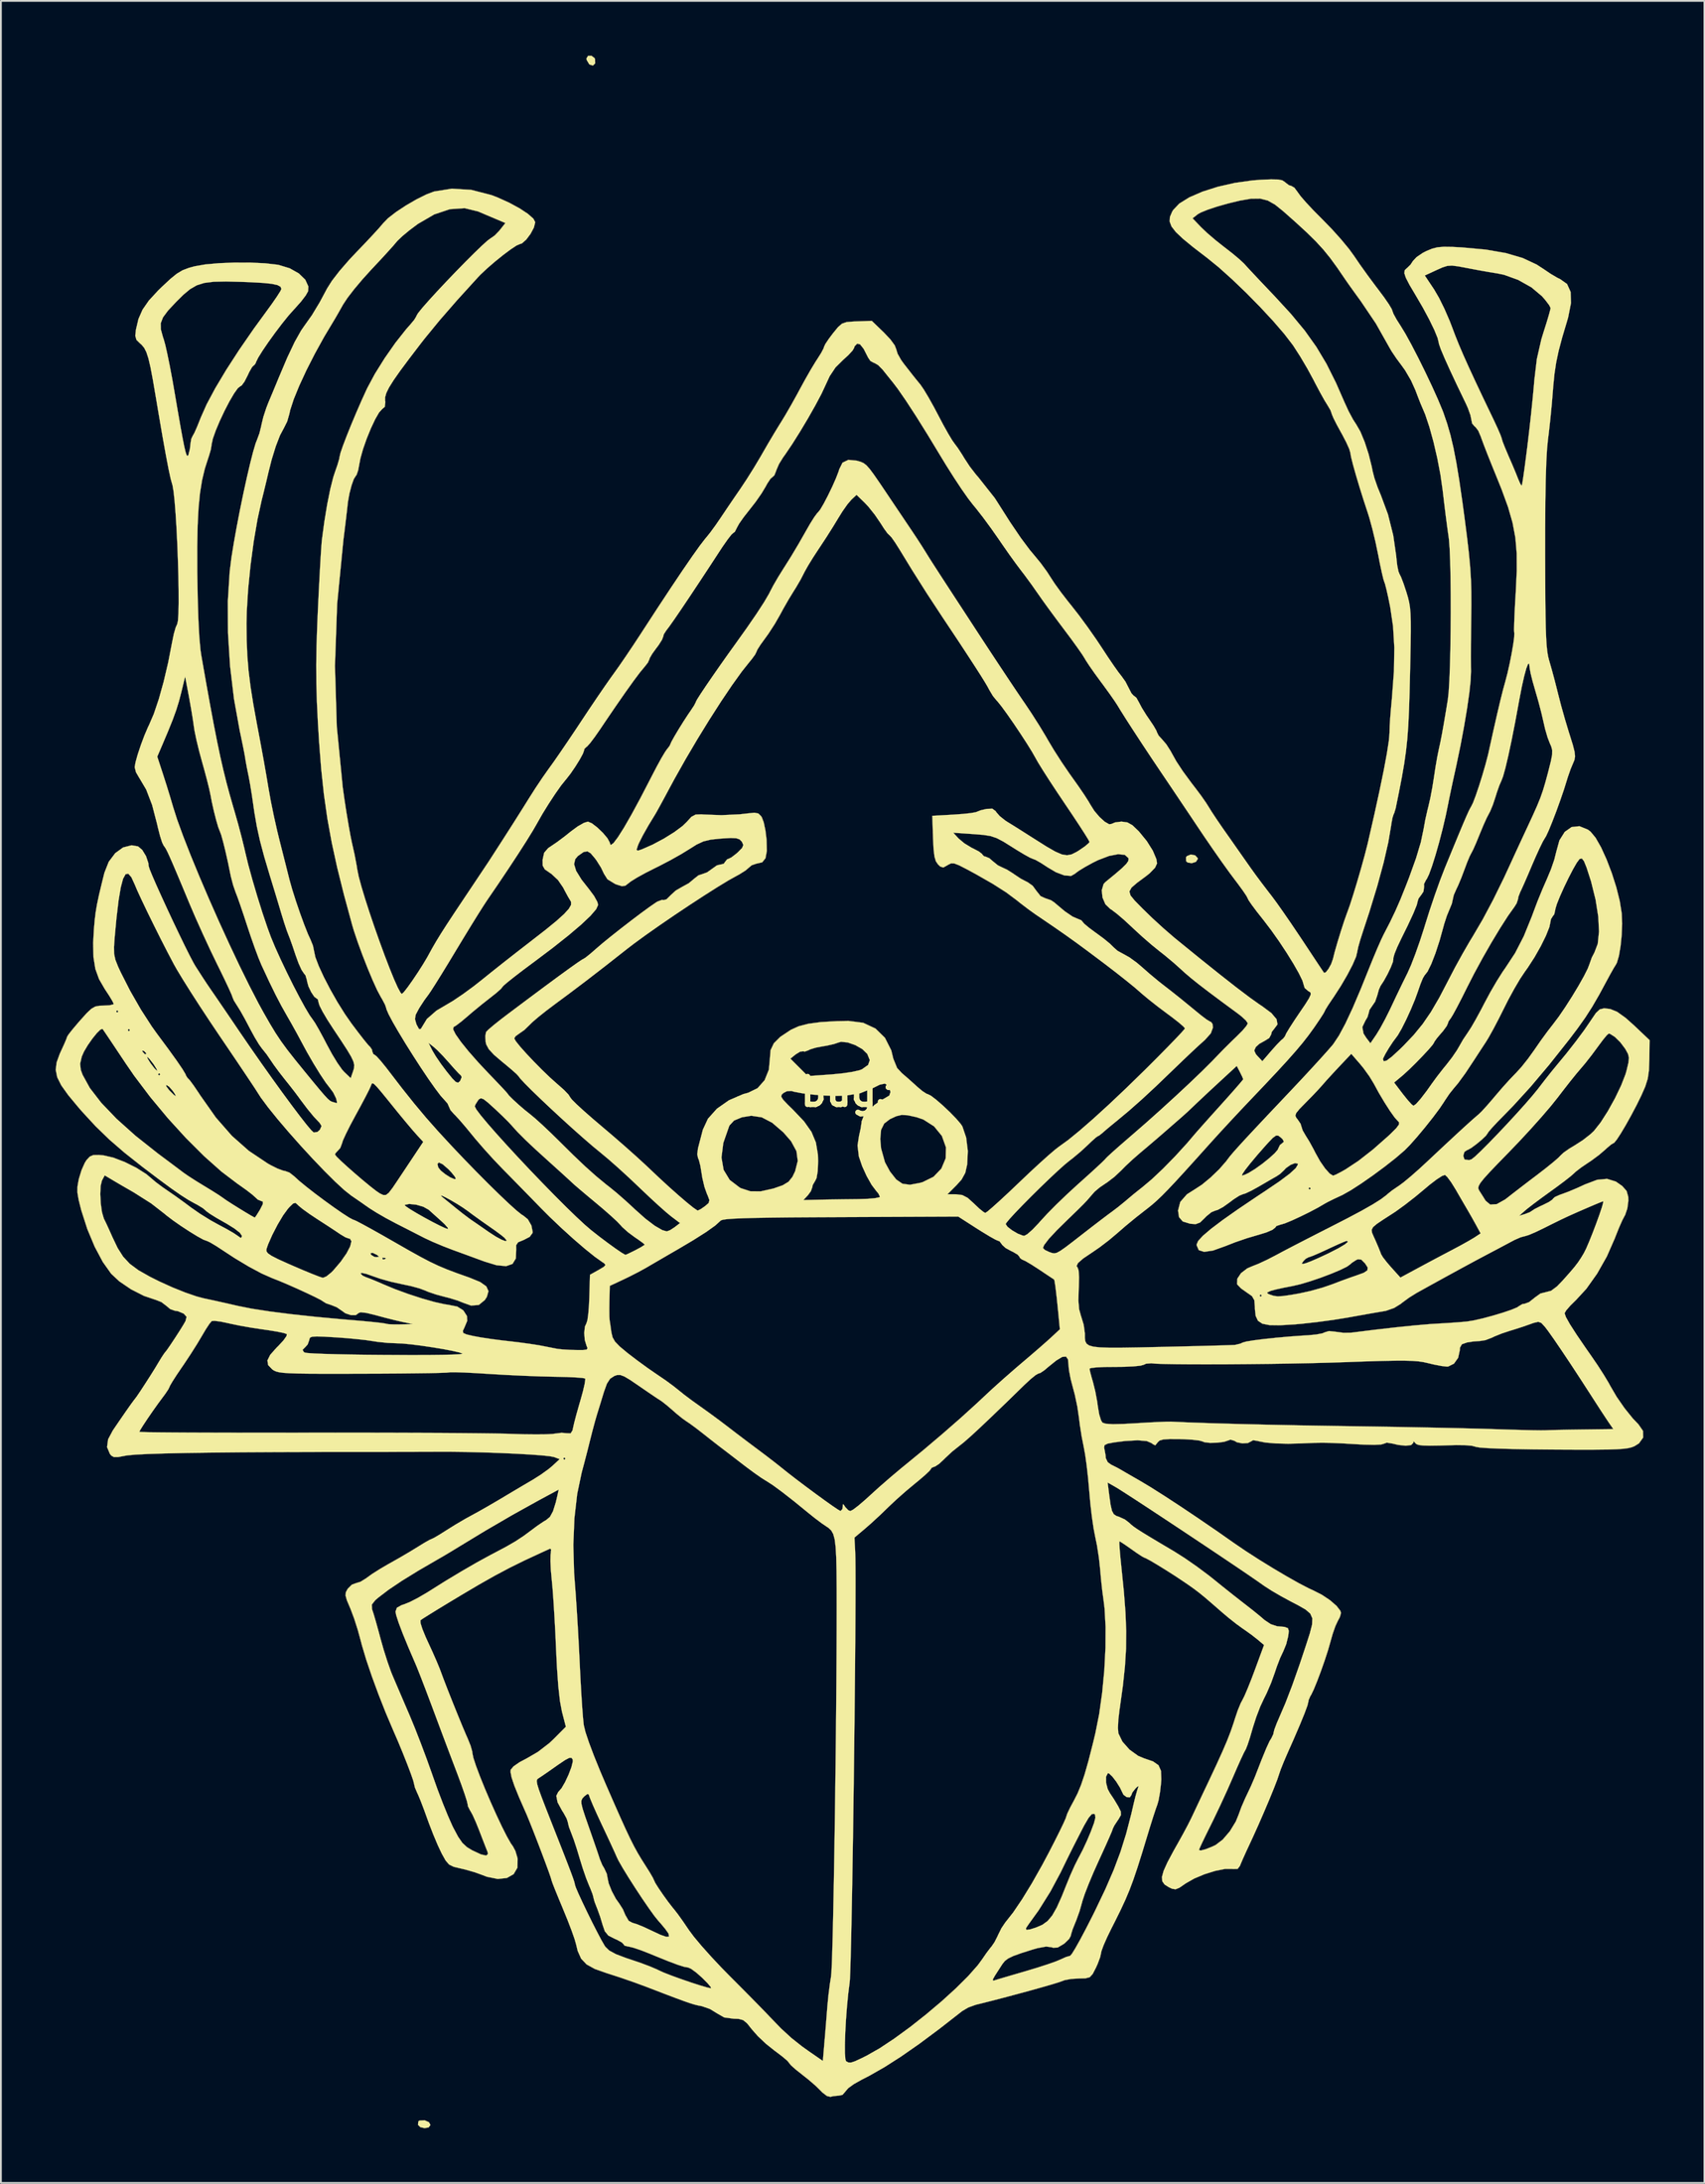
<source format=kicad_pcb>
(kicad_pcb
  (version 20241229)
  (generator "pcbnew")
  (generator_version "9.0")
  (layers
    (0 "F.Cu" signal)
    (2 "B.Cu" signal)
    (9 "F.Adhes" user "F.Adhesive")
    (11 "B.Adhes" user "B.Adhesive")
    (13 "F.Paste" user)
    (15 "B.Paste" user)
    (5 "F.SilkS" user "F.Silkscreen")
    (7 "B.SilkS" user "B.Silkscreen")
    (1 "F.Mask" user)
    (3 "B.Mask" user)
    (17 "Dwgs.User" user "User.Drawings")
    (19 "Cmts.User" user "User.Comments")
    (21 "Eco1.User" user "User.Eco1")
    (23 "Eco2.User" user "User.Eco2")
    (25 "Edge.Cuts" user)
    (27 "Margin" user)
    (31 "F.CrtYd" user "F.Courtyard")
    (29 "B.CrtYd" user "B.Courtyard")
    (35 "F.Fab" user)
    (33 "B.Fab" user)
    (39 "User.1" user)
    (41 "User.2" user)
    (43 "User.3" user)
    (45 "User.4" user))
  (footprint "bug3"
    (layer "F.Cu")
    (at 43.644 56.786)
    (property "Reference" "bug3" (at 0 0 0) (layer "F.SilkS") (effects (font (size 1.524 1.524) (thickness 0.3))))
    (attr through_hole)
    (fp_poly (pts (xy -23.185 56.471) (xy -23.103 56.622) (xy -23.202 56.757) (xy -23.425 56.796) (xy -23.659 56.74) (xy -23.784 56.616) (xy -23.766 56.428) (xy -23.702 56.381) (xy -23.421 56.366) (xy -23.185 56.471)) (stroke (width 0.01) (type solid)) (fill yes) (layer "F.SilkS"))
    (fp_poly (pts (xy -14.112 -56.656) (xy -14.083 -56.599) (xy -14.073 -56.364) (xy -14.199 -56.242) (xy -14.385 -56.302) (xy -14.398 -56.314) (xy -14.534 -56.54) (xy -14.551 -56.633) (xy -14.465 -56.776) (xy -14.281 -56.781) (xy -14.112 -56.656)) (stroke (width 0.01) (type solid)) (fill yes) (layer "F.SilkS"))
    (fp_poly (pts (xy 18.81 -12.959) (xy 18.949 -12.805) (xy 18.954 -12.762) (xy 18.851 -12.603) (xy 18.623 -12.53) (xy 18.394 -12.567) (xy 18.314 -12.64) (xy 18.307 -12.848) (xy 18.352 -12.915) (xy 18.571 -13.005) (xy 18.81 -12.959)) (stroke (width 0.01) (type solid)) (fill yes) (layer "F.SilkS"))
    (fp_poly (pts (xy 23.351 -49.999) (xy 23.584 -49.954) (xy 23.719 -49.867) (xy 23.735 -49.85) (xy 23.951 -49.684) (xy 24.072 -49.651) (xy 24.248 -49.549) (xy 24.431 -49.303) (xy 24.432 -49.3) (xy 24.594 -49.078) (xy 24.899 -48.727) (xy 25.304 -48.295) (xy 25.766 -47.829) (xy 25.794 -47.801) (xy 26.308 -47.273) (xy 26.81 -46.714) (xy 27.24 -46.194) (xy 27.511 -45.822) (xy 27.847 -45.33) (xy 28.268 -44.742) (xy 28.699 -44.162) (xy 28.833 -43.986) (xy 29.164 -43.544) (xy 29.425 -43.165) (xy 29.582 -42.902) (xy 29.612 -42.819) (xy 29.679 -42.635) (xy 29.855 -42.316) (xy 30.073 -41.974) (xy 30.333 -41.547) (xy 30.664 -40.944) (xy 31.037 -40.223) (xy 31.422 -39.444) (xy 31.792 -38.664) (xy 32.117 -37.943) (xy 32.369 -37.339) (xy 32.419 -37.207) (xy 32.62 -36.621) (xy 32.8 -35.998) (xy 32.965 -35.299) (xy 33.123 -34.487) (xy 33.282 -33.523) (xy 33.45 -32.368) (xy 33.574 -31.452) (xy 33.71 -30.391) (xy 33.811 -29.52) (xy 33.88 -28.776) (xy 33.924 -28.098) (xy 33.944 -27.423) (xy 33.947 -26.689) (xy 33.94 -26.102) (xy 33.93 -25.298) (xy 33.923 -24.523) (xy 33.921 -23.838) (xy 33.923 -23.303) (xy 33.927 -23.039) (xy 33.908 -22.554) (xy 33.835 -21.866) (xy 33.713 -21.015) (xy 33.551 -20.046) (xy 33.356 -19.002) (xy 33.132 -17.926) (xy 33.064 -17.614) (xy 32.931 -17.011) (xy 32.808 -16.432) (xy 32.712 -15.968) (xy 32.685 -15.827) (xy 32.541 -15.128) (xy 32.366 -14.386) (xy 32.174 -13.648) (xy 31.978 -12.96) (xy 31.791 -12.368) (xy 31.627 -11.918) (xy 31.5 -11.656) (xy 31.468 -11.62) (xy 31.352 -11.389) (xy 31.358 -11.246) (xy 31.324 -10.977) (xy 31.217 -10.814) (xy 31.056 -10.598) (xy 31.016 -10.48) (xy 30.953 -10.23) (xy 30.765 -9.769) (xy 30.458 -9.108) (xy 30.102 -8.388) (xy 29.885 -7.929) (xy 29.733 -7.554) (xy 29.669 -7.321) (xy 29.673 -7.28) (xy 29.65 -7.123) (xy 29.532 -6.821) (xy 29.354 -6.448) (xy 29.15 -6.079) (xy 28.972 -5.808) (xy 28.879 -5.6) (xy 28.79 -5.278) (xy 28.789 -5.274) (xy 28.673 -4.941) (xy 28.519 -4.716) (xy 28.358 -4.48) (xy 28.332 -4.356) (xy 28.255 -4.093) (xy 28.14 -3.9) (xy 27.972 -3.547) (xy 28.036 -3.195) (xy 28.187 -2.958) (xy 28.415 -2.661) (xy 28.748 -3.149) (xy 28.96 -3.499) (xy 29.226 -3.99) (xy 29.495 -4.529) (xy 29.556 -4.659) (xy 29.84 -5.261) (xy 30.149 -5.903) (xy 30.422 -6.456) (xy 30.449 -6.51) (xy 30.643 -6.947) (xy 30.878 -7.555) (xy 31.127 -8.261) (xy 31.363 -8.989) (xy 31.404 -9.126) (xy 31.653 -9.917) (xy 31.938 -10.764) (xy 32.225 -11.568) (xy 32.48 -12.229) (xy 32.489 -12.253) (xy 32.905 -13.265) (xy 33.235 -14.063) (xy 33.489 -14.67) (xy 33.678 -15.109) (xy 33.811 -15.402) (xy 33.899 -15.573) (xy 33.931 -15.624) (xy 34.038 -15.839) (xy 34.19 -16.24) (xy 34.368 -16.765) (xy 34.552 -17.353) (xy 34.723 -17.942) (xy 34.862 -18.472) (xy 34.9 -18.641) (xy 35.155 -19.793) (xy 35.366 -20.724) (xy 35.541 -21.463) (xy 35.686 -22.04) (xy 35.803 -22.464) (xy 35.924 -22.926) (xy 36.046 -23.465) (xy 36.155 -24.017) (xy 36.242 -24.522) (xy 36.295 -24.918) (xy 36.303 -25.144) (xy 36.296 -25.167) (xy 36.288 -25.317) (xy 36.295 -25.677) (xy 36.316 -26.205) (xy 36.349 -26.856) (xy 36.382 -27.397) (xy 36.436 -28.542) (xy 36.433 -29.508) (xy 36.36 -30.367) (xy 36.206 -31.189) (xy 35.959 -32.047) (xy 35.607 -33.012) (xy 35.357 -33.633) (xy 35.085 -34.302) (xy 34.835 -34.927) (xy 34.631 -35.452) (xy 34.495 -35.819) (xy 34.465 -35.907) (xy 34.324 -36.235) (xy 34.167 -36.441) (xy 34.13 -36.463) (xy 33.987 -36.631) (xy 33.952 -36.812) (xy 33.897 -37.084) (xy 33.757 -37.472) (xy 33.644 -37.724) (xy 33.17 -38.708) (xy 32.778 -39.544) (xy 32.476 -40.213) (xy 32.271 -40.699) (xy 32.173 -40.982) (xy 32.165 -41.031) (xy 32.099 -41.307) (xy 31.917 -41.754) (xy 31.639 -42.326) (xy 31.288 -42.98) (xy 30.889 -43.664) (xy 30.558 -44.223) (xy 30.358 -44.61) (xy 30.316 -44.737) (xy 31.395 -44.737) (xy 31.903 -43.976) (xy 32.173 -43.514) (xy 32.473 -42.907) (xy 32.756 -42.255) (xy 32.88 -41.934) (xy 33.064 -41.447) (xy 33.268 -40.939) (xy 33.509 -40.376) (xy 33.802 -39.723) (xy 34.161 -38.947) (xy 34.602 -38.013) (xy 35.142 -36.887) (xy 35.177 -36.814) (xy 35.382 -36.374) (xy 35.535 -36.022) (xy 35.608 -35.821) (xy 35.611 -35.803) (xy 35.659 -35.64) (xy 35.787 -35.314) (xy 35.966 -34.891) (xy 35.981 -34.855) (xy 36.194 -34.366) (xy 36.386 -33.907) (xy 36.509 -33.597) (xy 36.624 -33.332) (xy 36.704 -33.22) (xy 36.711 -33.223) (xy 36.741 -33.358) (xy 36.795 -33.704) (xy 36.868 -34.22) (xy 36.952 -34.862) (xy 37.024 -35.428) (xy 37.125 -36.28) (xy 37.224 -37.173) (xy 37.311 -38.021) (xy 37.378 -38.74) (xy 37.398 -38.993) (xy 37.538 -40.164) (xy 37.783 -41.236) (xy 37.897 -41.61) (xy 38.064 -42.137) (xy 38.196 -42.577) (xy 38.275 -42.872) (xy 38.291 -42.955) (xy 38.21 -43.116) (xy 38.003 -43.389) (xy 37.813 -43.607) (xy 37.24 -44.088) (xy 36.514 -44.496) (xy 35.737 -44.776) (xy 35.356 -44.854) (xy 34.946 -44.92) (xy 34.397 -45.017) (xy 33.818 -45.126) (xy 33.746 -45.14) (xy 33.232 -45.237) (xy 32.886 -45.28) (xy 32.625 -45.263) (xy 32.367 -45.181) (xy 32.053 -45.041) (xy 31.395 -44.737) (xy 30.316 -44.737) (xy 30.274 -44.865) (xy 30.296 -45.027) (xy 30.409 -45.137) (xy 30.423 -45.146) (xy 30.616 -45.335) (xy 30.744 -45.53) (xy 30.944 -45.745) (xy 31.287 -45.977) (xy 31.496 -46.084) (xy 31.802 -46.209) (xy 32.091 -46.282) (xy 32.435 -46.311) (xy 32.905 -46.304) (xy 33.427 -46.276) (xy 34.743 -46.156) (xy 35.843 -45.965) (xy 36.759 -45.696) (xy 37.522 -45.34) (xy 37.909 -45.089) (xy 38.298 -44.826) (xy 38.66 -44.613) (xy 38.816 -44.538) (xy 39.191 -44.272) (xy 39.388 -43.837) (xy 39.408 -43.229) (xy 39.252 -42.441) (xy 39.191 -42.23) (xy 38.926 -41.341) (xy 38.733 -40.615) (xy 38.597 -39.976) (xy 38.503 -39.349) (xy 38.434 -38.655) (xy 38.416 -38.419) (xy 38.354 -37.666) (xy 38.274 -36.849) (xy 38.19 -36.092) (xy 38.145 -35.739) (xy 38.094 -35.214) (xy 38.053 -34.476) (xy 38.023 -33.517) (xy 38.003 -32.328) (xy 37.993 -30.9) (xy 37.992 -29.421) (xy 37.996 -28.11) (xy 38.002 -27.028) (xy 38.012 -26.149) (xy 38.026 -25.447) (xy 38.046 -24.894) (xy 38.073 -24.466) (xy 38.108 -24.135) (xy 38.151 -23.875) (xy 38.204 -23.66) (xy 38.218 -23.613) (xy 38.353 -23.143) (xy 38.515 -22.542) (xy 38.671 -21.927) (xy 38.696 -21.826) (xy 38.864 -21.174) (xy 39.076 -20.421) (xy 39.29 -19.71) (xy 39.335 -19.57) (xy 39.508 -19.014) (xy 39.604 -18.638) (xy 39.631 -18.382) (xy 39.597 -18.186) (xy 39.535 -18.038) (xy 39.387 -17.685) (xy 39.232 -17.241) (xy 39.19 -17.104) (xy 39.026 -16.577) (xy 38.822 -15.98) (xy 38.601 -15.368) (xy 38.382 -14.799) (xy 38.189 -14.326) (xy 38.041 -14.007) (xy 37.983 -13.913) (xy 37.868 -13.72) (xy 37.686 -13.349) (xy 37.463 -12.858) (xy 37.284 -12.445) (xy 37.052 -11.899) (xy 36.846 -11.425) (xy 36.691 -11.082) (xy 36.626 -10.947) (xy 36.522 -10.677) (xy 36.505 -10.558) (xy 36.431 -10.333) (xy 36.311 -10.141) (xy 35.955 -9.641) (xy 35.523 -8.967) (xy 35.046 -8.177) (xy 34.56 -7.328) (xy 34.098 -6.476) (xy 33.724 -5.744) (xy 33.422 -5.139) (xy 33.154 -4.622) (xy 32.942 -4.232) (xy 32.807 -4.012) (xy 32.776 -3.978) (xy 32.68 -3.831) (xy 32.675 -3.783) (xy 32.595 -3.602) (xy 32.393 -3.327) (xy 32.292 -3.212) (xy 32.06 -2.939) (xy 31.922 -2.745) (xy 31.907 -2.704) (xy 31.82 -2.569) (xy 31.595 -2.306) (xy 31.276 -1.963) (xy 30.91 -1.587) (xy 30.543 -1.226) (xy 30.22 -0.929) (xy 30.138 -0.86) (xy 29.715 -0.507) (xy 30.2 0.13) (xy 30.466 0.461) (xy 30.677 0.691) (xy 30.776 0.766) (xy 30.919 0.664) (xy 31.169 0.382) (xy 31.496 -0.044) (xy 31.782 -0.448) (xy 32.054 -0.821) (xy 32.395 -1.259) (xy 32.581 -1.487) (xy 32.889 -1.884) (xy 33.156 -2.276) (xy 33.267 -2.467) (xy 33.495 -2.865) (xy 33.757 -3.254) (xy 33.757 -3.255) (xy 33.937 -3.531) (xy 34.189 -3.968) (xy 34.476 -4.495) (xy 34.66 -4.85) (xy 34.983 -5.453) (xy 35.336 -6.06) (xy 35.663 -6.578) (xy 35.803 -6.778) (xy 36.345 -7.602) (xy 36.821 -8.527) (xy 37.267 -9.623) (xy 37.342 -9.828) (xy 37.578 -10.454) (xy 37.859 -11.139) (xy 38.096 -11.679) (xy 38.314 -12.202) (xy 38.493 -12.722) (xy 38.595 -13.128) (xy 38.596 -13.135) (xy 38.775 -13.782) (xy 39.066 -14.245) (xy 39.441 -14.509) (xy 39.871 -14.556) (xy 40.329 -14.371) (xy 40.478 -14.259) (xy 40.754 -13.926) (xy 41.055 -13.399) (xy 41.359 -12.731) (xy 41.646 -11.98) (xy 41.894 -11.201) (xy 42.081 -10.449) (xy 42.187 -9.781) (xy 42.188 -9.774) (xy 42.21 -9.214) (xy 42.186 -8.594) (xy 42.125 -7.984) (xy 42.035 -7.453) (xy 41.923 -7.072) (xy 41.86 -6.956) (xy 41.751 -6.781) (xy 41.568 -6.457) (xy 41.389 -6.127) (xy 40.951 -5.316) (xy 40.569 -4.657) (xy 40.194 -4.072) (xy 39.775 -3.481) (xy 39.313 -2.87) (xy 38.209 -1.477) (xy 37.195 -0.275) (xy 36.241 0.77) (xy 35.775 1.248) (xy 35.387 1.643) (xy 35.079 1.973) (xy 34.887 2.197) (xy 34.843 2.269) (xy 34.748 2.404) (xy 34.518 2.624) (xy 34.225 2.867) (xy 33.943 3.075) (xy 33.746 3.186) (xy 33.719 3.191) (xy 33.566 3.293) (xy 33.503 3.506) (xy 33.564 3.694) (xy 33.59 3.714) (xy 33.824 3.743) (xy 33.96 3.697) (xy 34.146 3.55) (xy 34.467 3.247) (xy 34.888 2.826) (xy 35.374 2.323) (xy 35.892 1.775) (xy 36.407 1.217) (xy 36.884 0.687) (xy 37.289 0.22) (xy 37.589 -0.146) (xy 37.621 -0.188) (xy 37.981 -0.656) (xy 38.352 -1.124) (xy 38.635 -1.468) (xy 39.155 -2.098) (xy 39.673 -2.76) (xy 40.134 -3.381) (xy 40.483 -3.891) (xy 40.508 -3.929) (xy 40.771 -4.315) (xy 40.986 -4.517) (xy 41.227 -4.577) (xy 41.561 -4.537) (xy 41.93 -4.388) (xy 42.399 -4.054) (xy 42.861 -3.642) (xy 43.716 -2.831) (xy 43.702 -1.766) (xy 43.68 -1.172) (xy 43.614 -0.718) (xy 43.479 -0.289) (xy 43.268 0.191) (xy 43.002 0.733) (xy 42.706 1.293) (xy 42.409 1.826) (xy 42.136 2.285) (xy 41.915 2.623) (xy 41.773 2.796) (xy 41.747 2.808) (xy 41.608 2.889) (xy 41.368 3.091) (xy 41.283 3.171) (xy 40.943 3.462) (xy 40.517 3.777) (xy 40.334 3.898) (xy 39.966 4.148) (xy 39.668 4.378) (xy 39.568 4.472) (xy 39.386 4.632) (xy 39.049 4.897) (xy 38.612 5.223) (xy 38.291 5.455) (xy 37.799 5.812) (xy 37.353 6.144) (xy 37.015 6.406) (xy 36.887 6.513) (xy 36.568 6.796) (xy 36.887 6.699) (xy 37.151 6.598) (xy 37.27 6.521) (xy 37.417 6.424) (xy 37.713 6.274) (xy 37.877 6.199) (xy 38.198 6.039) (xy 38.393 5.904) (xy 38.419 5.862) (xy 38.528 5.764) (xy 38.8 5.643) (xy 38.898 5.61) (xy 39.269 5.472) (xy 39.754 5.268) (xy 40.175 5.075) (xy 40.837 4.824) (xy 41.385 4.771) (xy 41.868 4.92) (xy 42.214 5.162) (xy 42.456 5.434) (xy 42.546 5.756) (xy 42.55 5.984) (xy 42.495 6.396) (xy 42.377 6.746) (xy 42.349 6.794) (xy 42.215 7.052) (xy 42.032 7.467) (xy 41.836 7.959) (xy 41.805 8.041) (xy 41.373 9.024) (xy 40.839 9.967) (xy 40.249 10.797) (xy 39.692 11.402) (xy 39.371 11.719) (xy 39.142 11.983) (xy 39.057 12.135) (xy 39.129 12.345) (xy 39.346 12.733) (xy 39.713 13.304) (xy 40.233 14.066) (xy 40.504 14.453) (xy 40.866 14.982) (xy 41.207 15.512) (xy 41.476 15.96) (xy 41.562 16.119) (xy 41.91 16.715) (xy 42.345 17.342) (xy 42.798 17.904) (xy 43.103 18.222) (xy 43.355 18.585) (xy 43.363 18.947) (xy 43.133 19.268) (xy 42.886 19.422) (xy 42.735 19.482) (xy 42.541 19.529) (xy 42.277 19.565) (xy 41.913 19.59) (xy 41.42 19.606) (xy 40.77 19.614) (xy 39.934 19.616) (xy 38.883 19.611) (xy 38.4 19.608) (xy 37.287 19.597) (xy 36.307 19.579) (xy 35.485 19.556) (xy 34.844 19.528) (xy 34.407 19.496) (xy 34.198 19.461) (xy 34.188 19.456) (xy 33.985 19.401) (xy 33.602 19.367) (xy 33.113 19.361) (xy 32.994 19.364) (xy 32.224 19.387) (xy 31.67 19.395) (xy 31.295 19.385) (xy 31.06 19.356) (xy 30.927 19.304) (xy 30.866 19.241) (xy 30.78 19.147) (xy 30.763 19.241) (xy 30.649 19.359) (xy 30.354 19.396) (xy 29.937 19.352) (xy 29.645 19.283) (xy 29.314 19.228) (xy 29.159 19.284) (xy 29.001 19.33) (xy 28.629 19.348) (xy 28.079 19.337) (xy 27.657 19.315) (xy 26.885 19.269) (xy 26.287 19.243) (xy 25.783 19.234) (xy 25.292 19.242) (xy 24.733 19.265) (xy 24.634 19.27) (xy 23.908 19.288) (xy 23.229 19.271) (xy 22.665 19.223) (xy 22.28 19.148) (xy 22.247 19.136) (xy 21.987 19.095) (xy 21.887 19.151) (xy 21.701 19.249) (xy 21.397 19.267) (xy 21.1 19.209) (xy 20.969 19.131) (xy 20.747 19.062) (xy 20.657 19.096) (xy 20.398 19.182) (xy 20.017 19.232) (xy 19.621 19.241) (xy 19.314 19.204) (xy 19.226 19.166) (xy 19.039 19.113) (xy 18.666 19.068) (xy 18.174 19.038) (xy 17.973 19.033) (xy 17.419 19.03) (xy 17.067 19.053) (xy 16.862 19.111) (xy 16.753 19.212) (xy 16.743 19.229) (xy 16.622 19.375) (xy 16.478 19.303) (xy 16.435 19.261) (xy 16.158 19.141) (xy 15.662 19.099) (xy 14.973 19.137) (xy 14.381 19.212) (xy 14.014 19.281) (xy 13.845 19.364) (xy 13.819 19.5) (xy 13.836 19.577) (xy 13.898 19.908) (xy 13.911 20.074) (xy 14.017 20.297) (xy 14.2 20.431) (xy 14.545 20.604) (xy 14.742 20.715) (xy 14.983 20.856) (xy 15.36 21.074) (xy 15.763 21.305) (xy 16.356 21.659) (xy 17.114 22.139) (xy 17.999 22.717) (xy 18.969 23.367) (xy 19.985 24.062) (xy 20.967 24.75) (xy 21.595 25.177) (xy 22.315 25.641) (xy 23.073 26.108) (xy 23.815 26.547) (xy 24.486 26.926) (xy 25.033 27.211) (xy 25.274 27.321) (xy 25.755 27.566) (xy 26.202 27.865) (xy 26.559 28.174) (xy 26.769 28.447) (xy 26.803 28.564) (xy 26.739 28.79) (xy 26.622 29.01) (xy 26.496 29.28) (xy 26.348 29.702) (xy 26.228 30.123) (xy 26.093 30.596) (xy 25.911 31.156) (xy 25.706 31.74) (xy 25.499 32.29) (xy 25.313 32.745) (xy 25.17 33.045) (xy 25.123 33.116) (xy 25.023 33.349) (xy 25.017 33.413) (xy 24.963 33.634) (xy 24.804 34.067) (xy 24.548 34.694) (xy 24.203 35.496) (xy 23.869 36.249) (xy 23.668 36.715) (xy 23.502 37.13) (xy 23.41 37.398) (xy 23.307 37.704) (xy 23.119 38.188) (xy 22.87 38.797) (xy 22.581 39.478) (xy 22.276 40.178) (xy 21.976 40.843) (xy 21.827 41.163) (xy 21.599 41.653) (xy 21.409 42.076) (xy 21.287 42.364) (xy 21.265 42.422) (xy 21.137 42.59) (xy 20.874 42.597) (xy 20.835 42.59) (xy 20.445 42.591) (xy 19.915 42.696) (xy 19.327 42.879) (xy 18.761 43.116) (xy 18.298 43.379) (xy 18.27 43.399) (xy 17.947 43.621) (xy 17.735 43.707) (xy 17.543 43.676) (xy 17.357 43.587) (xy 17.134 43.444) (xy 17.009 43.27) (xy 16.989 43.031) (xy 17.08 42.696) (xy 17.29 42.23) (xy 17.626 41.601) (xy 17.873 41.163) (xy 18.153 40.659) (xy 18.416 40.166) (xy 18.607 39.785) (xy 18.619 39.759) (xy 18.768 39.443) (xy 18.994 38.963) (xy 19.268 38.383) (xy 19.554 37.781) (xy 19.979 36.874) (xy 20.309 36.147) (xy 20.563 35.554) (xy 20.76 35.046) (xy 20.921 34.577) (xy 20.997 34.335) (xy 21.148 33.89) (xy 21.307 33.506) (xy 21.393 33.345) (xy 21.511 33.111) (xy 21.688 32.698) (xy 21.899 32.169) (xy 22.081 31.687) (xy 22.585 30.318) (xy 22.237 30.024) (xy 21.897 29.757) (xy 21.498 29.472) (xy 21.42 29.42) (xy 21.072 29.168) (xy 20.638 28.825) (xy 20.271 28.515) (xy 19.744 28.055) (xy 19.355 27.721) (xy 19.051 27.472) (xy 18.78 27.265) (xy 18.489 27.057) (xy 18.188 26.851) (xy 17.718 26.538) (xy 17.223 26.222) (xy 16.754 25.932) (xy 16.362 25.7) (xy 16.097 25.558) (xy 16.017 25.528) (xy 15.889 25.459) (xy 15.618 25.281) (xy 15.334 25.081) (xy 14.996 24.844) (xy 14.751 24.682) (xy 14.661 24.634) (xy 14.654 24.753) (xy 14.673 25.074) (xy 14.715 25.548) (xy 14.768 26.07) (xy 14.903 27.399) (xy 14.991 28.541) (xy 15.03 29.561) (xy 15.021 30.523) (xy 14.961 31.491) (xy 14.851 32.53) (xy 14.689 33.703) (xy 14.658 33.911) (xy 14.599 34.415) (xy 14.578 34.86) (xy 14.6 35.151) (xy 14.6 35.153) (xy 14.822 35.612) (xy 15.211 36.052) (xy 15.686 36.394) (xy 15.999 36.525) (xy 16.501 36.698) (xy 16.8 36.907) (xy 16.936 37.214) (xy 16.953 37.682) (xy 16.937 37.913) (xy 16.881 38.401) (xy 16.804 38.827) (xy 16.738 39.062) (xy 16.648 39.312) (xy 16.507 39.741) (xy 16.337 40.281) (xy 16.204 40.717) (xy 15.902 41.71) (xy 15.649 42.511) (xy 15.425 43.173) (xy 15.21 43.748) (xy 14.982 44.289) (xy 14.721 44.85) (xy 14.408 45.483) (xy 14.223 45.846) (xy 13.979 46.347) (xy 13.788 46.782) (xy 13.676 47.089) (xy 13.657 47.182) (xy 13.604 47.425) (xy 13.468 47.79) (xy 13.372 48.002) (xy 13.193 48.349) (xy 13.032 48.524) (xy 12.796 48.586) (xy 12.44 48.594) (xy 12.011 48.619) (xy 11.657 48.685) (xy 11.545 48.727) (xy 11.352 48.797) (xy 10.956 48.919) (xy 10.402 49.078) (xy 9.734 49.265) (xy 8.996 49.465) (xy 8.234 49.668) (xy 7.491 49.86) (xy 6.813 50.029) (xy 6.775 50.039) (xy 6.379 50.182) (xy 6.046 50.377) (xy 4.785 51.361) (xy 3.675 52.187) (xy 2.687 52.875) (xy 1.79 53.448) (xy 0.954 53.925) (xy 0.524 54.146) (xy 0.11 54.378) (xy -0.203 54.604) (xy -0.351 54.776) (xy -0.352 54.782) (xy -0.519 54.972) (xy -0.706 55.012) (xy -1.02 55.041) (xy -1.177 55.08) (xy -1.368 55.036) (xy -1.622 54.843) (xy -1.69 54.771) (xy -1.971 54.494) (xy -2.368 54.15) (xy -2.736 53.858) (xy -3.089 53.578) (xy -3.343 53.351) (xy -3.446 53.224) (xy -3.446 53.221) (xy -3.543 53.104) (xy -3.799 52.885) (xy -4.163 52.607) (xy -4.244 52.549) (xy -4.713 52.175) (xy -5.161 51.752) (xy -5.48 51.389) (xy -5.749 51.052) (xy -5.964 50.876) (xy -6.215 50.809) (xy -6.483 50.8) (xy -6.997 50.732) (xy -7.401 50.502) (xy -7.407 50.497) (xy -7.788 50.265) (xy -8.225 50.113) (xy -8.255 50.107) (xy -8.447 50.07) (xy -8.649 50.019) (xy -8.897 49.943) (xy -9.229 49.827) (xy -9.681 49.66) (xy -10.292 49.428) (xy -11.099 49.118) (xy -11.232 49.066) (xy -11.906 48.817) (xy -12.671 48.552) (xy -13.371 48.324) (xy -13.433 48.305) (xy -14.093 48.072) (xy -14.547 47.821) (xy -14.845 47.506) (xy -15.033 47.083) (xy -15.122 46.716) (xy -15.206 46.425) (xy -15.368 45.964) (xy -15.586 45.396) (xy -15.837 44.783) (xy -15.838 44.78) (xy -16.075 44.211) (xy -16.272 43.728) (xy -16.408 43.381) (xy -16.465 43.215) (xy -16.465 43.21) (xy -16.509 43.059) (xy -16.627 42.722) (xy -16.801 42.25) (xy -17.01 41.692) (xy -17.236 41.102) (xy -17.459 40.528) (xy -17.66 40.022) (xy -17.818 39.636) (xy -17.876 39.504) (xy -18.245 38.666) (xy -18.502 38.03) (xy -18.585 37.782) (xy -17.276 37.782) (xy -17.248 37.954) (xy -17.163 38.234) (xy -17.009 38.658) (xy -16.778 39.258) (xy -16.531 39.887) (xy -16.132 40.899) (xy -15.818 41.699) (xy -15.58 42.312) (xy -15.408 42.763) (xy -15.292 43.078) (xy -15.224 43.281) (xy -15.193 43.398) (xy -15.189 43.436) (xy -15.134 43.607) (xy -14.986 43.953) (xy -14.77 44.421) (xy -14.512 44.96) (xy -14.237 45.518) (xy -13.969 46.043) (xy -13.736 46.485) (xy -13.56 46.79) (xy -13.518 46.854) (xy -13.302 47.063) (xy -12.932 47.263) (xy -12.365 47.477) (xy -12.164 47.543) (xy -11.603 47.733) (xy -11.083 47.928) (xy -10.688 48.096) (xy -10.594 48.143) (xy -10.315 48.27) (xy -9.879 48.44) (xy -9.354 48.63) (xy -8.807 48.818) (xy -8.306 48.979) (xy -7.917 49.092) (xy -7.724 49.131) (xy -7.743 49.057) (xy -7.913 48.855) (xy -8.198 48.567) (xy -8.198 48.566) (xy -8.534 48.269) (xy -8.819 48.062) (xy -8.978 47.992) (xy -9.186 47.957) (xy -9.541 47.846) (xy -10.066 47.649) (xy -10.789 47.357) (xy -11.086 47.234) (xy -11.562 47.048) (xy -11.971 46.91) (xy -12.237 46.845) (xy -12.266 46.843) (xy -12.467 46.793) (xy -12.509 46.729) (xy -12.616 46.617) (xy -12.885 46.469) (xy -13.013 46.414) (xy -13.355 46.239) (xy -13.547 46.004) (xy -13.663 45.666) (xy -13.801 45.209) (xy -13.958 44.774) (xy -13.988 44.701) (xy -14.109 44.387) (xy -14.167 44.172) (xy -14.168 44.157) (xy -14.217 43.974) (xy -14.341 43.655) (xy -14.412 43.491) (xy -14.571 43.092) (xy -14.755 42.559) (xy -14.926 42.006) (xy -14.929 41.993) (xy -15.088 41.467) (xy -15.249 40.981) (xy -15.38 40.634) (xy -15.387 40.617) (xy -15.512 40.289) (xy -15.571 40.045) (xy -15.572 40.028) (xy -15.639 39.825) (xy -15.809 39.515) (xy -15.891 39.389) (xy -16.134 38.94) (xy -16.153 38.846) (xy -14.83 38.846) (xy -14.827 39.019) (xy -14.761 39.292) (xy -14.625 39.712) (xy -14.411 40.326) (xy -14.408 40.334) (xy -14.201 40.927) (xy -14.02 41.45) (xy -13.886 41.847) (xy -13.818 42.057) (xy -13.685 42.375) (xy -13.574 42.564) (xy -13.435 42.865) (xy -13.402 43.055) (xy -13.335 43.38) (xy -13.165 43.806) (xy -12.94 44.228) (xy -12.759 44.482) (xy -12.558 44.797) (xy -12.419 45.12) (xy -12.237 45.434) (xy -12.034 45.542) (xy -11.785 45.618) (xy -11.4 45.776) (xy -11.023 45.953) (xy -10.497 46.199) (xy -10.171 46.313) (xy -10.026 46.297) (xy -10.048 46.153) (xy -10.07 46.109) (xy -10.23 45.882) (xy -10.489 45.571) (xy -10.608 45.439) (xy -10.827 45.168) (xy -11.135 44.74) (xy -11.499 44.209) (xy -11.881 43.629) (xy -12.249 43.054) (xy -12.565 42.538) (xy -12.796 42.134) (xy -12.892 41.935) (xy -12.984 41.724) (xy -13.162 41.336) (xy -13.4 40.823) (xy -13.674 40.24) (xy -13.709 40.167) (xy -13.976 39.592) (xy -14.198 39.094) (xy -14.353 38.722) (xy -14.422 38.524) (xy -14.423 38.511) (xy -14.497 38.48) (xy -14.673 38.613) (xy -14.674 38.614) (xy -14.776 38.727) (xy -14.83 38.846) (xy -16.153 38.846) (xy -16.204 38.585) (xy -16.093 38.362) (xy -16.08 38.354) (xy -15.917 38.167) (xy -15.721 37.829) (xy -15.53 37.419) (xy -15.378 37.018) (xy -15.3 36.707) (xy -15.304 36.597) (xy -15.369 36.501) (xy -15.493 36.503) (xy -15.719 36.621) (xy -16.093 36.872) (xy -16.213 36.957) (xy -16.624 37.246) (xy -16.967 37.482) (xy -17.177 37.621) (xy -17.198 37.634) (xy -17.256 37.687) (xy -17.276 37.782) (xy -18.585 37.782) (xy -18.655 37.574) (xy -18.713 37.275) (xy -18.701 37.15) (xy -18.548 36.969) (xy -18.221 36.742) (xy -17.832 36.536) (xy -17.21 36.175) (xy -16.592 35.699) (xy -16.36 35.482) (xy -15.68 34.798) (xy -15.897 33.96) (xy -16.003 33.393) (xy -16.095 32.575) (xy -16.17 31.511) (xy -16.219 30.506) (xy -16.258 29.622) (xy -16.306 28.741) (xy -16.357 27.925) (xy -16.407 27.238) (xy -16.453 26.743) (xy -16.504 26.193) (xy -16.526 25.708) (xy -16.518 25.368) (xy -16.506 25.291) (xy -16.487 25.081) (xy -16.543 25.036) (xy -16.731 25.122) (xy -17.028 25.257) (xy -17.04 25.263) (xy -17.941 25.681) (xy -18.757 26.084) (xy -19.562 26.511) (xy -20.429 27.001) (xy -21.433 27.595) (xy -21.443 27.601) (xy -22.104 27.999) (xy -22.691 28.356) (xy -23.168 28.651) (xy -23.5 28.86) (xy -23.65 28.962) (xy -23.652 28.964) (xy -23.646 29.116) (xy -23.544 29.439) (xy -23.365 29.878) (xy -23.247 30.136) (xy -22.996 30.681) (xy -22.766 31.203) (xy -22.596 31.614) (xy -22.557 31.718) (xy -22.388 32.172) (xy -22.157 32.77) (xy -21.889 33.446) (xy -21.613 34.13) (xy -21.357 34.754) (xy -21.147 35.249) (xy -21.056 35.455) (xy -20.904 35.833) (xy -20.815 36.146) (xy -20.805 36.231) (xy -20.752 36.497) (xy -20.605 36.945) (xy -20.386 37.527) (xy -20.115 38.196) (xy -19.812 38.905) (xy -19.498 39.606) (xy -19.194 40.252) (xy -18.92 40.796) (xy -18.696 41.191) (xy -18.582 41.351) (xy -18.448 41.602) (xy -18.338 41.969) (xy -18.324 42.039) (xy -18.336 42.522) (xy -18.543 42.876) (xy -18.914 43.087) (xy -19.414 43.14) (xy -20.011 43.019) (xy -20.247 42.928) (xy -20.672 42.774) (xy -21.19 42.625) (xy -21.437 42.568) (xy -21.832 42.472) (xy -22.081 42.349) (xy -22.27 42.131) (xy -22.481 41.753) (xy -22.493 41.729) (xy -22.704 41.281) (xy -22.95 40.696) (xy -23.189 40.078) (xy -23.258 39.887) (xy -23.454 39.346) (xy -23.638 38.864) (xy -23.783 38.516) (xy -23.829 38.419) (xy -23.952 38.132) (xy -23.995 37.95) (xy -24.043 37.755) (xy -24.174 37.376) (xy -24.369 36.861) (xy -24.607 36.261) (xy -24.87 35.624) (xy -25.14 35.001) (xy -25.152 34.973) (xy -25.552 34.032) (xy -25.946 33.032) (xy -26.311 32.04) (xy -26.622 31.122) (xy -26.854 30.344) (xy -26.914 30.115) (xy -27.082 29.499) (xy -27.283 28.869) (xy -27.478 28.349) (xy -27.507 28.281) (xy -27.582 28.104) (xy -26.317 28.104) (xy -26.303 28.357) (xy -26.294 28.381) (xy -26.216 28.618) (xy -26.094 29.034) (xy -25.947 29.563) (xy -25.849 29.931) (xy -25.667 30.575) (xy -25.461 31.225) (xy -25.266 31.777) (xy -25.187 31.973) (xy -25.002 32.406) (xy -24.751 32.991) (xy -24.47 33.646) (xy -24.236 34.19) (xy -23.954 34.874) (xy -23.631 35.702) (xy -23.303 36.577) (xy -23.009 37.399) (xy -22.974 37.501) (xy -22.709 38.245) (xy -22.423 38.994) (xy -22.147 39.672) (xy -21.912 40.204) (xy -21.858 40.316) (xy -21.586 40.826) (xy -21.352 41.164) (xy -21.101 41.396) (xy -20.817 41.568) (xy -20.334 41.794) (xy -20.043 41.859) (xy -19.947 41.763) (xy -19.978 41.642) (xy -20.067 41.42) (xy -20.217 41.035) (xy -20.399 40.563) (xy -20.433 40.473) (xy -20.621 40.009) (xy -20.79 39.633) (xy -20.911 39.414) (xy -20.927 39.395) (xy -21.049 39.153) (xy -21.061 39.064) (xy -21.104 38.874) (xy -21.224 38.499) (xy -21.401 37.991) (xy -21.619 37.403) (xy -21.645 37.334) (xy -21.909 36.64) (xy -22.18 35.924) (xy -22.423 35.278) (xy -22.585 34.845) (xy -23.01 33.707) (xy -23.364 32.768) (xy -23.644 32.04) (xy -23.845 31.534) (xy -23.929 31.335) (xy -24.306 30.459) (xy -24.615 29.707) (xy -24.843 29.105) (xy -24.98 28.683) (xy -25.017 28.487) (xy -24.941 28.276) (xy -24.678 28.13) (xy -24.555 28.092) (xy -24.236 27.964) (xy -23.787 27.733) (xy -23.288 27.442) (xy -23.119 27.336) (xy -22.293 26.816) (xy -21.407 26.283) (xy -20.545 25.785) (xy -19.792 25.373) (xy -19.656 25.303) (xy -18.971 24.94) (xy -18.782 24.832) (xy -15.272 24.832) (xy -15.231 26.329) (xy -15.198 26.788) (xy -15.141 27.531) (xy -15.08 28.448) (xy -15.019 29.457) (xy -14.963 30.477) (xy -14.921 31.335) (xy -14.879 32.188) (xy -14.833 32.999) (xy -14.786 33.719) (xy -14.742 34.295) (xy -14.703 34.676) (xy -14.697 34.718) (xy -14.606 35.09) (xy -14.416 35.658) (xy -14.143 36.384) (xy -13.798 37.234) (xy -13.483 37.972) (xy -13.044 38.977) (xy -12.687 39.783) (xy -12.396 40.424) (xy -12.153 40.937) (xy -11.941 41.356) (xy -11.742 41.718) (xy -11.54 42.056) (xy -11.321 42.402) (xy -11.083 42.779) (xy -10.914 43.07) (xy -10.849 43.21) (xy -10.849 43.21) (xy -10.779 43.36) (xy -10.598 43.648) (xy -10.349 44.012) (xy -10.078 44.388) (xy -9.827 44.712) (xy -9.752 44.801) (xy -9.546 45.065) (xy -9.261 45.463) (xy -8.956 45.911) (xy -8.93 45.95) (xy -8.656 46.317) (xy -8.24 46.813) (xy -7.726 47.388) (xy -7.158 47.995) (xy -6.712 48.449) (xy -6.138 49.025) (xy -5.586 49.582) (xy -5.1 50.078) (xy -4.719 50.469) (xy -4.516 50.683) (xy -3.886 51.334) (xy -3.322 51.853) (xy -2.742 52.313) (xy -2.361 52.585) (xy -1.595 53.114) (xy -1.516 52.182) (xy -0.386 52.182) (xy -0.385 52.682) (xy -0.361 53.014) (xy -0.324 53.127) (xy -0.198 53.197) (xy -0.054 53.202) (xy 0.169 53.129) (xy 0.529 52.962) (xy 0.801 52.826) (xy 1.51 52.424) (xy 2.316 51.89) (xy 3.18 51.26) (xy 4.059 50.566) (xy 4.913 49.845) (xy 5.698 49.131) (xy 6.173 48.659) (xy 7.713 48.659) (xy 7.749 48.715) (xy 7.802 48.701) (xy 7.987 48.643) (xy 8.363 48.531) (xy 8.878 48.38) (xy 9.476 48.206) (xy 9.513 48.195) (xy 10.141 48.006) (xy 10.711 47.822) (xy 11.162 47.664) (xy 11.428 47.553) (xy 11.732 47.416) (xy 11.948 47.355) (xy 11.955 47.355) (xy 12.053 47.245) (xy 12.242 46.938) (xy 12.506 46.468) (xy 12.824 45.868) (xy 13.179 45.172) (xy 13.316 44.897) (xy 13.886 43.704) (xy 14.343 42.65) (xy 14.715 41.659) (xy 15.029 40.657) (xy 15.312 39.567) (xy 15.435 39.036) (xy 15.534 38.63) (xy 15.629 38.296) (xy 15.656 38.217) (xy 15.709 38.051) (xy 15.64 38.083) (xy 15.533 38.187) (xy 15.363 38.407) (xy 15.317 38.538) (xy 15.233 38.663) (xy 15.053 38.652) (xy 14.883 38.525) (xy 14.843 38.451) (xy 14.693 38.138) (xy 14.486 37.807) (xy 14.269 37.526) (xy 14.093 37.359) (xy 14.025 37.344) (xy 13.925 37.537) (xy 13.926 37.86) (xy 14.018 38.213) (xy 14.136 38.434) (xy 14.357 38.764) (xy 14.583 39.141) (xy 14.591 39.154) (xy 14.734 39.44) (xy 14.743 39.634) (xy 14.613 39.862) (xy 14.559 39.94) (xy 14.383 40.207) (xy 14.297 40.381) (xy 14.295 40.393) (xy 14.245 40.533) (xy 14.105 40.86) (xy 13.895 41.331) (xy 13.635 41.903) (xy 13.527 42.137) (xy 13.234 42.791) (xy 12.971 43.417) (xy 12.763 43.952) (xy 12.635 44.334) (xy 12.619 44.396) (xy 12.474 44.906) (xy 12.286 45.427) (xy 12.239 45.538) (xy 12.094 45.9) (xy 12.008 46.178) (xy 11.998 46.248) (xy 11.903 46.424) (xy 11.669 46.653) (xy 11.602 46.705) (xy 11.276 46.897) (xy 11.02 46.909) (xy 10.945 46.882) (xy 10.641 46.844) (xy 10.16 46.932) (xy 9.905 47.006) (xy 9.277 47.205) (xy 8.846 47.36) (xy 8.564 47.495) (xy 8.381 47.633) (xy 8.249 47.797) (xy 8.239 47.813) (xy 8.012 48.165) (xy 7.834 48.441) (xy 7.713 48.659) (xy 6.173 48.659) (xy 6.374 48.458) (xy 6.9 47.862) (xy 7.132 47.545) (xy 7.371 47.198) (xy 7.582 46.92) (xy 7.644 46.848) (xy 7.81 46.607) (xy 7.986 46.262) (xy 8.007 46.21) (xy 8.194 45.835) (xy 8.196 45.832) (xy 9.539 45.832) (xy 9.552 45.931) (xy 9.759 45.906) (xy 10.094 45.799) (xy 10.437 45.651) (xy 10.721 45.446) (xy 10.974 45.144) (xy 11.223 44.708) (xy 11.498 44.097) (xy 11.748 43.471) (xy 11.973 42.923) (xy 12.21 42.395) (xy 12.414 41.99) (xy 12.442 41.94) (xy 12.648 41.545) (xy 12.888 41.029) (xy 13.092 40.544) (xy 13.269 40.07) (xy 13.343 39.776) (xy 13.322 39.617) (xy 13.273 39.567) (xy 13.144 39.586) (xy 12.967 39.794) (xy 12.723 40.213) (xy 12.638 40.377) (xy 12.351 40.938) (xy 12.141 41.349) (xy 11.971 41.689) (xy 11.8 42.035) (xy 11.591 42.464) (xy 11.433 42.789) (xy 10.877 43.827) (xy 10.232 44.857) (xy 9.697 45.599) (xy 9.539 45.832) (xy 8.196 45.832) (xy 8.402 45.525) (xy 8.42 45.503) (xy 8.835 44.976) (xy 9.325 44.252) (xy 9.865 43.37) (xy 10.431 42.368) (xy 10.787 41.699) (xy 11.11 41.071) (xy 11.386 40.519) (xy 11.596 40.083) (xy 11.719 39.805) (xy 11.743 39.728) (xy 11.802 39.555) (xy 11.956 39.232) (xy 12.164 38.846) (xy 12.368 38.446) (xy 12.56 37.978) (xy 12.754 37.4) (xy 12.961 36.674) (xy 13.195 35.758) (xy 13.336 35.175) (xy 13.548 34.115) (xy 13.714 32.933) (xy 13.832 31.696) (xy 13.895 30.47) (xy 13.901 29.322) (xy 13.846 28.32) (xy 13.793 27.889) (xy 13.72 27.349) (xy 13.65 26.704) (xy 13.603 26.166) (xy 13.535 25.538) (xy 13.431 24.868) (xy 13.331 24.379) (xy 13.242 23.919) (xy 13.15 23.289) (xy 13.067 22.574) (xy 13.006 21.89) (xy 12.964 21.412) (xy 14.012 21.412) (xy 14.099 22.098) (xy 14.174 22.63) (xy 14.25 22.963) (xy 14.351 23.151) (xy 14.501 23.248) (xy 14.622 23.285) (xy 14.959 23.438) (xy 15.195 23.619) (xy 15.306 23.724) (xy 15.445 23.834) (xy 15.643 23.971) (xy 15.933 24.156) (xy 16.347 24.408) (xy 16.917 24.749) (xy 17.675 25.198) (xy 17.678 25.2) (xy 18.242 25.558) (xy 18.893 26.01) (xy 19.524 26.48) (xy 19.784 26.685) (xy 20.321 27.119) (xy 20.873 27.559) (xy 21.358 27.939) (xy 21.571 28.104) (xy 21.99 28.431) (xy 22.378 28.747) (xy 22.619 28.954) (xy 22.954 29.176) (xy 23.299 29.29) (xy 23.321 29.292) (xy 23.706 29.326) (xy 23.894 29.395) (xy 23.942 29.55) (xy 23.909 29.835) (xy 23.799 30.276) (xy 23.631 30.684) (xy 23.623 30.697) (xy 23.467 31.031) (xy 23.289 31.493) (xy 23.17 31.846) (xy 22.972 32.395) (xy 22.727 32.963) (xy 22.584 33.25) (xy 22.376 33.695) (xy 22.156 34.271) (xy 21.967 34.859) (xy 21.953 34.909) (xy 21.811 35.397) (xy 21.681 35.792) (xy 21.587 36.029) (xy 21.57 36.058) (xy 21.482 36.221) (xy 21.319 36.567) (xy 21.106 37.043) (xy 20.891 37.54) (xy 20.571 38.269) (xy 20.196 39.086) (xy 19.827 39.861) (xy 19.666 40.187) (xy 19.408 40.707) (xy 19.198 41.142) (xy 19.061 41.44) (xy 19.018 41.553) (xy 19.121 41.579) (xy 19.384 41.511) (xy 19.74 41.369) (xy 19.93 41.279) (xy 20.321 40.982) (xy 20.712 40.525) (xy 21.036 39.995) (xy 21.185 39.632) (xy 21.347 39.191) (xy 21.56 38.701) (xy 21.634 38.547) (xy 21.855 38.079) (xy 22.062 37.599) (xy 22.117 37.462) (xy 22.451 36.604) (xy 22.707 35.981) (xy 22.888 35.588) (xy 22.988 35.426) (xy 23.097 35.196) (xy 23.103 35.143) (xy 23.153 34.945) (xy 23.283 34.602) (xy 23.417 34.292) (xy 23.761 33.49) (xy 24.13 32.53) (xy 24.536 31.378) (xy 24.874 30.364) (xy 25.092 29.687) (xy 25.217 29.202) (xy 25.232 28.856) (xy 25.119 28.598) (xy 24.861 28.374) (xy 24.439 28.133) (xy 24.055 27.934) (xy 23.523 27.646) (xy 23.005 27.344) (xy 22.601 27.084) (xy 22.547 27.046) (xy 22.224 26.818) (xy 21.734 26.481) (xy 21.108 26.056) (xy 20.378 25.565) (xy 19.577 25.028) (xy 18.736 24.467) (xy 17.887 23.903) (xy 17.062 23.357) (xy 16.293 22.85) (xy 15.612 22.404) (xy 15.05 22.04) (xy 14.641 21.779) (xy 14.431 21.651) (xy 14.012 21.412) (xy 12.964 21.412) (xy 12.943 21.18) (xy 12.865 20.484) (xy 12.781 19.882) (xy 12.704 19.465) (xy 12.59 18.89) (xy 12.488 18.241) (xy 12.443 17.869) (xy 12.354 17.264) (xy 12.215 16.603) (xy 12.115 16.229) (xy 11.985 15.733) (xy 11.897 15.27) (xy 11.887 15.172) (xy 13.019 15.172) (xy 13.053 15.346) (xy 13.141 15.674) (xy 13.208 15.903) (xy 13.335 16.412) (xy 13.443 16.995) (xy 13.479 17.261) (xy 13.552 17.685) (xy 13.654 18.01) (xy 13.731 18.133) (xy 13.917 18.192) (xy 14.301 18.215) (xy 14.903 18.202) (xy 15.533 18.167) (xy 16.182 18.127) (xy 16.763 18.098) (xy 17.214 18.08) (xy 17.477 18.077) (xy 17.486 18.077) (xy 18.474 18.121) (xy 19.697 18.164) (xy 21.135 18.205) (xy 22.767 18.244) (xy 24.574 18.281) (xy 26.534 18.314) (xy 27.442 18.328) (xy 28.708 18.347) (xy 29.991 18.369) (xy 31.246 18.393) (xy 32.43 18.417) (xy 33.498 18.441) (xy 34.408 18.464) (xy 35.115 18.485) (xy 35.228 18.489) (xy 36.006 18.514) (xy 36.719 18.534) (xy 37.319 18.547) (xy 37.756 18.553) (xy 37.972 18.551) (xy 38.243 18.541) (xy 38.707 18.53) (xy 39.301 18.518) (xy 39.964 18.508) (xy 40.042 18.507) (xy 41.728 18.484) (xy 41.492 18.145) (xy 41.325 17.895) (xy 41.061 17.494) (xy 40.743 17.003) (xy 40.52 16.657) (xy 39.935 15.752) (xy 39.386 14.914) (xy 38.892 14.174) (xy 38.476 13.564) (xy 38.156 13.112) (xy 37.975 12.875) (xy 37.784 12.668) (xy 37.614 12.606) (xy 37.359 12.666) (xy 37.196 12.725) (xy 36.759 12.878) (xy 36.247 13.042) (xy 36.058 13.099) (xy 35.612 13.247) (xy 35.215 13.407) (xy 35.081 13.472) (xy 34.722 13.61) (xy 34.427 13.657) (xy 34.064 13.683) (xy 33.712 13.737) (xy 33.427 13.836) (xy 33.322 14.023) (xy 33.314 14.155) (xy 33.224 14.574) (xy 32.994 14.899) (xy 32.679 15.056) (xy 32.611 15.061) (xy 32.32 15.029) (xy 31.894 14.947) (xy 31.568 14.869) (xy 31.321 14.814) (xy 31.044 14.773) (xy 30.703 14.747) (xy 30.267 14.735) (xy 29.703 14.737) (xy 28.977 14.752) (xy 28.058 14.78) (xy 27.062 14.816) (xy 26.134 14.846) (xy 25.103 14.872) (xy 24.002 14.894) (xy 22.863 14.912) (xy 21.721 14.925) (xy 20.608 14.934) (xy 19.556 14.937) (xy 18.599 14.936) (xy 17.771 14.929) (xy 17.103 14.917) (xy 16.629 14.9) (xy 16.402 14.88) (xy 16.116 14.902) (xy 15.992 14.961) (xy 15.807 15.011) (xy 15.427 15.049) (xy 14.909 15.072) (xy 14.428 15.077) (xy 13.863 15.082) (xy 13.406 15.103) (xy 13.108 15.137) (xy 13.019 15.172) (xy 11.887 15.172) (xy 11.87 14.992) (xy 11.84 14.666) (xy 11.732 14.511) (xy 11.526 14.529) (xy 11.199 14.725) (xy 10.728 15.104) (xy 10.562 15.248) (xy 10.335 15.403) (xy 10.211 15.444) (xy 10.062 15.528) (xy 9.793 15.746) (xy 9.464 16.051) (xy 8.477 17.013) (xy 7.657 17.802) (xy 6.997 18.428) (xy 6.484 18.9) (xy 6.11 19.227) (xy 5.879 19.409) (xy 5.493 19.717) (xy 5.109 20.074) (xy 5.05 20.135) (xy 4.779 20.388) (xy 4.557 20.535) (xy 4.5 20.55) (xy 4.351 20.616) (xy 4.34 20.655) (xy 4.246 20.777) (xy 3.997 21.013) (xy 3.639 21.319) (xy 3.478 21.45) (xy 2.972 21.871) (xy 2.446 22.335) (xy 2.006 22.749) (xy 1.974 22.78) (xy 1.535 23.204) (xy 1.058 23.643) (xy 0.734 23.927) (xy 0.136 24.431) (xy 0.177 25.203) (xy 0.187 25.555) (xy 0.193 26.129) (xy 0.195 26.901) (xy 0.193 27.849) (xy 0.188 28.95) (xy 0.18 30.181) (xy 0.169 31.519) (xy 0.155 32.94) (xy 0.14 34.423) (xy 0.122 35.944) (xy 0.103 37.481) (xy 0.082 39.009) (xy 0.061 40.508) (xy 0.038 41.953) (xy 0.016 43.321) (xy -0.007 44.59) (xy -0.03 45.737) (xy -0.052 46.74) (xy -0.074 47.574) (xy -0.094 48.217) (xy -0.113 48.646) (xy -0.128 48.822) (xy -0.207 49.451) (xy -0.275 50.149) (xy -0.329 50.868) (xy -0.367 51.562) (xy -0.386 52.182) (xy -1.516 52.182) (xy -1.505 52.053) (xy -1.45 51.404) (xy -1.394 50.712) (xy -1.348 50.123) (xy -1.347 50.108) (xy -1.289 49.511) (xy -1.209 48.882) (xy -1.146 48.485) (xy -1.125 48.249) (xy -1.102 47.781) (xy -1.079 47.103) (xy -1.055 46.238) (xy -1.031 45.209) (xy -1.007 44.037) (xy -0.983 42.746) (xy -0.96 41.359) (xy -0.937 39.899) (xy -0.917 38.387) (xy -0.897 36.846) (xy -0.88 35.3) (xy -0.865 33.772) (xy -0.853 32.282) (xy -0.844 30.855) (xy -0.838 29.514) (xy -0.836 28.28) (xy -0.837 27.251) (xy -0.845 26.268) (xy -0.862 25.509) (xy -0.895 24.939) (xy -0.948 24.525) (xy -1.027 24.236) (xy -1.137 24.039) (xy -1.283 23.9) (xy -1.373 23.841) (xy -1.656 23.649) (xy -2.043 23.358) (xy -2.39 23.08) (xy -3.157 22.455) (xy -3.812 21.943) (xy -4.328 21.563) (xy -4.683 21.333) (xy -4.719 21.313) (xy -4.958 21.163) (xy -5.334 20.901) (xy -5.78 20.571) (xy -5.995 20.407) (xy -6.446 20.06) (xy -6.845 19.753) (xy -7.132 19.534) (xy -7.212 19.474) (xy -7.441 19.297) (xy -7.792 19.023) (xy -8.169 18.725) (xy -8.553 18.427) (xy -8.883 18.185) (xy -9.083 18.051) (xy -9.298 17.899) (xy -9.611 17.645) (xy -9.792 17.486) (xy -10.12 17.203) (xy -10.4 16.981) (xy -10.501 16.912) (xy -10.698 16.785) (xy -11.043 16.552) (xy -11.477 16.255) (xy -11.693 16.106) (xy -12.161 15.788) (xy -12.477 15.6) (xy -12.698 15.519) (xy -12.875 15.523) (xy -13.022 15.573) (xy -13.255 15.724) (xy -13.431 15.994) (xy -13.593 16.443) (xy -13.747 16.948) (xy -13.9 17.446) (xy -13.973 17.678) (xy -14.087 18.072) (xy -14.227 18.594) (xy -14.351 19.082) (xy -14.508 19.709) (xy -14.689 20.403) (xy -14.814 20.869) (xy -15.059 22.036) (xy -15.213 23.379) (xy -15.272 24.832) (xy -18.782 24.832) (xy -18.444 24.636) (xy -17.998 24.343) (xy -17.614 24.058) (xy -17.241 23.781) (xy -16.905 23.554) (xy -16.756 23.467) (xy -16.553 23.296) (xy -16.385 22.989) (xy -16.231 22.498) (xy -16.152 22.164) (xy -16.071 21.799) (xy -17.193 22.405) (xy -18.614 23.194) (xy -20.112 24.066) (xy -21.507 24.913) (xy -21.959 25.189) (xy -22.41 25.458) (xy -22.619 25.578) (xy -23.744 26.231) (xy -24.66 26.795) (xy -25.388 27.284) (xy -25.953 27.714) (xy -26.125 27.861) (xy -26.317 28.104) (xy -27.582 28.104) (xy -27.682 27.867) (xy -27.755 27.607) (xy -27.737 27.422) (xy -27.637 27.237) (xy -27.636 27.236) (xy -27.409 27.011) (xy -27.194 26.932) (xy -26.936 26.853) (xy -26.627 26.662) (xy -26.59 26.633) (xy -26.301 26.425) (xy -25.872 26.153) (xy -25.392 25.872) (xy -25.336 25.842) (xy -24.793 25.535) (xy -24.233 25.206) (xy -23.779 24.928) (xy -23.418 24.706) (xy -23.148 24.554) (xy -23.039 24.507) (xy -22.901 24.442) (xy -22.613 24.273) (xy -22.237 24.035) (xy -22.235 24.034) (xy -21.734 23.721) (xy -21.201 23.408) (xy -20.869 23.226) (xy -20.457 23.001) (xy -19.925 22.698) (xy -19.368 22.372) (xy -19.21 22.278) (xy -18.654 21.946) (xy -18.086 21.609) (xy -17.606 21.327) (xy -17.502 21.267) (xy -17.052 20.982) (xy -16.628 20.677) (xy -16.417 20.501) (xy -16.019 20.132) (xy -16.098 20.103) (xy -15.827 20.103) (xy -15.763 20.167) (xy -15.699 20.103) (xy -15.763 20.039) (xy -15.827 20.103) (xy -16.098 20.103) (xy -16.333 20.016) (xy -16.575 19.97) (xy -17.032 19.923) (xy -17.662 19.877) (xy -18.424 19.834) (xy -19.276 19.796) (xy -20.179 19.765) (xy -21.09 19.742) (xy -21.968 19.73) (xy -22.656 19.729) (xy -23.267 19.732) (xy -24.065 19.734) (xy -24.981 19.736) (xy -25.948 19.737) (xy -26.896 19.737) (xy -26.995 19.737) (xy -29.363 19.739) (xy -31.498 19.746) (xy -33.398 19.757) (xy -35.06 19.774) (xy -36.481 19.795) (xy -37.659 19.82) (xy -38.591 19.85) (xy -39.275 19.885) (xy -39.707 19.925) (xy -39.807 19.941) (xy -40.212 20.017) (xy -40.447 20.02) (xy -40.591 19.941) (xy -40.669 19.847) (xy -40.827 19.471) (xy -40.769 19.044) (xy -40.55 18.635) (xy -39.057 18.635) (xy -38.933 18.645) (xy -38.573 18.655) (xy -37.999 18.663) (xy -37.23 18.67) (xy -36.287 18.676) (xy -35.189 18.68) (xy -33.956 18.683) (xy -32.61 18.685) (xy -31.17 18.684) (xy -29.899 18.683) (xy -28.329 18.681) (xy -26.785 18.682) (xy -25.294 18.685) (xy -23.882 18.69) (xy -22.577 18.696) (xy -21.405 18.705) (xy -20.392 18.715) (xy -19.566 18.726) (xy -18.952 18.739) (xy -18.699 18.747) (xy -17.974 18.769) (xy -17.312 18.777) (xy -16.769 18.771) (xy -16.397 18.751) (xy -16.285 18.734) (xy -15.913 18.688) (xy -15.631 18.712) (xy -15.418 18.718) (xy -15.314 18.553) (xy -15.287 18.422) (xy -15.223 18.139) (xy -15.105 17.69) (xy -14.954 17.155) (xy -14.886 16.924) (xy -14.746 16.421) (xy -14.652 16.015) (xy -14.615 15.763) (xy -14.624 15.712) (xy -14.773 15.682) (xy -15.127 15.654) (xy -15.634 15.631) (xy -16.243 15.616) (xy -16.316 15.615) (xy -17.061 15.598) (xy -17.957 15.564) (xy -18.902 15.52) (xy -19.792 15.468) (xy -19.959 15.457) (xy -20.653 15.414) (xy -21.257 15.384) (xy -21.725 15.369) (xy -22.012 15.369) (xy -22.078 15.378) (xy -22.223 15.392) (xy -22.594 15.405) (xy -23.162 15.418) (xy -23.898 15.428) (xy -24.773 15.438) (xy -25.758 15.445) (xy -26.807 15.449) (xy -28.021 15.452) (xy -29.005 15.452) (xy -29.786 15.448) (xy -30.391 15.439) (xy -30.845 15.423) (xy -31.176 15.4) (xy -31.408 15.368) (xy -31.569 15.325) (xy -31.685 15.272) (xy -31.772 15.212) (xy -31.997 14.978) (xy -32.038 14.725) (xy -31.885 14.416) (xy -31.64 14.14) (xy -30.111 14.14) (xy -30.049 14.253) (xy -29.995 14.291) (xy -29.836 14.318) (xy -29.467 14.342) (xy -28.922 14.364) (xy -28.237 14.383) (xy -27.446 14.399) (xy -26.585 14.412) (xy -25.688 14.42) (xy -24.79 14.425) (xy -23.926 14.426) (xy -23.132 14.423) (xy -22.442 14.415) (xy -21.891 14.402) (xy -21.515 14.384) (xy -21.348 14.361) (xy -21.344 14.352) (xy -21.514 14.286) (xy -21.88 14.201) (xy -22.384 14.104) (xy -22.968 14.007) (xy -23.574 13.917) (xy -24.145 13.844) (xy -24.623 13.797) (xy -24.894 13.785) (xy -25.445 13.762) (xy -26.016 13.703) (xy -26.248 13.666) (xy -26.641 13.608) (xy -27.204 13.546) (xy -27.85 13.489) (xy -28.308 13.456) (xy -28.929 13.42) (xy -29.34 13.407) (xy -29.583 13.423) (xy -29.701 13.471) (xy -29.738 13.555) (xy -29.74 13.593) (xy -29.834 13.851) (xy -29.963 13.992) (xy -30.111 14.14) (xy -31.64 14.14) (xy -31.528 14.014) (xy -31.442 13.93) (xy -31.161 13.628) (xy -30.993 13.391) (xy -30.973 13.278) (xy -31.14 13.22) (xy -31.497 13.145) (xy -31.981 13.066) (xy -32.229 13.031) (xy -32.868 12.936) (xy -33.525 12.821) (xy -34.078 12.707) (xy -34.172 12.685) (xy -34.602 12.594) (xy -34.936 12.553) (xy -35.089 12.565) (xy -35.212 12.709) (xy -35.411 13.01) (xy -35.626 13.373) (xy -35.898 13.829) (xy -36.253 14.389) (xy -36.625 14.95) (xy -36.719 15.086) (xy -37.015 15.523) (xy -37.245 15.881) (xy -37.378 16.109) (xy -37.398 16.159) (xy -37.469 16.307) (xy -37.649 16.574) (xy -37.749 16.708) (xy -38.02 17.074) (xy -38.32 17.496) (xy -38.61 17.918) (xy -38.854 18.286) (xy -39.014 18.544) (xy -39.057 18.635) (xy -40.55 18.635) (xy -40.509 18.557) (xy -40.143 18.02) (xy -39.809 17.536) (xy -39.538 17.15) (xy -39.36 16.907) (xy -39.313 16.848) (xy -39.2 16.698) (xy -38.992 16.391) (xy -38.729 15.988) (xy -38.449 15.551) (xy -38.191 15.139) (xy -38.03 14.87) (xy -37.837 14.552) (xy -37.694 14.337) (xy -37.66 14.295) (xy -37.545 14.149) (xy -37.341 13.853) (xy -37.092 13.477) (xy -36.841 13.088) (xy -36.635 12.754) (xy -36.528 12.566) (xy -36.468 12.332) (xy -36.62 12.163) (xy -36.639 12.151) (xy -36.94 12.025) (xy -37.113 11.998) (xy -37.367 11.907) (xy -37.557 11.746) (xy -37.847 11.525) (xy -38.128 11.413) (xy -38.803 11.185) (xy -39.51 10.825) (xy -40.151 10.39) (xy -40.6 9.972) (xy -41.058 9.327) (xy -41.503 8.491) (xy -41.906 7.528) (xy -42.237 6.5) (xy -42.251 6.446) (xy -42.386 5.908) (xy -42.436 5.607) (xy -41.198 5.607) (xy -41.172 6.118) (xy -41.105 6.595) (xy -41.002 6.947) (xy -40.985 6.981) (xy -40.869 7.218) (xy -40.694 7.599) (xy -40.535 7.956) (xy -40.246 8.561) (xy -39.944 9.036) (xy -39.58 9.426) (xy -39.106 9.778) (xy -38.472 10.137) (xy -37.938 10.403) (xy -37.236 10.721) (xy -36.535 11.002) (xy -35.916 11.215) (xy -35.547 11.313) (xy -34.955 11.44) (xy -34.265 11.594) (xy -33.633 11.739) (xy -32.888 11.887) (xy -31.915 12.037) (xy -30.74 12.187) (xy -29.388 12.333) (xy -27.888 12.472) (xy -27.378 12.514) (xy -26.731 12.57) (xy -26.181 12.624) (xy -25.775 12.67) (xy -25.559 12.704) (xy -25.538 12.712) (xy -25.392 12.738) (xy -25.07 12.75) (xy -24.772 12.748) (xy -24.06 12.733) (xy -24.634 12.613) (xy -25.062 12.514) (xy -25.609 12.376) (xy -26.101 12.243) (xy -26.608 12.119) (xy -26.93 12.083) (xy -27.037 12.123) (xy -27.19 12.238) (xy -27.467 12.238) (xy -27.767 12.137) (xy -27.934 12.016) (xy -28.24 11.806) (xy -28.539 11.687) (xy -28.824 11.591) (xy -28.973 11.498) (xy -29.11 11.409) (xy -29.428 11.246) (xy -29.871 11.035) (xy -30.384 10.799) (xy -30.911 10.566) (xy -31.399 10.36) (xy -31.782 10.209) (xy -32.351 9.958) (xy -33.054 9.582) (xy -33.828 9.118) (xy -34.415 8.734) (xy -32.093 8.734) (xy -32.011 8.851) (xy -31.808 8.99) (xy -31.45 9.173) (xy -30.901 9.421) (xy -30.664 9.525) (xy -30.084 9.774) (xy -29.58 9.982) (xy -29.203 10.129) (xy -29.002 10.194) (xy -28.993 10.195) (xy -28.807 10.118) (xy -28.543 9.906) (xy -28.434 9.797) (xy -28.021 9.313) (xy -27.876 9.105) (xy -25.74 9.105) (xy -25.723 9.181) (xy -25.655 9.19) (xy -25.55 9.143) (xy -25.57 9.105) (xy -25.722 9.09) (xy -25.74 9.105) (xy -27.876 9.105) (xy -27.704 8.86) (xy -27.694 8.841) (xy -26.384 8.841) (xy -26.357 8.935) (xy -26.175 9.046) (xy -26.063 9.06) (xy -25.92 9.04) (xy -26.013 8.951) (xy -26.038 8.935) (xy -26.272 8.822) (xy -26.384 8.841) (xy -27.694 8.841) (xy -27.503 8.475) (xy -27.433 8.193) (xy -27.512 8.051) (xy -27.575 8.041) (xy -27.764 7.973) (xy -28.039 7.809) (xy -28.054 7.799) (xy -28.326 7.615) (xy -28.735 7.346) (xy -29.202 7.044) (xy -29.299 6.982) (xy -29.739 6.689) (xy -30.107 6.424) (xy -30.34 6.232) (xy -30.371 6.199) (xy -30.496 6.089) (xy -30.629 6.121) (xy -30.835 6.321) (xy -30.914 6.41) (xy -31.177 6.77) (xy -31.478 7.276) (xy -31.768 7.836) (xy -31.998 8.356) (xy -32.088 8.616) (xy -32.093 8.734) (xy -34.415 8.734) (xy -34.438 8.718) (xy -34.84 8.455) (xy -35.165 8.261) (xy -35.353 8.171) (xy -35.367 8.169) (xy -35.552 8.1) (xy -35.886 7.916) (xy -36.311 7.655) (xy -36.773 7.353) (xy -37.212 7.047) (xy -37.573 6.773) (xy -37.681 6.682) (xy -38.406 6.119) (xy -39.357 5.516) (xy -39.608 5.371) (xy -39.997 5.147) (xy -40.423 4.897) (xy -40.485 4.86) (xy -40.955 4.58) (xy -41.107 4.865) (xy -41.179 5.159) (xy -41.198 5.607) (xy -42.436 5.607) (xy -42.45 5.524) (xy -42.449 5.201) (xy -42.388 4.849) (xy -42.363 4.742) (xy -42.223 4.288) (xy -42.045 3.89) (xy -41.948 3.737) (xy -41.774 3.551) (xy -41.578 3.467) (xy -41.271 3.462) (xy -41.01 3.486) (xy -40.483 3.607) (xy -39.855 3.848) (xy -39.221 4.164) (xy -38.675 4.51) (xy -38.402 4.74) (xy -38.158 4.948) (xy -37.796 5.219) (xy -37.54 5.396) (xy -37.088 5.708) (xy -36.571 6.081) (xy -36.235 6.333) (xy -35.738 6.679) (xy -35.154 7.041) (xy -34.718 7.282) (xy -34.274 7.519) (xy -33.897 7.737) (xy -33.669 7.89) (xy -33.665 7.894) (xy -33.495 8.013) (xy -33.444 7.951) (xy -33.441 7.881) (xy -33.55 7.723) (xy -33.847 7.491) (xy -34.288 7.217) (xy -34.39 7.161) (xy -34.834 6.907) (xy -35.188 6.687) (xy -35.394 6.537) (xy -35.42 6.509) (xy -35.576 6.377) (xy -35.875 6.195) (xy -36.035 6.111) (xy -36.375 5.922) (xy -36.795 5.653) (xy -37.325 5.283) (xy -37.993 4.791) (xy -38.827 4.159) (xy -38.888 4.113) (xy -39.874 3.333) (xy -40.707 2.612) (xy -41.455 1.886) (xy -42.188 1.092) (xy -42.403 0.845) (xy -42.954 0.181) (xy -43.335 -0.352) (xy -43.558 -0.797) (xy -43.639 -1.202) (xy -43.6 -1.534) (xy -42.303 -1.534) (xy -42.265 -1.198) (xy -42.169 -0.935) (xy -41.769 -0.207) (xy -41.145 0.601) (xy -40.307 1.477) (xy -39.27 2.406) (xy -38.046 3.376) (xy -37.964 3.438) (xy -37.49 3.791) (xy -37.06 4.113) (xy -36.737 4.356) (xy -36.632 4.435) (xy -36.363 4.621) (xy -35.959 4.881) (xy -35.504 5.16) (xy -35.483 5.172) (xy -35.054 5.434) (xy -34.693 5.663) (xy -34.474 5.814) (xy -34.462 5.823) (xy -34.29 5.944) (xy -33.985 6.141) (xy -33.614 6.373) (xy -33.241 6.601) (xy -32.931 6.785) (xy -32.749 6.885) (xy -32.727 6.892) (xy -32.653 6.794) (xy -32.498 6.548) (xy -32.437 6.446) (xy -32.285 6.148) (xy -32.286 6.015) (xy -32.345 5.999) (xy -32.563 5.909) (xy -32.68 5.802) (xy -32.86 5.639) (xy -33.189 5.385) (xy -33.602 5.091) (xy -33.685 5.034) (xy -34.557 4.372) (xy -35.509 3.525) (xy -36.501 2.535) (xy -37.495 1.445) (xy -38.453 0.294) (xy -38.904 -0.303) (xy -37.583 -0.303) (xy -37.44 -0.11) (xy -37.398 -0.064) (xy -37.151 0.182) (xy -37.054 0.239) (xy -37.116 0.109) (xy -37.232 -0.06) (xy -37.43 -0.284) (xy -37.58 -0.379) (xy -37.583 -0.303) (xy -38.904 -0.303) (xy -39.334 -0.873) (xy -39.392 -0.957) (xy -38.036 -0.957) (xy -37.972 -0.893) (xy -37.909 -0.957) (xy -37.972 -1.021) (xy -38.036 -0.957) (xy -39.392 -0.957) (xy -39.788 -1.532) (xy -40.043 -1.915) (xy -38.628 -1.915) (xy -38.605 -1.824) (xy -38.467 -1.6) (xy -38.419 -1.532) (xy -38.226 -1.282) (xy -38.096 -1.153) (xy -38.083 -1.149) (xy -38.106 -1.239) (xy -38.244 -1.463) (xy -38.291 -1.532) (xy -38.485 -1.782) (xy -38.615 -1.91) (xy -38.628 -1.915) (xy -40.043 -1.915) (xy -40.192 -2.138) (xy -40.274 -2.261) (xy -38.909 -2.261) (xy -38.878 -2.19) (xy -38.749 -2.053) (xy -38.676 -2.081) (xy -38.674 -2.098) (xy -38.765 -2.206) (xy -38.822 -2.246) (xy -38.909 -2.261) (xy -40.274 -2.261) (xy -40.546 -2.669) (xy -40.827 -3.087) (xy -41.011 -3.359) (xy -41.027 -3.382) (xy -39.695 -3.382) (xy -39.632 -3.319) (xy -39.568 -3.382) (xy -39.632 -3.446) (xy -39.695 -3.382) (xy -41.027 -3.382) (xy -41.072 -3.446) (xy -41.186 -3.413) (xy -41.387 -3.216) (xy -41.633 -2.912) (xy -41.882 -2.557) (xy -42.09 -2.207) (xy -42.214 -1.928) (xy -42.303 -1.534) (xy -43.6 -1.534) (xy -43.59 -1.61) (xy -43.426 -2.066) (xy -43.348 -2.238) (xy -43.172 -2.622) (xy -43.051 -2.908) (xy -43.014 -3.021) (xy -42.935 -3.146) (xy -42.726 -3.412) (xy -42.425 -3.769) (xy -42.301 -3.911) (xy -41.943 -4.309) (xy -41.842 -4.404) (xy -40.334 -4.404) (xy -40.27 -4.34) (xy -40.206 -4.404) (xy -40.27 -4.467) (xy -40.334 -4.404) (xy -41.842 -4.404) (xy -41.687 -4.55) (xy -41.472 -4.673) (xy -41.236 -4.717) (xy -41.025 -4.723) (xy -40.686 -4.742) (xy -40.485 -4.791) (xy -40.462 -4.818) (xy -40.529 -4.965) (xy -40.704 -5.258) (xy -40.951 -5.634) (xy -40.957 -5.643) (xy -41.266 -6.177) (xy -41.468 -6.737) (xy -41.571 -7.381) (xy -41.583 -7.942) (xy -40.446 -7.942) (xy -40.44 -7.564) (xy -40.371 -7.239) (xy -40.224 -6.866) (xy -40.082 -6.559) (xy -39.559 -5.53) (xy -38.971 -4.505) (xy -38.374 -3.58) (xy -38.105 -3.204) (xy -37.483 -2.365) (xy -37.011 -1.71) (xy -36.692 -1.242) (xy -36.527 -0.966) (xy -36.505 -0.899) (xy -36.41 -0.749) (xy -36.4 -0.745) (xy -36.287 -0.624) (xy -36.078 -0.341) (xy -35.812 0.051) (xy -35.721 0.191) (xy -34.862 1.41) (xy -33.985 2.413) (xy -33.049 3.24) (xy -32.016 3.931) (xy -31.861 4.018) (xy -31.488 4.204) (xy -31.178 4.32) (xy -31.07 4.34) (xy -30.832 4.426) (xy -30.574 4.627) (xy -30.304 4.874) (xy -29.906 5.201) (xy -29.426 5.575) (xy -28.907 5.963) (xy -28.394 6.333) (xy -27.932 6.653) (xy -27.565 6.89) (xy -27.338 7.011) (xy -27.3 7.02) (xy -27.16 7.081) (xy -26.836 7.251) (xy -26.363 7.509) (xy -25.778 7.837) (xy -25.117 8.214) (xy -25.084 8.233) (xy -24.291 8.687) (xy -23.661 9.037) (xy -23.14 9.311) (xy -22.67 9.534) (xy -22.197 9.733) (xy -21.663 9.935) (xy -21.013 10.166) (xy -20.962 10.184) (xy -20.382 10.422) (xy -20.041 10.662) (xy -19.923 10.926) (xy -20.011 11.238) (xy -20.123 11.412) (xy -20.453 11.682) (xy -20.878 11.715) (xy -21.29 11.568) (xy -21.613 11.44) (xy -22.062 11.302) (xy -22.337 11.232) (xy -22.804 11.106) (xy -23.225 10.963) (xy -23.399 10.888) (xy -23.708 10.773) (xy -24.169 10.647) (xy -24.676 10.54) (xy -25.257 10.412) (xy -25.85 10.246) (xy -26.262 10.103) (xy -26.622 9.976) (xy -26.865 9.925) (xy -26.932 9.949) (xy -26.825 10.073) (xy -26.644 10.156) (xy -26.364 10.26) (xy -25.965 10.426) (xy -25.719 10.534) (xy -25.056 10.81) (xy -24.316 11.081) (xy -23.568 11.325) (xy -22.883 11.519) (xy -22.33 11.642) (xy -22.142 11.669) (xy -21.635 11.77) (xy -21.319 11.966) (xy -21.284 12.006) (xy -21.102 12.289) (xy -21.087 12.551) (xy -21.235 12.904) (xy -21.236 12.907) (xy -21.327 13.103) (xy -21.305 13.219) (xy -21.124 13.298) (xy -20.757 13.384) (xy -20.326 13.463) (xy -19.745 13.551) (xy -19.114 13.632) (xy -18.89 13.657) (xy -18.27 13.73) (xy -17.664 13.812) (xy -17.173 13.888) (xy -17.04 13.913) (xy -16.615 13.996) (xy -16.26 14.066) (xy -16.146 14.088) (xy -15.88 14.118) (xy -15.466 14.143) (xy -15.153 14.153) (xy -14.743 14.155) (xy -14.539 14.127) (xy -14.492 14.051) (xy -14.546 13.921) (xy -14.644 13.603) (xy -14.674 13.214) (xy -14.636 12.866) (xy -14.556 12.692) (xy -14.5 12.519) (xy -14.45 12.152) (xy -14.433 11.94) (xy -13.3 11.94) (xy -13.296 12.316) (xy -13.283 12.509) (xy -13.245 12.757) (xy -13.194 13.121) (xy -13.185 13.184) (xy -13.122 13.453) (xy -12.987 13.691) (xy -12.734 13.954) (xy -12.319 14.3) (xy -12.271 14.338) (xy -11.752 14.734) (xy -11.189 15.144) (xy -10.698 15.482) (xy -10.676 15.497) (xy -10.224 15.805) (xy -9.798 16.117) (xy -9.527 16.332) (xy -9.212 16.586) (xy -8.782 16.909) (xy -8.36 17.211) (xy -7.844 17.58) (xy -7.264 18.007) (xy -6.813 18.349) (xy -6.302 18.742) (xy -5.712 19.188) (xy -5.173 19.592) (xy -4.712 19.938) (xy -4.278 20.272) (xy -3.952 20.528) (xy -3.912 20.561) (xy -3.523 20.872) (xy -3.046 21.241) (xy -2.521 21.637) (xy -1.99 22.031) (xy -1.494 22.392) (xy -1.074 22.69) (xy -0.771 22.894) (xy -0.627 22.975) (xy -0.624 22.975) (xy -0.526 22.869) (xy -0.507 22.752) (xy -0.492 22.596) (xy -0.424 22.664) (xy -0.373 22.752) (xy -0.195 22.936) (xy -0.084 22.975) (xy 0.073 22.892) (xy 0.363 22.67) (xy 0.738 22.348) (xy 0.963 22.143) (xy 1.476 21.677) (xy 2.087 21.145) (xy 2.694 20.634) (xy 2.918 20.452) (xy 3.93 19.621) (xy 4.964 18.744) (xy 5.956 17.877) (xy 6.839 17.076) (xy 7.212 16.726) (xy 7.704 16.268) (xy 8.302 15.731) (xy 8.915 15.195) (xy 9.254 14.905) (xy 9.767 14.469) (xy 10.262 14.042) (xy 10.675 13.679) (xy 10.899 13.477) (xy 11.395 13.016) (xy 11.306 12.092) (xy 11.222 11.272) (xy 11.154 10.694) (xy 11.102 10.364) (xy 11.073 10.281) (xy 10.959 10.208) (xy 10.688 10.028) (xy 10.314 9.778) (xy 10.239 9.728) (xy 9.965 9.551) (xy 12.309 9.551) (xy 12.366 9.628) (xy 12.422 9.79) (xy 12.445 10.158) (xy 12.434 10.683) (xy 12.429 10.774) (xy 12.41 11.432) (xy 12.449 11.912) (xy 12.552 12.286) (xy 12.565 12.319) (xy 12.7 12.766) (xy 12.763 13.222) (xy 12.764 13.264) (xy 12.765 13.487) (xy 12.787 13.664) (xy 12.855 13.801) (xy 12.995 13.901) (xy 13.232 13.969) (xy 13.593 14.009) (xy 14.104 14.027) (xy 14.789 14.026) (xy 15.676 14.011) (xy 16.789 13.986) (xy 16.912 13.984) (xy 17.886 13.961) (xy 18.786 13.939) (xy 19.578 13.918) (xy 20.227 13.9) (xy 20.7 13.885) (xy 20.963 13.875) (xy 20.996 13.872) (xy 21.292 13.801) (xy 21.413 13.744) (xy 21.608 13.688) (xy 22.009 13.622) (xy 22.568 13.551) (xy 23.235 13.48) (xy 23.964 13.415) (xy 24.704 13.361) (xy 24.998 13.344) (xy 25.44 13.302) (xy 25.782 13.238) (xy 25.933 13.175) (xy 26.146 13.113) (xy 26.503 13.151) (xy 26.509 13.152) (xy 26.944 13.209) (xy 27.36 13.202) (xy 27.36 13.202) (xy 28.634 13.043) (xy 29.804 12.909) (xy 30.829 12.804) (xy 31.666 12.732) (xy 32.037 12.709) (xy 32.628 12.674) (xy 33.202 12.634) (xy 33.649 12.596) (xy 33.707 12.59) (xy 34.093 12.527) (xy 34.589 12.413) (xy 35.134 12.266) (xy 35.667 12.106) (xy 36.126 11.951) (xy 36.449 11.818) (xy 36.572 11.736) (xy 36.75 11.631) (xy 36.873 11.615) (xy 37.11 11.527) (xy 37.381 11.314) (xy 37.398 11.296) (xy 37.735 11.054) (xy 38.041 10.977) (xy 38.317 10.905) (xy 38.637 10.668) (xy 38.944 10.351) (xy 39.335 9.911) (xy 39.602 9.597) (xy 39.794 9.346) (xy 39.959 9.098) (xy 40.113 8.842) (xy 40.241 8.587) (xy 40.41 8.193) (xy 40.601 7.717) (xy 40.793 7.211) (xy 40.966 6.732) (xy 41.099 6.335) (xy 41.172 6.073) (xy 41.172 5.999) (xy 41.041 6.047) (xy 40.738 6.172) (xy 40.326 6.348) (xy 39.864 6.548) (xy 39.416 6.747) (xy 39.185 6.852) (xy 38.841 7.015) (xy 38.373 7.245) (xy 37.893 7.485) (xy 37.458 7.694) (xy 37.097 7.847) (xy 36.882 7.913) (xy 36.87 7.914) (xy 36.655 7.971) (xy 36.324 8.115) (xy 36.184 8.188) (xy 35.813 8.386) (xy 35.32 8.648) (xy 34.807 8.918) (xy 34.781 8.932) (xy 34.181 9.251) (xy 33.423 9.661) (xy 32.57 10.127) (xy 31.686 10.614) (xy 30.952 11.021) (xy 30.54 11.277) (xy 30.157 11.557) (xy 30.082 11.62) (xy 29.714 11.847) (xy 29.268 12.003) (xy 29.189 12.018) (xy 28.845 12.076) (xy 28.325 12.166) (xy 27.707 12.276) (xy 27.187 12.37) (xy 26.396 12.498) (xy 25.498 12.619) (xy 24.635 12.715) (xy 24.251 12.748) (xy 23.459 12.795) (xy 22.884 12.787) (xy 22.494 12.71) (xy 22.253 12.549) (xy 22.128 12.287) (xy 22.085 11.911) (xy 22.083 11.787) (xy 22.054 11.425) (xy 21.926 11.199) (xy 21.883 11.168) (xy 22.337 11.168) (xy 22.401 11.232) (xy 22.464 11.168) (xy 22.401 11.105) (xy 22.337 11.168) (xy 21.883 11.168) (xy 21.652 11.006) (xy 22.745 11.006) (xy 22.807 11.072) (xy 22.92 11.118) (xy 23.124 11.184) (xy 23.341 11.21) (xy 23.635 11.192) (xy 24.07 11.128) (xy 24.509 11.052) (xy 25.134 10.915) (xy 25.801 10.728) (xy 26.296 10.558) (xy 26.809 10.363) (xy 27.309 10.181) (xy 27.634 10.069) (xy 28.051 9.918) (xy 28.251 9.783) (xy 28.263 9.624) (xy 28.121 9.404) (xy 27.912 9.195) (xy 27.724 9.179) (xy 27.626 9.224) (xy 27.399 9.371) (xy 27.315 9.449) (xy 27.129 9.583) (xy 26.756 9.766) (xy 26.254 9.976) (xy 25.681 10.192) (xy 25.096 10.39) (xy 24.556 10.55) (xy 24.147 10.644) (xy 23.643 10.742) (xy 23.214 10.837) (xy 22.943 10.912) (xy 22.92 10.921) (xy 22.745 11.006) (xy 21.652 11.006) (xy 21.632 10.993) (xy 21.632 10.992) (xy 21.327 10.777) (xy 21.13 10.574) (xy 21.107 10.532) (xy 21.12 10.243) (xy 21.324 9.937) (xy 21.666 9.676) (xy 21.917 9.567) (xy 22.279 9.424) (xy 22.296 9.416) (xy 24.648 9.416) (xy 24.736 9.43) (xy 24.89 9.388) (xy 25.156 9.287) (xy 25.568 9.108) (xy 26.047 8.885) (xy 26.137 8.842) (xy 26.669 8.569) (xy 27.023 8.358) (xy 27.182 8.22) (xy 27.124 8.169) (xy 27.118 8.169) (xy 26.972 8.22) (xy 26.655 8.356) (xy 26.23 8.551) (xy 26.093 8.616) (xy 25.642 8.823) (xy 25.278 8.98) (xy 25.062 9.058) (xy 25.036 9.062) (xy 24.87 9.15) (xy 24.747 9.272) (xy 24.648 9.416) (xy 22.296 9.416) (xy 22.756 9.202) (xy 23.23 8.957) (xy 23.626 8.745) (xy 24.192 8.449) (xy 24.87 8.1) (xy 25.599 7.726) (xy 25.927 7.56) (xy 28.484 7.56) (xy 28.504 7.722) (xy 28.597 7.938) (xy 28.681 8.12) (xy 28.845 8.501) (xy 28.964 8.796) (xy 28.998 8.895) (xy 29.1 9.067) (xy 29.324 9.354) (xy 29.548 9.614) (xy 30.059 10.181) (xy 31.016 9.664) (xy 31.617 9.341) (xy 32.281 8.988) (xy 32.865 8.681) (xy 32.875 8.676) (xy 33.355 8.42) (xy 33.788 8.179) (xy 34.09 8) (xy 34.116 7.984) (xy 34.455 7.761) (xy 34.202 7.295) (xy 33.973 6.883) (xy 33.746 6.488) (xy 33.721 6.446) (xy 33.534 6.126) (xy 33.282 5.692) (xy 33.079 5.34) (xy 33.046 5.288) (xy 34.326 5.288) (xy 34.363 5.39) (xy 34.378 5.414) (xy 34.587 5.742) (xy 34.73 5.972) (xy 34.982 6.181) (xy 35.337 6.158) (xy 35.796 5.902) (xy 35.93 5.799) (xy 36.186 5.598) (xy 36.588 5.288) (xy 37.077 4.913) (xy 37.526 4.573) (xy 38.01 4.2) (xy 38.421 3.868) (xy 38.714 3.616) (xy 38.842 3.484) (xy 39.005 3.331) (xy 39.317 3.113) (xy 39.611 2.936) (xy 40.059 2.648) (xy 40.479 2.32) (xy 40.667 2.142) (xy 41.031 1.681) (xy 41.429 1.058) (xy 41.819 0.355) (xy 42.156 -0.347) (xy 42.397 -0.966) (xy 42.45 -1.15) (xy 42.553 -1.582) (xy 42.584 -1.86) (xy 42.534 -2.076) (xy 42.4 -2.322) (xy 42.374 -2.365) (xy 42.11 -2.716) (xy 41.813 -3.008) (xy 41.552 -3.174) (xy 41.473 -3.191) (xy 41.364 -3.095) (xy 41.155 -2.841) (xy 40.889 -2.484) (xy 40.87 -2.457) (xy 40.534 -2.003) (xy 40.187 -1.561) (xy 39.946 -1.276) (xy 39.7 -0.986) (xy 39.354 -0.557) (xy 38.96 -0.052) (xy 38.676 0.319) (xy 38.301 0.787) (xy 37.792 1.381) (xy 37.196 2.047) (xy 36.563 2.73) (xy 36.008 3.308) (xy 35.397 3.935) (xy 34.946 4.407) (xy 34.635 4.751) (xy 34.441 4.995) (xy 34.345 5.165) (xy 34.326 5.288) (xy 33.046 5.288) (xy 32.841 4.958) (xy 32.631 4.674) (xy 32.504 4.556) (xy 32.345 4.609) (xy 32.047 4.801) (xy 31.659 5.097) (xy 31.393 5.321) (xy 30.873 5.753) (xy 30.316 6.187) (xy 29.817 6.549) (xy 29.676 6.643) (xy 29.133 6.993) (xy 28.772 7.236) (xy 28.564 7.411) (xy 28.484 7.56) (xy 25.927 7.56) (xy 26.102 7.471) (xy 27.118 6.95) (xy 27.924 6.522) (xy 28.54 6.172) (xy 28.99 5.889) (xy 29.295 5.659) (xy 29.368 5.592) (xy 29.595 5.41) (xy 29.917 5.189) (xy 29.971 5.155) (xy 30.233 4.961) (xy 30.623 4.638) (xy 31.085 4.231) (xy 31.502 3.846) (xy 32.299 3.098) (xy 32.995 2.45) (xy 33.572 1.918) (xy 34.01 1.523) (xy 34.29 1.28) (xy 34.342 1.238) (xy 34.514 1.072) (xy 34.794 0.765) (xy 35.131 0.376) (xy 35.232 0.255) (xy 35.623 -0.201) (xy 36.02 -0.643) (xy 36.346 -0.984) (xy 36.384 -1.021) (xy 36.691 -1.358) (xy 37.054 -1.814) (xy 37.396 -2.291) (xy 37.4 -2.297) (xy 37.747 -2.799) (xy 38.119 -3.308) (xy 38.424 -3.702) (xy 38.736 -4.115) (xy 39.094 -4.64) (xy 39.466 -5.222) (xy 39.818 -5.805) (xy 40.116 -6.335) (xy 40.328 -6.756) (xy 40.413 -6.979) (xy 40.55 -7.363) (xy 40.69 -7.63) (xy 40.874 -8.11) (xy 40.943 -8.779) (xy 40.903 -9.598) (xy 40.756 -10.529) (xy 40.506 -11.535) (xy 40.263 -12.288) (xy 40.119 -12.643) (xy 40.004 -12.789) (xy 39.885 -12.762) (xy 39.874 -12.753) (xy 39.729 -12.561) (xy 39.519 -12.197) (xy 39.274 -11.724) (xy 39.024 -11.206) (xy 38.8 -10.706) (xy 38.632 -10.287) (xy 38.55 -10.013) (xy 38.547 -9.976) (xy 38.491 -9.726) (xy 38.419 -9.637) (xy 38.306 -9.454) (xy 38.291 -9.35) (xy 38.222 -9.023) (xy 38.032 -8.547) (xy 37.752 -7.98) (xy 37.412 -7.379) (xy 37.04 -6.804) (xy 36.875 -6.573) (xy 36.618 -6.188) (xy 36.302 -5.651) (xy 35.97 -5.042) (xy 35.745 -4.595) (xy 35.447 -4.001) (xy 35.151 -3.437) (xy 34.894 -2.976) (xy 34.745 -2.732) (xy 34.467 -2.309) (xy 34.192 -1.886) (xy 34.12 -1.775) (xy 33.618 -1.016) (xy 33.217 -0.467) (xy 32.985 -0.192) (xy 32.74 0.115) (xy 32.487 0.491) (xy 32.456 0.543) (xy 32.209 0.911) (xy 31.844 1.4) (xy 31.414 1.942) (xy 30.973 2.471) (xy 30.575 2.92) (xy 30.295 3.204) (xy 29.798 3.631) (xy 29.196 4.104) (xy 28.548 4.583) (xy 27.911 5.027) (xy 27.342 5.395) (xy 26.899 5.645) (xy 26.835 5.676) (xy 26.416 5.871) (xy 26.074 6.041) (xy 25.911 6.131) (xy 25.541 6.347) (xy 25.076 6.593) (xy 24.577 6.838) (xy 24.108 7.054) (xy 23.732 7.209) (xy 23.512 7.275) (xy 23.502 7.275) (xy 23.266 7.355) (xy 23.191 7.45) (xy 23.041 7.566) (xy 22.712 7.707) (xy 22.273 7.841) (xy 22.251 7.847) (xy 21.665 8.019) (xy 21.001 8.247) (xy 20.467 8.456) (xy 19.792 8.698) (xy 19.306 8.771) (xy 19.007 8.677) (xy 18.892 8.413) (xy 18.89 8.366) (xy 18.975 8.172) (xy 19.235 7.889) (xy 19.68 7.51) (xy 20.317 7.029) (xy 21.156 6.438) (xy 22.205 5.731) (xy 22.656 5.433) (xy 22.856 5.297) (xy 25.017 5.297) (xy 25.081 5.361) (xy 25.145 5.297) (xy 25.081 5.233) (xy 25.017 5.297) (xy 22.856 5.297) (xy 23.435 4.905) (xy 23.99 4.489) (xy 24.324 4.183) (xy 24.441 3.983) (xy 24.43 3.937) (xy 24.285 3.908) (xy 24.04 4.004) (xy 23.789 4.179) (xy 23.675 4.302) (xy 23.462 4.503) (xy 23.268 4.632) (xy 23.011 4.778) (xy 22.627 5.001) (xy 22.283 5.201) (xy 21.891 5.417) (xy 21.573 5.568) (xy 21.413 5.617) (xy 21.23 5.693) (xy 20.929 5.885) (xy 20.691 6.064) (xy 20.343 6.312) (xy 20.045 6.473) (xy 19.915 6.51) (xy 19.698 6.599) (xy 19.424 6.823) (xy 19.344 6.907) (xy 19.079 7.163) (xy 18.838 7.253) (xy 18.536 7.231) (xy 18.131 7.107) (xy 17.926 6.871) (xy 17.871 6.506) (xy 17.993 6.036) (xy 18.356 5.62) (xy 18.778 5.353) (xy 19.183 5.089) (xy 19.66 4.694) (xy 19.762 4.595) (xy 21.377 4.595) (xy 21.542 4.541) (xy 21.739 4.446) (xy 22.092 4.23) (xy 22.486 3.948) (xy 22.862 3.646) (xy 23.165 3.372) (xy 23.338 3.171) (xy 23.358 3.118) (xy 23.457 2.916) (xy 23.554 2.839) (xy 23.673 2.734) (xy 23.604 2.601) (xy 23.507 2.508) (xy 23.369 2.403) (xy 23.242 2.398) (xy 23.072 2.519) (xy 22.808 2.794) (xy 22.67 2.946) (xy 22.215 3.465) (xy 21.833 3.921) (xy 21.55 4.282) (xy 21.391 4.518) (xy 21.377 4.595) (xy 19.762 4.595) (xy 20.13 4.241) (xy 20.512 3.803) (xy 20.584 3.705) (xy 20.706 3.545) (xy 20.899 3.316) (xy 21.181 3) (xy 21.565 2.579) (xy 22.07 2.037) (xy 22.711 1.354) (xy 22.752 1.31) (xy 24.3 1.31) (xy 24.359 1.436) (xy 24.417 1.503) (xy 24.585 1.748) (xy 24.634 1.905) (xy 24.702 2.117) (xy 24.867 2.402) (xy 24.869 2.405) (xy 25.066 2.722) (xy 25.298 3.145) (xy 25.409 3.363) (xy 25.658 3.808) (xy 25.931 4.201) (xy 26.182 4.482) (xy 26.366 4.595) (xy 26.372 4.595) (xy 26.525 4.536) (xy 26.82 4.383) (xy 27.048 4.254) (xy 27.755 3.787) (xy 28.556 3.161) (xy 29.392 2.424) (xy 29.511 2.312) (xy 29.831 1.994) (xy 29.98 1.793) (xy 29.983 1.666) (xy 29.924 1.606) (xy 29.748 1.413) (xy 29.49 1.052) (xy 29.188 0.581) (xy 28.877 0.059) (xy 28.602 -0.447) (xy 28.36 -0.846) (xy 28.036 -1.295) (xy 27.853 -1.519) (xy 27.626 -1.781) (xy 29.102 -1.781) (xy 29.151 -1.669) (xy 29.31 -1.714) (xy 29.595 -1.929) (xy 30.022 -2.323) (xy 30.224 -2.521) (xy 30.788 -3.114) (xy 31.277 -3.712) (xy 31.73 -4.373) (xy 32.187 -5.156) (xy 32.69 -6.12) (xy 32.697 -6.134) (xy 33.051 -6.814) (xy 33.456 -7.549) (xy 33.848 -8.229) (xy 34.045 -8.552) (xy 34.57 -9.448) (xy 35.144 -10.526) (xy 35.734 -11.728) (xy 36.124 -12.572) (xy 36.273 -12.898) (xy 36.497 -13.384) (xy 36.763 -13.958) (xy 36.98 -14.423) (xy 37.305 -15.123) (xy 37.545 -15.66) (xy 37.724 -16.097) (xy 37.867 -16.503) (xy 37.999 -16.942) (xy 38.145 -17.481) (xy 38.176 -17.601) (xy 38.309 -18.131) (xy 38.376 -18.483) (xy 38.379 -18.727) (xy 38.324 -18.931) (xy 38.261 -19.069) (xy 38.126 -19.416) (xy 37.988 -19.891) (xy 37.91 -20.231) (xy 37.791 -20.746) (xy 37.628 -21.372) (xy 37.454 -21.975) (xy 37.449 -21.994) (xy 37.304 -22.498) (xy 37.195 -22.937) (xy 37.141 -23.232) (xy 37.139 -23.27) (xy 37.114 -23.47) (xy 37.052 -23.441) (xy 36.96 -23.206) (xy 36.845 -22.787) (xy 36.714 -22.207) (xy 36.575 -21.488) (xy 36.558 -21.396) (xy 36.352 -20.277) (xy 36.156 -19.28) (xy 35.975 -18.431) (xy 35.816 -17.757) (xy 35.685 -17.285) (xy 35.596 -17.054) (xy 35.482 -16.794) (xy 35.343 -16.399) (xy 35.269 -16.16) (xy 35.128 -15.734) (xy 34.98 -15.375) (xy 34.913 -15.248) (xy 34.785 -15.003) (xy 34.605 -14.603) (xy 34.409 -14.131) (xy 34.396 -14.1) (xy 34.213 -13.651) (xy 34.054 -13.291) (xy 33.951 -13.091) (xy 33.944 -13.081) (xy 33.851 -12.899) (xy 33.708 -12.555) (xy 33.571 -12.188) (xy 33.395 -11.722) (xy 33.22 -11.304) (xy 33.115 -11.085) (xy 32.981 -10.777) (xy 32.931 -10.553) (xy 32.876 -10.305) (xy 32.749 -9.998) (xy 32.602 -9.642) (xy 32.457 -9.195) (xy 32.421 -9.062) (xy 32.206 -8.288) (xy 31.977 -7.587) (xy 31.751 -7.006) (xy 31.545 -6.587) (xy 31.379 -6.376) (xy 31.29 -6.226) (xy 31.159 -5.905) (xy 31.03 -5.533) (xy 30.859 -5.061) (xy 30.63 -4.511) (xy 30.375 -3.954) (xy 30.128 -3.463) (xy 29.923 -3.109) (xy 29.856 -3.015) (xy 29.652 -2.742) (xy 29.429 -2.402) (xy 29.234 -2.074) (xy 29.116 -1.837) (xy 29.102 -1.781) (xy 27.626 -1.781) (xy 27.366 -2.081) (xy 26.703 -1.38) (xy 26.339 -0.99) (xy 26.011 -0.631) (xy 25.789 -0.379) (xy 25.783 -0.371) (xy 25.563 -0.125) (xy 25.232 0.224) (xy 24.863 0.6) (xy 24.526 0.944) (xy 24.347 1.164) (xy 24.3 1.31) (xy 22.752 1.31) (xy 23.504 0.515) (xy 23.991 0) (xy 24.594 -0.64) (xy 25.16 -1.25) (xy 25.659 -1.795) (xy 26.058 -2.239) (xy 26.326 -2.548) (xy 26.388 -2.626) (xy 26.692 -3.084) (xy 27.04 -3.732) (xy 27.439 -4.584) (xy 27.896 -5.657) (xy 28.289 -6.634) (xy 28.541 -7.258) (xy 28.787 -7.845) (xy 28.999 -8.326) (xy 29.138 -8.616) (xy 29.492 -9.302) (xy 29.786 -9.916) (xy 30.062 -10.547) (xy 30.357 -11.283) (xy 30.535 -11.743) (xy 30.916 -12.802) (xy 31.178 -13.676) (xy 31.33 -14.399) (xy 31.334 -14.423) (xy 31.423 -14.913) (xy 31.546 -15.457) (xy 31.592 -15.636) (xy 31.698 -16.098) (xy 31.809 -16.683) (xy 31.896 -17.231) (xy 31.982 -17.797) (xy 32.078 -18.351) (xy 32.162 -18.763) (xy 32.246 -19.147) (xy 32.336 -19.604) (xy 32.439 -20.182) (xy 32.566 -20.932) (xy 32.66 -21.507) (xy 32.705 -21.926) (xy 32.743 -22.555) (xy 32.774 -23.35) (xy 32.797 -24.265) (xy 32.811 -25.255) (xy 32.818 -26.276) (xy 32.816 -27.282) (xy 32.806 -28.228) (xy 32.786 -29.071) (xy 32.758 -29.763) (xy 32.72 -30.262) (xy 32.706 -30.378) (xy 32.633 -30.892) (xy 32.544 -31.569) (xy 32.452 -32.318) (xy 32.372 -32.994) (xy 32.252 -33.828) (xy 32.08 -34.725) (xy 31.873 -35.617) (xy 31.647 -36.436) (xy 31.42 -37.115) (xy 31.274 -37.462) (xy 31.164 -37.718) (xy 31.008 -38.116) (xy 30.882 -38.451) (xy 30.64 -38.987) (xy 30.318 -39.538) (xy 30.137 -39.791) (xy 29.838 -40.194) (xy 29.578 -40.581) (xy 29.462 -40.78) (xy 28.715 -42.106) (xy 27.887 -43.333) (xy 27.559 -43.785) (xy 27.265 -44.195) (xy 27.057 -44.492) (xy 27.02 -44.546) (xy 26.592 -45.172) (xy 26.211 -45.695) (xy 25.835 -46.158) (xy 25.423 -46.608) (xy 24.934 -47.089) (xy 24.328 -47.646) (xy 23.623 -48.271) (xy 23.186 -48.622) (xy 22.787 -48.847) (xy 22.368 -48.953) (xy 21.872 -48.947) (xy 21.241 -48.838) (xy 20.605 -48.683) (xy 20.02 -48.517) (xy 19.502 -48.345) (xy 19.119 -48.19) (xy 18.96 -48.101) (xy 18.668 -47.872) (xy 19.13 -47.388) (xy 19.467 -47.067) (xy 19.919 -46.68) (xy 20.391 -46.305) (xy 20.422 -46.282) (xy 20.851 -45.948) (xy 21.228 -45.633) (xy 21.481 -45.397) (xy 21.507 -45.369) (xy 21.683 -45.176) (xy 21.997 -44.839) (xy 22.412 -44.398) (xy 22.891 -43.893) (xy 23.141 -43.631) (xy 24.06 -42.631) (xy 24.816 -41.718) (xy 25.45 -40.828) (xy 26.007 -39.896) (xy 26.526 -38.858) (xy 26.995 -37.789) (xy 27.219 -37.301) (xy 27.461 -36.849) (xy 27.642 -36.569) (xy 27.866 -36.18) (xy 28.1 -35.614) (xy 28.316 -34.95) (xy 28.488 -34.262) (xy 28.536 -34.016) (xy 28.636 -33.629) (xy 28.81 -33.129) (xy 28.994 -32.682) (xy 29.377 -31.647) (xy 29.666 -30.497) (xy 29.83 -29.361) (xy 29.835 -29.293) (xy 29.883 -28.86) (xy 29.95 -28.526) (xy 30.004 -28.39) (xy 30.096 -28.206) (xy 30.232 -27.851) (xy 30.382 -27.4) (xy 30.392 -27.369) (xy 30.474 -27.092) (xy 30.537 -26.833) (xy 30.583 -26.555) (xy 30.612 -26.222) (xy 30.627 -25.797) (xy 30.629 -25.245) (xy 30.62 -24.528) (xy 30.602 -23.612) (xy 30.589 -23.039) (xy 30.561 -21.861) (xy 30.529 -20.888) (xy 30.49 -20.066) (xy 30.437 -19.345) (xy 30.365 -18.673) (xy 30.269 -17.998) (xy 30.143 -17.268) (xy 29.982 -16.433) (xy 29.8 -15.539) (xy 29.723 -15.283) (xy 29.684 -15.201) (xy 29.623 -15.009) (xy 29.562 -14.678) (xy 29.551 -14.592) (xy 29.396 -13.678) (xy 29.141 -12.565) (xy 28.793 -11.284) (xy 28.36 -9.865) (xy 28.017 -8.822) (xy 27.864 -8.347) (xy 27.751 -7.951) (xy 27.699 -7.707) (xy 27.697 -7.686) (xy 27.628 -7.402) (xy 27.437 -6.961) (xy 27.151 -6.412) (xy 26.797 -5.805) (xy 26.4 -5.191) (xy 26.325 -5.083) (xy 26.1 -4.747) (xy 25.949 -4.502) (xy 25.911 -4.419) (xy 25.842 -4.29) (xy 25.661 -4.008) (xy 25.401 -3.624) (xy 25.31 -3.493) (xy 25.024 -3.098) (xy 24.706 -2.69) (xy 24.329 -2.241) (xy 23.87 -1.722) (xy 23.302 -1.103) (xy 22.6 -0.356) (xy 21.896 0.384) (xy 21.325 0.986) (xy 20.713 1.641) (xy 20.131 2.271) (xy 19.653 2.798) (xy 19.643 2.809) (xy 18.869 3.671) (xy 18.24 4.366) (xy 17.734 4.918) (xy 17.325 5.352) (xy 16.992 5.691) (xy 16.709 5.961) (xy 16.454 6.185) (xy 16.203 6.387) (xy 16.068 6.491) (xy 15.549 6.898) (xy 14.992 7.357) (xy 14.551 7.74) (xy 14.083 8.134) (xy 13.571 8.525) (xy 13.188 8.788) (xy 12.679 9.13) (xy 12.39 9.381) (xy 12.309 9.551) (xy 9.965 9.551) (xy 9.838 9.469) (xy 9.513 9.278) (xy 9.326 9.192) (xy 9.314 9.19) (xy 9.195 9.092) (xy 9.19 9.056) (xy 9.083 8.925) (xy 8.819 8.769) (xy 8.738 8.733) (xy 8.425 8.563) (xy 8.419 8.558) (xy 10.466 8.558) (xy 10.573 8.667) (xy 10.817 8.782) (xy 10.964 8.833) (xy 11.089 8.853) (xy 11.228 8.822) (xy 11.419 8.718) (xy 11.698 8.523) (xy 12.103 8.215) (xy 12.67 7.774) (xy 12.737 7.722) (xy 13.237 7.335) (xy 13.699 6.982) (xy 14.064 6.706) (xy 14.246 6.573) (xy 14.576 6.323) (xy 14.956 6.014) (xy 15.057 5.928) (xy 15.433 5.612) (xy 15.808 5.312) (xy 15.891 5.248) (xy 16.418 4.806) (xy 17.043 4.217) (xy 17.71 3.536) (xy 18.363 2.82) (xy 18.768 2.344) (xy 18.922 2.166) (xy 19.211 1.84) (xy 19.597 1.407) (xy 20.044 0.91) (xy 20.204 0.733) (xy 20.643 0.244) (xy 21.014 -0.176) (xy 21.286 -0.49) (xy 21.429 -0.665) (xy 21.443 -0.688) (xy 21.391 -0.824) (xy 21.267 -1.077) (xy 21.09 -1.417) (xy 20.086 -0.491) (xy 19.631 -0.07) (xy 19.212 0.322) (xy 18.886 0.629) (xy 18.75 0.76) (xy 18.424 1.069) (xy 18.112 1.351) (xy 17.853 1.577) (xy 17.488 1.895) (xy 17.161 2.181) (xy 16.696 2.583) (xy 16.172 3.03) (xy 15.828 3.319) (xy 15.407 3.685) (xy 15.005 4.059) (xy 14.75 4.317) (xy 14.388 4.658) (xy 13.989 4.964) (xy 13.913 5.012) (xy 13.574 5.243) (xy 13.309 5.466) (xy 13.274 5.503) (xy 13.028 5.786) (xy 12.881 5.956) (xy 12.699 6.148) (xy 12.387 6.459) (xy 11.999 6.835) (xy 11.831 6.995) (xy 11.223 7.593) (xy 10.786 8.064) (xy 10.532 8.397) (xy 10.466 8.558) (xy 8.419 8.558) (xy 8.23 8.387) (xy 8.213 8.356) (xy 8.084 8.19) (xy 8.02 8.169) (xy 7.867 8.104) (xy 7.553 7.929) (xy 7.133 7.674) (xy 6.862 7.504) (xy 5.825 6.838) (xy -0.616 6.867) (xy -2.127 6.875) (xy -3.401 6.884) (xy -4.455 6.897) (xy -5.308 6.911) (xy -5.978 6.93) (xy -6.482 6.952) (xy -6.839 6.978) (xy -7.066 7.01) (xy -7.182 7.047) (xy -7.199 7.061) (xy -7.489 7.326) (xy -7.989 7.683) (xy -8.706 8.137) (xy -9.509 8.613) (xy -10.078 8.942) (xy -10.619 9.257) (xy -11.064 9.516) (xy -11.296 9.652) (xy -11.704 9.876) (xy -12.21 10.134) (xy -12.54 10.293) (xy -13.274 10.636) (xy -13.294 11.476) (xy -13.3 11.94) (xy -14.433 11.94) (xy -14.411 11.652) (xy -14.396 11.298) (xy -14.359 10.027) (xy -13.887 9.763) (xy -13.599 9.592) (xy -13.509 9.488) (xy -13.59 9.391) (xy -13.688 9.328) (xy -14.099 9.036) (xy -14.639 8.602) (xy -15.262 8.066) (xy -15.919 7.47) (xy -16.564 6.857) (xy -17.024 6.396) (xy -17.581 5.825) (xy -18.188 5.204) (xy -18.763 4.617) (xy -19.147 4.227) (xy -19.652 3.698) (xy -20.184 3.11) (xy -20.657 2.562) (xy -20.821 2.361) (xy -21.178 1.927) (xy -21.506 1.545) (xy -21.752 1.279) (xy -21.809 1.225) (xy -22.008 0.998) (xy -22.081 0.83) (xy -22.095 0.8) (xy -20.673 0.8) (xy -20.59 0.965) (xy -20.35 1.284) (xy -19.977 1.731) (xy -19.495 2.282) (xy -18.929 2.909) (xy -18.303 3.587) (xy -17.641 4.291) (xy -16.966 4.994) (xy -16.305 5.671) (xy -15.68 6.297) (xy -15.115 6.845) (xy -14.636 7.29) (xy -14.295 7.582) (xy -13.841 7.939) (xy -13.379 8.286) (xy -12.959 8.59) (xy -12.627 8.816) (xy -12.433 8.928) (xy -12.41 8.935) (xy -12.283 8.882) (xy -12.01 8.75) (xy -11.865 8.677) (xy -11.561 8.513) (xy -11.381 8.398) (xy -11.36 8.375) (xy -11.456 8.286) (xy -11.704 8.106) (xy -11.902 7.972) (xy -12.273 7.697) (xy -12.587 7.417) (xy -12.68 7.313) (xy -12.874 7.109) (xy -13.215 6.793) (xy -13.65 6.412) (xy -14.021 6.1) (xy -14.488 5.711) (xy -14.897 5.366) (xy -15.2 5.106) (xy -15.331 4.987) (xy -15.508 4.822) (xy -15.826 4.531) (xy -16.237 4.159) (xy -16.603 3.829) (xy -17.337 3.163) (xy -17.9 2.633) (xy -18.319 2.213) (xy -18.622 1.878) (xy -18.65 1.845) (xy -18.842 1.638) (xy -19.16 1.324) (xy -19.538 0.965) (xy -19.588 0.919) (xy -19.959 0.584) (xy -20.193 0.403) (xy -20.339 0.353) (xy -20.443 0.41) (xy -20.495 0.472) (xy -20.636 0.694) (xy -20.673 0.8) (xy -22.095 0.8) (xy -22.168 0.637) (xy -22.334 0.449) (xy -22.549 0.209) (xy -22.853 -0.195) (xy -23.223 -0.721) (xy -23.632 -1.332) (xy -24.055 -1.986) (xy -24.469 -2.644) (xy -24.492 -2.682) (xy -23.209 -2.682) (xy -22.996 -2.259) (xy -22.806 -1.94) (xy -22.518 -1.518) (xy -22.209 -1.107) (xy -21.908 -0.736) (xy -21.716 -0.543) (xy -21.591 -0.499) (xy -21.493 -0.574) (xy -21.475 -0.597) (xy -21.392 -0.798) (xy -21.425 -0.886) (xy -21.56 -1.014) (xy -21.805 -1.278) (xy -22.079 -1.589) (xy -22.413 -1.961) (xy -22.728 -2.282) (xy -22.916 -2.452) (xy -23.209 -2.682) (xy -24.492 -2.682) (xy -24.846 -3.268) (xy -24.938 -3.426) (xy -21.861 -3.426) (xy -21.722 -3.149) (xy -21.436 -2.741) (xy -21.021 -2.226) (xy -20.496 -1.628) (xy -19.927 -1.021) (xy -19.521 -0.599) (xy -19.19 -0.25) (xy -18.968 -0.011) (xy -18.89 0.08) (xy -18.802 0.199) (xy -18.573 0.427) (xy -18.264 0.71) (xy -17.932 0.995) (xy -17.668 1.205) (xy -17.375 1.448) (xy -16.962 1.82) (xy -16.488 2.269) (xy -16.078 2.672) (xy -15.28 3.462) (xy -14.609 4.099) (xy -14.021 4.624) (xy -13.474 5.076) (xy -13.274 5.231) (xy -12.901 5.536) (xy -12.436 5.942) (xy -11.97 6.369) (xy -11.894 6.442) (xy -11.32 6.953) (xy -10.807 7.342) (xy -10.391 7.582) (xy -10.147 7.65) (xy -9.962 7.58) (xy -9.722 7.423) (xy -9.424 7.194) (xy -9.913 6.824) (xy -10.189 6.596) (xy -10.596 6.235) (xy -11.082 5.788) (xy -11.595 5.302) (xy -11.679 5.221) (xy -12.235 4.695) (xy -12.813 4.166) (xy -13.348 3.695) (xy -13.772 3.341) (xy -13.785 3.33) (xy -14.207 2.983) (xy -14.722 2.538) (xy -15.297 2.028) (xy -15.898 1.482) (xy -16.495 0.93) (xy -17.055 0.402) (xy -17.545 -0.071) (xy -17.932 -0.46) (xy -18.186 -0.733) (xy -18.269 -0.847) (xy -18.384 -0.973) (xy -18.651 -1.212) (xy -19.019 -1.521) (xy -19.165 -1.639) (xy -19.624 -2.031) (xy -19.904 -2.335) (xy -20.046 -2.598) (xy -20.075 -2.724) (xy -20.088 -2.926) (xy -18.508 -2.926) (xy -18.421 -2.77) (xy -18.188 -2.479) (xy -17.846 -2.095) (xy -17.435 -1.659) (xy -16.993 -1.211) (xy -16.56 -0.794) (xy -16.173 -0.447) (xy -16.116 -0.399) (xy -15.778 -0.099) (xy -15.536 0.153) (xy -15.442 0.303) (xy -15.442 0.303) (xy -15.348 0.428) (xy -15.089 0.686) (xy -14.696 1.046) (xy -14.202 1.479) (xy -13.765 1.851) (xy -13.116 2.402) (xy -12.448 2.983) (xy -11.824 3.539) (xy -11.307 4.013) (xy -11.118 4.191) (xy -10.568 4.712) (xy -10.018 5.218) (xy -9.5 5.678) (xy -9.05 6.064) (xy -8.702 6.345) (xy -8.489 6.492) (xy -8.449 6.507) (xy -8.294 6.434) (xy -8.051 6.266) (xy -7.856 6.096) (xy -7.813 5.938) (xy -7.906 5.686) (xy -7.947 5.598) (xy -8.084 5.214) (xy -8.2 4.721) (xy -8.241 4.466) (xy -8.309 4.052) (xy -8.389 3.738) (xy -8.437 3.629) (xy -8.443 3.601) (xy -7.152 3.601) (xy -7.035 4.279) (xy -6.701 4.83) (xy -6.153 5.248) (xy -6.081 5.285) (xy -5.572 5.451) (xy -5.003 5.457) (xy -4.305 5.301) (xy -4.29 5.296) (xy -3.795 5.123) (xy -3.477 4.93) (xy -3.261 4.66) (xy -3.114 4.352) (xy -2.971 3.788) (xy -3.042 3.251) (xy -3.338 2.706) (xy -3.761 2.221) (xy -4.373 1.695) (xy -4.945 1.397) (xy -5.518 1.312) (xy -6.029 1.395) (xy -6.464 1.575) (xy -6.708 1.838) (xy -6.734 1.892) (xy -7.052 2.804) (xy -7.152 3.601) (xy -8.443 3.601) (xy -8.479 3.424) (xy -8.44 3.101) (xy -8.428 3.055) (xy -8.318 2.634) (xy -8.194 2.16) (xy -8.174 2.08) (xy -7.893 1.475) (xy -7.401 0.925) (xy -6.742 0.464) (xy -6.303 0.275) (xy -3.873 0.275) (xy -3.768 0.439) (xy -3.519 0.702) (xy -3.229 0.985) (xy -2.626 1.62) (xy -2.218 2.198) (xy -1.976 2.78) (xy -1.868 3.428) (xy -1.855 3.791) (xy -1.876 4.348) (xy -1.941 4.729) (xy -2.01 4.869) (xy -2.151 5.11) (xy -2.17 5.219) (xy -2.252 5.447) (xy -2.417 5.672) (xy -2.664 5.935) (xy -1.747 5.913) (xy -1.171 5.902) (xy -0.472 5.891) (xy 0.217 5.883) (xy 0.351 5.881) (xy 0.865 5.865) (xy 1.265 5.83) (xy 1.497 5.782) (xy 1.532 5.753) (xy 1.45 5.577) (xy 1.329 5.432) (xy 1.078 5.1) (xy 0.805 4.616) (xy 0.558 4.074) (xy 0.385 3.568) (xy 0.376 3.534) (xy 0.306 2.941) (xy 0.361 2.583) (xy 1.551 2.583) (xy 1.595 3.1) (xy 1.809 3.864) (xy 2.083 4.368) (xy 2.424 4.804) (xy 2.767 5.039) (xy 3.178 5.095) (xy 3.725 4.993) (xy 3.878 4.949) (xy 4.47 4.658) (xy 4.9 4.209) (xy 5.136 3.649) (xy 5.152 3.044) (xy 4.928 2.417) (xy 4.5 1.893) (xy 3.91 1.517) (xy 3.538 1.39) (xy 3.061 1.286) (xy 2.724 1.266) (xy 2.423 1.339) (xy 2.078 1.5) (xy 1.767 1.739) (xy 1.595 2.084) (xy 1.551 2.583) (xy 0.361 2.583) (xy 0.385 2.424) (xy 0.473 2.026) (xy 0.523 1.704) (xy 0.528 1.624) (xy 0.625 1.376) (xy 0.876 1.058) (xy 1.22 0.732) (xy 1.594 0.463) (xy 1.774 0.368) (xy 2.044 0.207) (xy 2.109 0.023) (xy 2.091 -0.063) (xy 1.972 -0.343) (xy 1.801 -0.449) (xy 1.525 -0.39) (xy 1.153 -0.206) (xy 0.453 0.077) (xy -0.35 0.21) (xy -0.866 0.225) (xy -1.487 0.203) (xy -2.133 0.154) (xy -2.723 0.082) (xy -3.176 -0.004) (xy -3.319 -0.048) (xy -3.562 -0.034) (xy -3.752 0.063) (xy -3.859 0.164) (xy -3.873 0.275) (xy -6.303 0.275) (xy -5.96 0.127) (xy -5.684 0.051) (xy -5.176 -0.197) (xy -4.789 -0.634) (xy -4.554 -1.215) (xy -4.499 -1.817) (xy -3.374 -1.817) (xy -2.418 -0.861) (xy -1.115 -0.953) (xy -0.523 -1.011) (xy 0.009 -1.09) (xy 0.406 -1.179) (xy 0.547 -1.232) (xy 0.883 -1.47) (xy 0.977 -1.735) (xy 0.843 -2.067) (xy 0.835 -2.08) (xy 0.57 -2.339) (xy 0.183 -2.559) (xy -0.236 -2.705) (xy -0.596 -2.74) (xy -0.727 -2.705) (xy -0.987 -2.617) (xy -1.383 -2.528) (xy -1.595 -2.493) (xy -1.996 -2.416) (xy -2.3 -2.322) (xy -2.388 -2.275) (xy -2.59 -2.202) (xy -2.662 -2.222) (xy -2.835 -2.203) (xy -3.078 -2.056) (xy -3.374 -1.817) (xy -4.499 -1.817) (xy -4.497 -1.834) (xy -4.46 -2.283) (xy -4.282 -2.659) (xy -3.929 -3.011) (xy -3.366 -3.385) (xy -3.343 -3.399) (xy -2.923 -3.591) (xy -2.39 -3.729) (xy -1.705 -3.821) (xy -0.829 -3.872) (xy -0.191 -3.885) (xy 0.614 -3.782) (xy 1.288 -3.467) (xy 1.808 -2.957) (xy 2.154 -2.272) (xy 2.264 -1.818) (xy 2.473 -1.306) (xy 2.731 -1.027) (xy 3.08 -0.726) (xy 3.468 -0.378) (xy 3.566 -0.287) (xy 3.857 -0.042) (xy 4.087 0.107) (xy 4.153 0.128) (xy 4.328 0.214) (xy 4.623 0.439) (xy 4.987 0.755) (xy 5.365 1.113) (xy 5.707 1.464) (xy 5.96 1.759) (xy 6.052 1.897) (xy 6.259 2.507) (xy 6.35 3.244) (xy 6.316 3.973) (xy 6.211 4.441) (xy 6.008 4.809) (xy 5.73 5.119) (xy 5.233 5.616) (xy 5.712 5.618) (xy 6.048 5.66) (xy 6.343 5.813) (xy 6.69 6.127) (xy 6.692 6.129) (xy 6.987 6.408) (xy 7.219 6.593) (xy 7.311 6.637) (xy 7.436 6.553) (xy 7.712 6.317) (xy 8.111 5.958) (xy 8.6 5.504) (xy 9.15 4.981) (xy 9.171 4.961) (xy 9.75 4.41) (xy 10.298 3.904) (xy 10.776 3.475) (xy 11.146 3.159) (xy 11.36 2.995) (xy 11.845 2.645) (xy 12.479 2.127) (xy 13.24 1.464) (xy 14.104 0.675) (xy 15.048 -0.218) (xy 16.048 -1.194) (xy 16.177 -1.322) (xy 16.77 -1.915) (xy 17.296 -2.449) (xy 17.731 -2.898) (xy 18.049 -3.236) (xy 18.225 -3.436) (xy 18.252 -3.477) (xy 18.155 -3.588) (xy 17.896 -3.81) (xy 17.518 -4.104) (xy 17.263 -4.293) (xy 16.757 -4.673) (xy 16.265 -5.061) (xy 15.868 -5.392) (xy 15.763 -5.486) (xy 15.479 -5.731) (xy 15.04 -6.088) (xy 14.499 -6.515) (xy 13.906 -6.971) (xy 13.657 -7.159) (xy 12.923 -7.709) (xy 12.3 -8.168) (xy 11.712 -8.589) (xy 11.084 -9.026) (xy 10.341 -9.532) (xy 10.073 -9.713) (xy 9.675 -9.998) (xy 9.224 -10.342) (xy 9.026 -10.501) (xy 8.449 -10.931) (xy 7.714 -11.4) (xy 6.787 -11.93) (xy 6.298 -12.194) (xy 5.877 -12.411) (xy 5.61 -12.515) (xy 5.43 -12.52) (xy 5.269 -12.442) (xy 5.232 -12.417) (xy 5.007 -12.293) (xy 4.838 -12.348) (xy 4.718 -12.461) (xy 4.6 -12.632) (xy 4.522 -12.894) (xy 4.473 -13.302) (xy 4.443 -13.91) (xy 4.443 -13.913) (xy 4.434 -14.2) (xy 5.552 -14.2) (xy 5.846 -13.881) (xy 6.16 -13.618) (xy 6.56 -13.375) (xy 6.644 -13.335) (xy 6.952 -13.174) (xy 7.13 -13.036) (xy 7.148 -13) (xy 7.25 -12.901) (xy 7.319 -12.891) (xy 7.528 -12.804) (xy 7.719 -12.639) (xy 7.999 -12.412) (xy 8.218 -12.306) (xy 8.498 -12.175) (xy 8.838 -11.961) (xy 8.894 -11.92) (xy 9.247 -11.685) (xy 9.58 -11.51) (xy 9.618 -11.495) (xy 9.904 -11.292) (xy 10.106 -11.016) (xy 10.336 -10.727) (xy 10.573 -10.616) (xy 10.909 -10.499) (xy 11.083 -10.383) (xy 11.66 -9.897) (xy 12.096 -9.6) (xy 12.349 -9.492) (xy 12.572 -9.399) (xy 12.636 -9.322) (xy 12.733 -9.208) (xy 12.989 -8.994) (xy 13.351 -8.725) (xy 13.399 -8.692) (xy 13.8 -8.396) (xy 14.131 -8.125) (xy 14.321 -7.938) (xy 14.324 -7.933) (xy 14.555 -7.729) (xy 14.885 -7.548) (xy 14.892 -7.545) (xy 15.211 -7.366) (xy 15.607 -7.079) (xy 15.878 -6.849) (xy 16.32 -6.461) (xy 16.804 -6.059) (xy 17.043 -5.871) (xy 17.498 -5.518) (xy 17.98 -5.135) (xy 18.173 -4.978) (xy 18.581 -4.644) (xy 18.99 -4.309) (xy 19.148 -4.18) (xy 19.433 -3.965) (xy 19.64 -3.841) (xy 19.681 -3.829) (xy 19.76 -3.72) (xy 19.784 -3.523) (xy 19.668 -3.204) (xy 19.34 -2.837) (xy 19.305 -2.807) (xy 19.033 -2.563) (xy 18.63 -2.188) (xy 18.147 -1.73) (xy 17.635 -1.237) (xy 17.55 -1.155) (xy 16.658 -0.298) (xy 15.886 0.418) (xy 15.184 1.038) (xy 14.499 1.609) (xy 14.436 1.659) (xy 14.096 1.938) (xy 13.82 2.172) (xy 13.715 2.266) (xy 13.542 2.402) (xy 13.485 2.425) (xy 13.366 2.507) (xy 13.13 2.719) (xy 12.933 2.908) (xy 12.53 3.28) (xy 12.09 3.647) (xy 11.934 3.766) (xy 11.662 3.988) (xy 11.281 4.33) (xy 10.825 4.757) (xy 10.329 5.235) (xy 9.828 5.729) (xy 9.355 6.207) (xy 8.945 6.632) (xy 8.634 6.972) (xy 8.454 7.192) (xy 8.424 7.25) (xy 8.527 7.4) (xy 8.777 7.592) (xy 9.085 7.772) (xy 9.362 7.881) (xy 9.445 7.893) (xy 9.612 7.802) (xy 9.888 7.559) (xy 10.223 7.209) (xy 10.339 7.077) (xy 10.704 6.681) (xy 11.201 6.178) (xy 11.771 5.63) (xy 12.352 5.096) (xy 12.445 5.013) (xy 12.943 4.566) (xy 13.369 4.178) (xy 13.688 3.88) (xy 13.866 3.704) (xy 13.89 3.674) (xy 13.997 3.563) (xy 14.263 3.318) (xy 14.653 2.972) (xy 15.132 2.556) (xy 15.358 2.361) (xy 16.122 1.696) (xy 16.929 0.975) (xy 17.736 0.238) (xy 18.501 -0.475) (xy 19.18 -1.125) (xy 19.729 -1.671) (xy 19.956 -1.907) (xy 20.36 -2.325) (xy 20.824 -2.785) (xy 21.092 -3.043) (xy 21.404 -3.356) (xy 21.621 -3.614) (xy 21.695 -3.752) (xy 21.597 -3.902) (xy 21.351 -4.132) (xy 21.152 -4.287) (xy 20.264 -4.941) (xy 19.558 -5.469) (xy 19.003 -5.894) (xy 18.573 -6.239) (xy 18.238 -6.524) (xy 18.054 -6.693) (xy 17.634 -7.069) (xy 17.141 -7.481) (xy 16.835 -7.722) (xy 16.417 -8.061) (xy 15.914 -8.497) (xy 15.422 -8.949) (xy 15.326 -9.04) (xy 14.91 -9.425) (xy 14.523 -9.755) (xy 14.229 -9.978) (xy 14.153 -10.024) (xy 13.891 -10.277) (xy 13.731 -10.65) (xy 13.692 -11.05) (xy 13.791 -11.386) (xy 13.881 -11.487) (xy 14.429 -11.937) (xy 14.804 -12.26) (xy 15.032 -12.486) (xy 15.142 -12.643) (xy 15.162 -12.761) (xy 15.149 -12.811) (xy 14.955 -12.987) (xy 14.589 -13.024) (xy 14.087 -12.926) (xy 13.489 -12.698) (xy 13.198 -12.554) (xy 12.768 -12.317) (xy 12.43 -12.11) (xy 12.245 -11.974) (xy 12.233 -11.958) (xy 12.009 -11.831) (xy 11.641 -11.86) (xy 11.177 -12.035) (xy 10.735 -12.296) (xy 10.364 -12.538) (xy 10.068 -12.707) (xy 9.922 -12.764) (xy 9.763 -12.829) (xy 9.445 -13.004) (xy 9.025 -13.257) (xy 8.79 -13.405) (xy 8.302 -13.71) (xy 7.933 -13.904) (xy 7.594 -14.018) (xy 7.193 -14.081) (xy 6.672 -14.123) (xy 5.552 -14.2) (xy 4.434 -14.2) (xy 4.404 -15.125) (xy 5.552 -15.189) (xy 6.079 -15.227) (xy 6.512 -15.274) (xy 6.786 -15.323) (xy 6.839 -15.343) (xy 7.057 -15.428) (xy 7.377 -15.503) (xy 7.694 -15.515) (xy 7.876 -15.381) (xy 7.907 -15.329) (xy 8.096 -15.111) (xy 8.408 -14.863) (xy 8.518 -14.792) (xy 8.846 -14.59) (xy 9.307 -14.3) (xy 9.821 -13.973) (xy 10.02 -13.847) (xy 10.665 -13.44) (xy 11.144 -13.165) (xy 11.502 -13.01) (xy 11.786 -12.963) (xy 12.039 -13.012) (xy 12.308 -13.146) (xy 12.441 -13.228) (xy 12.764 -13.45) (xy 12.973 -13.627) (xy 13.019 -13.696) (xy 12.95 -13.829) (xy 12.76 -14.137) (xy 12.47 -14.587) (xy 12.103 -15.142) (xy 11.684 -15.765) (xy 11.238 -16.43) (xy 10.822 -17.062) (xy 10.468 -17.615) (xy 10.204 -18.043) (xy 10.07 -18.279) (xy 9.874 -18.625) (xy 9.585 -19.092) (xy 9.237 -19.627) (xy 8.868 -20.177) (xy 8.512 -20.689) (xy 8.205 -21.11) (xy 7.984 -21.387) (xy 7.93 -21.443) (xy 7.725 -21.694) (xy 7.531 -22.018) (xy 7.427 -22.212) (xy 7.275 -22.469) (xy 7.056 -22.822) (xy 6.748 -23.302) (xy 6.333 -23.94) (xy 5.989 -24.465) (xy 5.848 -24.679) (xy 5.6 -25.052) (xy 5.283 -25.528) (xy 4.971 -25.996) (xy 4.105 -27.315) (xy 3.298 -28.591) (xy 2.615 -29.708) (xy 2.371 -30.095) (xy 2.172 -30.379) (xy 2.057 -30.504) (xy 2.051 -30.506) (xy 1.947 -30.606) (xy 1.757 -30.867) (xy 1.559 -31.176) (xy 1.248 -31.631) (xy 0.897 -32.071) (xy 0.7 -32.281) (xy 0.251 -32.716) (xy -0.035 -32.447) (xy -0.249 -32.196) (xy -0.521 -31.81) (xy -0.752 -31.438) (xy -1.041 -30.962) (xy -1.403 -30.39) (xy -1.767 -29.837) (xy -1.811 -29.772) (xy -2.124 -29.294) (xy -2.402 -28.843) (xy -2.595 -28.499) (xy -2.628 -28.432) (xy -2.813 -28.074) (xy -3.066 -27.64) (xy -3.191 -27.442) (xy -3.468 -26.99) (xy -3.771 -26.46) (xy -3.932 -26.161) (xy -4.228 -25.644) (xy -4.579 -25.103) (xy -4.766 -24.843) (xy -5.015 -24.5) (xy -5.184 -24.233) (xy -5.233 -24.118) (xy -5.31 -23.959) (xy -5.503 -23.696) (xy -5.595 -23.586) (xy -6.042 -23.024) (xy -6.579 -22.276) (xy -7.181 -21.382) (xy -7.822 -20.382) (xy -8.476 -19.318) (xy -9.118 -18.229) (xy -9.722 -17.156) (xy -9.985 -16.67) (xy -10.269 -16.14) (xy -10.519 -15.68) (xy -10.704 -15.345) (xy -10.787 -15.202) (xy -11.155 -14.599) (xy -11.463 -14.053) (xy -11.678 -13.627) (xy -11.73 -13.503) (xy -11.806 -13.264) (xy -11.739 -13.213) (xy -11.52 -13.286) (xy -10.926 -13.547) (xy -10.309 -13.876) (xy -9.738 -14.231) (xy -9.283 -14.569) (xy -9.057 -14.789) (xy -8.798 -15.071) (xy -8.567 -15.193) (xy -8.251 -15.205) (xy -8.138 -15.196) (xy -7.155 -15.16) (xy -6.147 -15.207) (xy -5.723 -15.256) (xy -5.347 -15.294) (xy -5.131 -15.253) (xy -4.983 -15.108) (xy -4.94 -15.041) (xy -4.836 -14.766) (xy -4.744 -14.329) (xy -4.682 -13.825) (xy -4.681 -13.818) (xy -4.666 -13.203) (xy -4.741 -12.8) (xy -4.92 -12.578) (xy -5.214 -12.509) (xy -5.227 -12.509) (xy -5.497 -12.416) (xy -5.624 -12.308) (xy -5.838 -12.127) (xy -6.176 -11.914) (xy -6.306 -11.844) (xy -6.759 -11.592) (xy -7.373 -11.219) (xy -8.104 -10.755) (xy -8.907 -10.231) (xy -9.738 -9.676) (xy -10.55 -9.12) (xy -11.3 -8.593) (xy -11.942 -8.124) (xy -12.317 -7.837) (xy -13.499 -6.908) (xy -14.544 -6.101) (xy -15.508 -5.373) (xy -16.252 -4.822) (xy -16.751 -4.446) (xy -17.194 -4.093) (xy -17.527 -3.807) (xy -17.678 -3.657) (xy -17.962 -3.382) (xy -18.22 -3.203) (xy -18.439 -3.045) (xy -18.508 -2.926) (xy -20.088 -2.926) (xy -20.095 -3.052) (xy -20.056 -3.275) (xy -20.056 -3.275) (xy -19.925 -3.41) (xy -19.636 -3.657) (xy -19.233 -3.977) (xy -18.89 -4.239) (xy -17.815 -5.045) (xy -16.882 -5.74) (xy -16.103 -6.315) (xy -15.488 -6.762) (xy -15.047 -7.075) (xy -14.792 -7.245) (xy -14.732 -7.275) (xy -14.603 -7.355) (xy -14.344 -7.562) (xy -14.013 -7.85) (xy -13.662 -8.151) (xy -13.189 -8.535) (xy -12.643 -8.966) (xy -12.075 -9.404) (xy -11.536 -9.811) (xy -11.075 -10.147) (xy -10.744 -10.375) (xy -10.665 -10.423) (xy -10.423 -10.515) (xy -10.303 -10.508) (xy -10.163 -10.552) (xy -9.964 -10.746) (xy -9.955 -10.757) (xy -9.659 -11.029) (xy -9.291 -11.242) (xy -9.29 -11.242) (xy -8.941 -11.433) (xy -8.675 -11.655) (xy -8.669 -11.662) (xy -8.412 -11.864) (xy -8.212 -11.929) (xy -7.941 -12.026) (xy -7.653 -12.231) (xy -7.4 -12.411) (xy -7.202 -12.458) (xy -7.195 -12.456) (xy -7.023 -12.5) (xy -6.971 -12.58) (xy -6.839 -12.744) (xy -6.777 -12.764) (xy -6.612 -12.843) (xy -6.352 -13.042) (xy -6.261 -13.121) (xy -6.021 -13.364) (xy -5.954 -13.529) (xy -6.03 -13.697) (xy -6.043 -13.716) (xy -6.163 -13.836) (xy -6.344 -13.898) (xy -6.647 -13.91) (xy -7.136 -13.883) (xy -7.184 -13.879) (xy -7.733 -13.822) (xy -8.139 -13.725) (xy -8.512 -13.552) (xy -8.894 -13.312) (xy -9.356 -13.028) (xy -9.947 -12.696) (xy -10.565 -12.373) (xy -10.785 -12.265) (xy -11.31 -11.999) (xy -11.774 -11.744) (xy -12.109 -11.536) (xy -12.215 -11.455) (xy -12.416 -11.299) (xy -12.604 -11.269) (xy -12.889 -11.356) (xy -12.981 -11.391) (xy -13.401 -11.647) (xy -13.593 -11.951) (xy -13.753 -12.286) (xy -13.998 -12.675) (xy -14.082 -12.79) (xy -14.322 -13.074) (xy -14.499 -13.18) (xy -14.687 -13.148) (xy -14.727 -13.13) (xy -15.021 -12.923) (xy -15.166 -12.753) (xy -15.23 -12.477) (xy -15.118 -12.109) (xy -14.821 -11.627) (xy -14.404 -11.096) (xy -14.137 -10.737) (xy -13.959 -10.414) (xy -13.913 -10.246) (xy -14.019 -10.01) (xy -14.331 -9.646) (xy -14.838 -9.166) (xy -15.53 -8.578) (xy -16.395 -7.892) (xy -17.424 -7.117) (xy -17.455 -7.095) (xy -18.02 -6.674) (xy -18.504 -6.302) (xy -18.875 -6.007) (xy -19.097 -5.816) (xy -19.146 -5.759) (xy -19.24 -5.641) (xy -19.486 -5.422) (xy -19.812 -5.164) (xy -20.291 -4.787) (xy -20.801 -4.368) (xy -21.076 -4.131) (xy -21.417 -3.844) (xy -21.697 -3.631) (xy -21.836 -3.549) (xy -21.861 -3.426) (xy -24.938 -3.426) (xy -25.164 -3.816) (xy -25.255 -3.988) (xy -23.951 -3.988) (xy -23.876 -3.721) (xy -23.858 -3.677) (xy -23.725 -3.432) (xy -23.631 -3.438) (xy -23.622 -3.459) (xy -23.298 -3.991) (xy -22.771 -4.451) (xy -22.295 -4.731) (xy -21.867 -4.984) (xy -21.323 -5.351) (xy -20.742 -5.776) (xy -20.315 -6.112) (xy -19.751 -6.566) (xy -19.065 -7.11) (xy -18.338 -7.679) (xy -17.653 -8.209) (xy -17.571 -8.273) (xy -16.787 -8.882) (xy -16.196 -9.365) (xy -15.779 -9.741) (xy -15.519 -10.027) (xy -15.396 -10.243) (xy -15.395 -10.406) (xy -15.422 -10.459) (xy -15.562 -10.692) (xy -15.752 -11.043) (xy -15.828 -11.192) (xy -16.114 -11.609) (xy -16.475 -11.945) (xy -16.544 -11.99) (xy -16.833 -12.19) (xy -16.95 -12.395) (xy -16.953 -12.715) (xy -16.952 -12.73) (xy -16.869 -13.102) (xy -16.649 -13.357) (xy -16.49 -13.464) (xy -16.163 -13.686) (xy -15.744 -13.999) (xy -15.413 -14.264) (xy -15.033 -14.544) (xy -14.689 -14.74) (xy -14.473 -14.806) (xy -14.256 -14.715) (xy -13.958 -14.487) (xy -13.65 -14.191) (xy -13.4 -13.893) (xy -13.277 -13.663) (xy -13.274 -13.634) (xy -13.223 -13.521) (xy -13.071 -13.63) (xy -12.826 -13.954) (xy -12.493 -14.481) (xy -12.078 -15.203) (xy -11.587 -16.111) (xy -11.026 -17.194) (xy -10.979 -17.286) (xy -10.7 -17.822) (xy -10.445 -18.287) (xy -10.244 -18.624) (xy -10.146 -18.764) (xy -9.994 -18.96) (xy -9.956 -19.045) (xy -9.892 -19.19) (xy -9.726 -19.488) (xy -9.495 -19.876) (xy -9.235 -20.293) (xy -8.985 -20.677) (xy -8.839 -20.89) (xy -8.654 -21.169) (xy -8.556 -21.359) (xy -8.552 -21.381) (xy -8.481 -21.515) (xy -8.287 -21.82) (xy -7.993 -22.26) (xy -7.624 -22.798) (xy -7.206 -23.398) (xy -6.763 -24.025) (xy -6.416 -24.507) (xy -5.764 -25.421) (xy -5.226 -26.204) (xy -4.815 -26.837) (xy -4.545 -27.298) (xy -4.484 -27.421) (xy -4.309 -27.754) (xy -4.044 -28.211) (xy -3.739 -28.701) (xy -3.683 -28.788) (xy -3.323 -29.362) (xy -2.927 -30.025) (xy -2.577 -30.638) (xy -2.559 -30.67) (xy -2.299 -31.125) (xy -2.068 -31.493) (xy -1.904 -31.715) (xy -1.866 -31.75) (xy -1.739 -31.909) (xy -1.545 -32.239) (xy -1.316 -32.677) (xy -1.083 -33.158) (xy -0.879 -33.619) (xy -0.734 -33.994) (xy -0.696 -34.12) (xy -0.517 -34.48) (xy -0.2 -34.634) (xy 0.267 -34.588) (xy 0.299 -34.579) (xy 0.487 -34.524) (xy 0.642 -34.453) (xy 0.794 -34.335) (xy 0.971 -34.137) (xy 1.202 -33.826) (xy 1.518 -33.369) (xy 1.946 -32.734) (xy 1.957 -32.717) (xy 2.344 -32.141) (xy 2.741 -31.551) (xy 3.089 -31.034) (xy 3.245 -30.802) (xy 3.548 -30.347) (xy 3.834 -29.905) (xy 4.018 -29.612) (xy 4.119 -29.449) (xy 4.237 -29.259) (xy 4.389 -29.02) (xy 4.589 -28.71) (xy 4.85 -28.306) (xy 5.188 -27.786) (xy 5.617 -27.128) (xy 6.152 -26.309) (xy 6.806 -25.306) (xy 7.078 -24.889) (xy 7.595 -24.101) (xy 8.116 -23.312) (xy 8.608 -22.571) (xy 9.038 -21.929) (xy 9.373 -21.435) (xy 9.456 -21.316) (xy 9.855 -20.719) (xy 10.272 -20.064) (xy 10.635 -19.463) (xy 10.743 -19.273) (xy 11.069 -18.727) (xy 11.48 -18.086) (xy 11.906 -17.46) (xy 12.069 -17.231) (xy 12.423 -16.733) (xy 12.738 -16.27) (xy 12.971 -15.905) (xy 13.057 -15.756) (xy 13.284 -15.395) (xy 13.568 -15.061) (xy 13.855 -14.801) (xy 14.095 -14.664) (xy 14.218 -14.678) (xy 14.425 -14.765) (xy 14.756 -14.806) (xy 14.787 -14.806) (xy 15.095 -14.764) (xy 15.375 -14.607) (xy 15.71 -14.286) (xy 15.731 -14.264) (xy 16.158 -13.741) (xy 16.487 -13.217) (xy 16.683 -12.754) (xy 16.721 -12.519) (xy 16.613 -12.283) (xy 16.317 -11.977) (xy 16.114 -11.816) (xy 15.622 -11.451) (xy 15.321 -11.191) (xy 15.205 -10.979) (xy 15.267 -10.76) (xy 15.5 -10.475) (xy 15.9 -10.067) (xy 15.92 -10.047) (xy 16.448 -9.533) (xy 17.062 -8.971) (xy 17.643 -8.468) (xy 17.742 -8.386) (xy 19.043 -7.329) (xy 20.152 -6.441) (xy 21.07 -5.721) (xy 21.797 -5.171) (xy 22.333 -4.789) (xy 22.485 -4.689) (xy 22.989 -4.314) (xy 23.271 -3.979) (xy 23.322 -3.694) (xy 23.182 -3.506) (xy 23.008 -3.281) (xy 22.975 -3.142) (xy 22.868 -2.947) (xy 22.634 -2.8) (xy 22.321 -2.626) (xy 22.133 -2.452) (xy 22.047 -2.26) (xy 22.136 -2.065) (xy 22.232 -1.955) (xy 22.493 -1.677) (xy 23.007 -2.274) (xy 23.295 -2.596) (xy 23.524 -2.829) (xy 23.631 -2.914) (xy 23.74 -3.055) (xy 23.741 -3.069) (xy 23.809 -3.215) (xy 23.994 -3.521) (xy 24.264 -3.938) (xy 24.508 -4.3) (xy 24.846 -4.797) (xy 25.051 -5.126) (xy 25.143 -5.326) (xy 25.136 -5.438) (xy 25.048 -5.501) (xy 25.019 -5.513) (xy 24.811 -5.689) (xy 24.762 -5.848) (xy 24.69 -6.093) (xy 24.492 -6.498) (xy 24.195 -7.02) (xy 23.827 -7.615) (xy 23.414 -8.24) (xy 22.983 -8.85) (xy 22.563 -9.402) (xy 22.528 -9.446) (xy 22.183 -9.883) (xy 21.908 -10.251) (xy 21.737 -10.502) (xy 21.698 -10.584) (xy 21.625 -10.728) (xy 21.428 -11.021) (xy 21.144 -11.41) (xy 20.988 -11.615) (xy 20.665 -12.048) (xy 20.246 -12.632) (xy 19.776 -13.304) (xy 19.298 -14.001) (xy 19.07 -14.34) (xy 18.577 -15.077) (xy 18.045 -15.869) (xy 17.528 -16.639) (xy 17.079 -17.305) (xy 16.94 -17.511) (xy 16.415 -18.293) (xy 15.9 -19.071) (xy 15.423 -19.8) (xy 15.013 -20.436) (xy 14.699 -20.935) (xy 14.551 -21.18) (xy 14.389 -21.428) (xy 14.12 -21.812) (xy 13.791 -22.266) (xy 13.643 -22.465) (xy 13.306 -22.925) (xy 13.013 -23.344) (xy 12.81 -23.655) (xy 12.761 -23.741) (xy 12.621 -23.964) (xy 12.361 -24.338) (xy 12.02 -24.81) (xy 11.632 -25.329) (xy 11.627 -25.336) (xy 11.199 -25.907) (xy 10.776 -26.481) (xy 10.411 -26.987) (xy 10.182 -27.315) (xy 9.842 -27.799) (xy 9.473 -28.302) (xy 9.252 -28.591) (xy 8.984 -28.948) (xy 8.629 -29.439) (xy 8.245 -29.989) (xy 8.022 -30.314) (xy 7.623 -30.883) (xy 7.198 -31.461) (xy 6.81 -31.96) (xy 6.64 -32.165) (xy 6.368 -32.516) (xy 6.005 -33.034) (xy 5.59 -33.662) (xy 5.157 -34.347) (xy 4.889 -34.787) (xy 4.16 -35.991) (xy 3.515 -37.025) (xy 2.962 -37.873) (xy 2.513 -38.522) (xy 2.269 -38.844) (xy 1.974 -39.21) (xy 1.68 -39.578) (xy 1.438 -39.823) (xy 1.227 -39.947) (xy 1.198 -39.951) (xy 1.01 -40.055) (xy 0.885 -40.238) (xy 0.642 -40.715) (xy 0.446 -40.963) (xy 0.286 -41.003) (xy 0.138 -40.851) (xy 0.128 -40.79) (xy 0.036 -40.628) (xy -0.201 -40.37) (xy -0.481 -40.116) (xy -0.902 -39.699) (xy -1.222 -39.218) (xy -1.449 -38.727) (xy -1.672 -38.249) (xy -2.004 -37.625) (xy -2.405 -36.917) (xy -2.839 -36.19) (xy -3.269 -35.506) (xy -3.658 -34.93) (xy -3.776 -34.767) (xy -3.997 -34.41) (xy -4.146 -34.066) (xy -4.155 -34.033) (xy -4.253 -33.786) (xy -4.351 -33.696) (xy -4.47 -33.593) (xy -4.644 -33.33) (xy -4.734 -33.163) (xy -4.959 -32.789) (xy -5.282 -32.326) (xy -5.62 -31.893) (xy -5.931 -31.497) (xy -6.179 -31.145) (xy -6.311 -30.908) (xy -6.316 -30.894) (xy -6.423 -30.685) (xy -6.5 -30.633) (xy -6.61 -30.533) (xy -6.818 -30.265) (xy -7.089 -29.878) (xy -7.225 -29.672) (xy -7.823 -28.756) (xy -8.391 -27.894) (xy -8.91 -27.112) (xy -9.364 -26.436) (xy -9.735 -25.893) (xy -10.006 -25.509) (xy -10.158 -25.308) (xy -10.17 -25.295) (xy -10.315 -25.069) (xy -10.339 -24.962) (xy -10.413 -24.77) (xy -10.602 -24.473) (xy -10.722 -24.315) (xy -10.947 -24.005) (xy -11.085 -23.767) (xy -11.105 -23.699) (xy -11.185 -23.521) (xy -11.38 -23.273) (xy -11.392 -23.26) (xy -11.624 -22.98) (xy -11.976 -22.51) (xy -12.429 -21.877) (xy -12.965 -21.105) (xy -13.567 -20.22) (xy -13.795 -19.88) (xy -14.095 -19.449) (xy -14.349 -19.113) (xy -14.522 -18.919) (xy -14.568 -18.89) (xy -14.669 -18.788) (xy -14.678 -18.721) (xy -14.747 -18.529) (xy -14.924 -18.203) (xy -15.166 -17.814) (xy -15.427 -17.433) (xy -15.663 -17.13) (xy -15.699 -17.089) (xy -15.943 -16.785) (xy -16.265 -16.328) (xy -16.62 -15.787) (xy -16.963 -15.232) (xy -17.248 -14.732) (xy -17.253 -14.721) (xy -17.488 -14.315) (xy -17.844 -13.738) (xy -18.298 -13.03) (xy -18.824 -12.23) (xy -19.398 -11.375) (xy -19.993 -10.504) (xy -20.004 -10.488) (xy -20.2 -10.189) (xy -20.498 -9.718) (xy -20.869 -9.119) (xy -21.284 -8.44) (xy -21.715 -7.727) (xy -21.718 -7.722) (xy -22.131 -7.038) (xy -22.512 -6.416) (xy -22.838 -5.894) (xy -23.083 -5.512) (xy -23.224 -5.306) (xy -23.232 -5.297) (xy -23.434 -5.023) (xy -23.673 -4.658) (xy -23.734 -4.558) (xy -23.909 -4.228) (xy -23.951 -3.988) (xy -25.255 -3.988) (xy -25.395 -4.251) (xy -25.516 -4.532) (xy -25.528 -4.592) (xy -25.591 -4.776) (xy -25.75 -5.077) (xy -25.826 -5.204) (xy -26.021 -5.569) (xy -26.269 -6.114) (xy -26.546 -6.776) (xy -26.827 -7.493) (xy -27.087 -8.201) (xy -27.301 -8.838) (xy -27.391 -9.142) (xy -27.843 -10.807) (xy -28.214 -12.294) (xy -28.513 -13.664) (xy -28.752 -14.978) (xy -28.94 -16.296) (xy -29.088 -17.679) (xy -29.206 -19.187) (xy -29.27 -20.231) (xy -29.325 -21.356) (xy -29.355 -22.384) (xy -29.362 -23.393) (xy -29.345 -24.46) (xy -29.303 -25.664) (xy -29.273 -26.357) (xy -29.229 -27.286) (xy -29.184 -28.16) (xy -29.141 -28.938) (xy -29.102 -29.577) (xy -29.07 -30.037) (xy -29.051 -30.25) (xy -28.915 -31.261) (xy -28.759 -32.205) (xy -28.593 -33.03) (xy -28.428 -33.682) (xy -28.34 -33.95) (xy -28.199 -34.357) (xy -28.104 -34.68) (xy -28.08 -34.813) (xy -28.031 -35.02) (xy -27.896 -35.412) (xy -27.694 -35.941) (xy -27.445 -36.56) (xy -27.167 -37.222) (xy -26.881 -37.878) (xy -26.605 -38.482) (xy -26.563 -38.571) (xy -26.145 -39.35) (xy -25.609 -40.208) (xy -25.018 -41.053) (xy -24.434 -41.792) (xy -24.211 -42.044) (xy -23.992 -42.307) (xy -23.875 -42.5) (xy -23.868 -42.529) (xy -23.782 -42.674) (xy -23.546 -42.966) (xy -23.19 -43.371) (xy -22.745 -43.858) (xy -22.244 -44.392) (xy -21.717 -44.942) (xy -21.196 -45.475) (xy -20.712 -45.958) (xy -20.297 -46.359) (xy -19.981 -46.644) (xy -19.796 -46.782) (xy -19.785 -46.787) (xy -19.582 -46.929) (xy -19.333 -47.187) (xy -19.294 -47.235) (xy -18.995 -47.613) (xy -19.613 -47.875) (xy -20.021 -48.047) (xy -20.366 -48.194) (xy -20.486 -48.246) (xy -21.227 -48.427) (xy -22.036 -48.372) (xy -22.894 -48.085) (xy -23.781 -47.569) (xy -23.816 -47.544) (xy -24.26 -47.211) (xy -24.648 -46.889) (xy -24.911 -46.637) (xy -24.949 -46.593) (xy -25.131 -46.378) (xy -25.447 -46.026) (xy -25.853 -45.584) (xy -26.308 -45.099) (xy -26.353 -45.052) (xy -26.831 -44.524) (xy -27.281 -43.989) (xy -27.651 -43.509) (xy -27.889 -43.149) (xy -28.115 -42.748) (xy -28.306 -42.416) (xy -28.399 -42.26) (xy -28.931 -41.372) (xy -29.438 -40.452) (xy -29.899 -39.547) (xy -30.292 -38.699) (xy -30.596 -37.955) (xy -30.79 -37.359) (xy -30.835 -37.153) (xy -30.953 -36.741) (xy -31.131 -36.383) (xy -31.135 -36.377) (xy -31.348 -35.977) (xy -31.577 -35.384) (xy -31.802 -34.656) (xy -31.976 -33.97) (xy -32.102 -33.435) (xy -32.252 -32.817) (xy -32.352 -32.42) (xy -32.582 -31.371) (xy -32.79 -30.152) (xy -32.964 -28.851) (xy -33.094 -27.552) (xy -33.169 -26.341) (xy -33.184 -25.662) (xy -33.174 -24.739) (xy -33.139 -23.898) (xy -33.071 -23.077) (xy -32.964 -22.213) (xy -32.81 -21.242) (xy -32.603 -20.103) (xy -32.542 -19.784) (xy -32.392 -18.985) (xy -32.237 -18.138) (xy -32.097 -17.341) (xy -31.987 -16.689) (xy -31.978 -16.634) (xy -31.854 -15.944) (xy -31.688 -15.13) (xy -31.504 -14.31) (xy -31.386 -13.826) (xy -31.217 -13.158) (xy -31.051 -12.505) (xy -30.911 -11.948) (xy -30.827 -11.615) (xy -30.679 -11.09) (xy -30.478 -10.457) (xy -30.25 -9.789) (xy -30.02 -9.16) (xy -29.815 -8.642) (xy -29.681 -8.352) (xy -29.542 -8.01) (xy -29.483 -7.722) (xy -29.413 -7.387) (xy -29.224 -6.89) (xy -28.942 -6.28) (xy -28.592 -5.606) (xy -28.2 -4.916) (xy -27.79 -4.261) (xy -27.433 -3.748) (xy -27.066 -3.261) (xy -26.75 -2.854) (xy -26.516 -2.569) (xy -26.398 -2.447) (xy -26.396 -2.446) (xy -26.302 -2.3) (xy -26.293 -2.223) (xy -26.23 -2.06) (xy -26.182 -2.042) (xy -26.058 -1.947) (xy -25.827 -1.693) (xy -25.531 -1.329) (xy -25.417 -1.181) (xy -24.66 -0.195) (xy -23.988 0.647) (xy -23.345 1.415) (xy -22.672 2.176) (xy -21.979 2.927) (xy -21.287 3.658) (xy -20.597 4.368) (xy -19.938 5.032) (xy -19.333 5.625) (xy -18.81 6.122) (xy -18.394 6.497) (xy -18.11 6.726) (xy -18.016 6.782) (xy -17.764 6.986) (xy -17.57 7.324) (xy -17.5 7.673) (xy -17.507 7.737) (xy -17.661 7.948) (xy -17.988 8.118) (xy -17.999 8.122) (xy -18.294 8.245) (xy -18.405 8.406) (xy -18.403 8.656) (xy -18.422 9.134) (xy -18.604 9.432) (xy -18.955 9.554) (xy -19.483 9.503) (xy -20.138 9.303) (xy -20.634 9.121) (xy -21.241 8.898) (xy -21.831 8.683) (xy -21.85 8.677) (xy -22.415 8.459) (xy -22.977 8.223) (xy -23.421 8.017) (xy -23.446 8.004) (xy -23.866 7.789) (xy -24.405 7.513) (xy -24.955 7.233) (xy -25.017 7.201) (xy -25.543 6.921) (xy -26.051 6.628) (xy -26.443 6.381) (xy -26.485 6.352) (xy -26.704 6.198) (xy -24.519 6.198) (xy -24.453 6.275) (xy -24.213 6.437) (xy -23.853 6.654) (xy -23.426 6.896) (xy -22.987 7.133) (xy -22.589 7.336) (xy -22.286 7.475) (xy -22.145 7.519) (xy -22.154 7.451) (xy -22.317 7.265) (xy -22.464 7.125) (xy -22.806 6.817) (xy -23.121 6.534) (xy -23.199 6.464) (xy -23.492 6.3) (xy -23.884 6.186) (xy -24.265 6.147) (xy -24.519 6.198) (xy -26.704 6.198) (xy -26.906 6.057) (xy -27.333 5.763) (xy -27.442 5.689) (xy -27.447 5.685) (xy -22.535 5.685) (xy -22.447 5.773) (xy -22.231 5.949) (xy -21.906 6.213) (xy -21.695 6.385) (xy -21.329 6.676) (xy -20.999 6.925) (xy -20.866 7.02) (xy -20.61 7.195) (xy -20.235 7.454) (xy -19.897 7.69) (xy -19.514 7.938) (xy -19.2 8.107) (xy -18.991 8.184) (xy -18.924 8.155) (xy -19.037 8.007) (xy -19.041 8.003) (xy -19.235 7.844) (xy -19.561 7.603) (xy -19.848 7.402) (xy -20.322 7.07) (xy -20.819 6.711) (xy -21.048 6.539) (xy -21.32 6.348) (xy -21.642 6.144) (xy -21.971 5.95) (xy -22.259 5.793) (xy -22.462 5.696) (xy -22.535 5.685) (xy -27.447 5.685) (xy -27.822 5.388) (xy -28.325 4.925) (xy -28.916 4.337) (xy -29.562 3.662) (xy -29.768 3.438) (xy -28.336 3.438) (xy -28.244 3.555) (xy -28 3.795) (xy -27.648 4.116) (xy -27.235 4.479) (xy -26.805 4.847) (xy -26.404 5.178) (xy -26.077 5.433) (xy -25.871 5.573) (xy -25.687 5.658) (xy -25.541 5.656) (xy -25.385 5.535) (xy -25.175 5.261) (xy -24.92 4.883) (xy -24.572 4.361) (xy -24.3 3.952) (xy -22.72 3.952) (xy -22.676 4.142) (xy -22.538 4.316) (xy -22.289 4.517) (xy -22.012 4.692) (xy -21.788 4.786) (xy -21.711 4.777) (xy -21.757 4.66) (xy -21.942 4.429) (xy -22.115 4.246) (xy -22.431 3.971) (xy -22.641 3.872) (xy -22.72 3.952) (xy -24.3 3.952) (xy -24.19 3.787) (xy -23.97 3.456) (xy -23.497 2.744) (xy -23.85 2.361) (xy -24.091 2.087) (xy -24.431 1.684) (xy -24.812 1.223) (xy -24.961 1.04) (xy -25.448 0.437) (xy -25.798 0.008) (xy -26.036 -0.27) (xy -26.186 -0.422) (xy -26.273 -0.471) (xy -26.322 -0.44) (xy -26.357 -0.354) (xy -26.371 -0.314) (xy -26.466 -0.107) (xy -26.657 0.268) (xy -26.917 0.758) (xy -27.206 1.288) (xy -27.497 1.83) (xy -27.734 2.303) (xy -27.895 2.655) (xy -27.953 2.836) (xy -28.044 3.078) (xy -28.144 3.191) (xy -28.304 3.363) (xy -28.336 3.438) (xy -29.768 3.438) (xy -30.228 2.938) (xy -30.879 2.203) (xy -31.481 1.496) (xy -32 0.853) (xy -32.4 0.314) (xy -32.609 -0.012) (xy -32.714 -0.176) (xy -32.942 -0.52) (xy -33.273 -1.015) (xy -33.686 -1.63) (xy -34.162 -2.334) (xy -34.654 -3.059) (xy -35.205 -3.88) (xy -35.743 -4.697) (xy -36.24 -5.468) (xy -36.667 -6.148) (xy -36.997 -6.694) (xy -37.165 -6.991) (xy -37.51 -7.647) (xy -37.885 -8.379) (xy -38.263 -9.136) (xy -38.621 -9.866) (xy -38.933 -10.518) (xy -39.174 -11.041) (xy -39.309 -11.36) (xy -39.493 -11.76) (xy -39.659 -11.951) (xy -39.81 -11.927) (xy -39.948 -11.679) (xy -40.075 -11.202) (xy -40.195 -10.489) (xy -40.309 -9.533) (xy -40.408 -8.473) (xy -40.446 -7.942) (xy -41.583 -7.942) (xy -41.587 -8.168) (xy -41.546 -8.914) (xy -41.504 -9.398) (xy -41.452 -9.828) (xy -41.378 -10.266) (xy -41.27 -10.777) (xy -41.115 -11.426) (xy -40.971 -12.005) (xy -40.734 -12.606) (xy -40.378 -13.079) (xy -39.947 -13.392) (xy -39.481 -13.511) (xy -39.127 -13.45) (xy -38.9 -13.258) (xy -38.693 -12.919) (xy -38.564 -12.539) (xy -38.547 -12.374) (xy -38.494 -12.202) (xy -38.347 -11.842) (xy -38.126 -11.334) (xy -37.849 -10.72) (xy -37.537 -10.04) (xy -37.207 -9.334) (xy -36.878 -8.645) (xy -36.571 -8.011) (xy -36.303 -7.476) (xy -36.094 -7.078) (xy -35.987 -6.892) (xy -35.834 -6.655) (xy -35.631 -6.339) (xy -35.618 -6.318) (xy -35.362 -5.929) (xy -35.105 -5.552) (xy -34.945 -5.321) (xy -34.672 -4.922) (xy -34.315 -4.399) (xy -33.905 -3.796) (xy -33.582 -3.319) (xy -32.989 -2.454) (xy -32.386 -1.589) (xy -31.792 -0.751) (xy -31.226 0.033) (xy -30.707 0.738) (xy -30.255 1.337) (xy -29.89 1.803) (xy -29.631 2.11) (xy -29.5 2.23) (xy -29.294 2.198) (xy -29.162 2.08) (xy -29.07 1.873) (xy -29.185 1.689) (xy -29.213 1.663) (xy -29.492 1.367) (xy -29.855 0.926) (xy -30.245 0.408) (xy -30.314 0.311) (xy -30.536 0.014) (xy -30.843 -0.38) (xy -31.08 -0.676) (xy -31.4 -1.086) (xy -31.692 -1.483) (xy -31.842 -1.705) (xy -32.082 -2.055) (xy -32.318 -2.351) (xy -32.328 -2.361) (xy -32.499 -2.598) (xy -32.734 -2.986) (xy -32.985 -3.447) (xy -33.017 -3.51) (xy -33.27 -3.99) (xy -33.513 -4.423) (xy -33.698 -4.722) (xy -33.712 -4.742) (xy -33.878 -5.008) (xy -33.951 -5.185) (xy -33.951 -5.189) (xy -34.005 -5.336) (xy -34.154 -5.668) (xy -34.377 -6.141) (xy -34.654 -6.712) (xy -34.781 -6.968) (xy -35.163 -7.759) (xy -35.58 -8.658) (xy -35.981 -9.551) (xy -36.297 -10.287) (xy -36.686 -11.22) (xy -36.99 -11.944) (xy -37.222 -12.489) (xy -37.394 -12.882) (xy -37.518 -13.151) (xy -37.608 -13.324) (xy -37.675 -13.429) (xy -37.719 -13.482) (xy -37.809 -13.667) (xy -37.926 -14.034) (xy -38.048 -14.513) (xy -38.083 -14.67) (xy -38.357 -15.72) (xy -38.682 -16.566) (xy -39.048 -17.184) (xy -39.058 -17.198) (xy -39.24 -17.511) (xy -39.312 -17.791) (xy -39.265 -18.065) (xy -39.18 -18.369) (xy -38.075 -18.369) (xy -37.753 -17.385) (xy -37.562 -16.788) (xy -37.369 -16.161) (xy -37.216 -15.641) (xy -37.215 -15.636) (xy -36.987 -14.921) (xy -36.659 -14.02) (xy -36.249 -12.972) (xy -35.773 -11.816) (xy -35.25 -10.593) (xy -34.697 -9.342) (xy -34.13 -8.103) (xy -33.569 -6.915) (xy -33.029 -5.819) (xy -32.53 -4.854) (xy -32.248 -4.34) (xy -31.897 -3.727) (xy -31.593 -3.225) (xy -31.292 -2.772) (xy -30.951 -2.306) (xy -30.526 -1.765) (xy -30.026 -1.149) (xy -29.527 -0.54) (xy -29.163 -0.102) (xy -28.906 0.197) (xy -28.731 0.384) (xy -28.61 0.488) (xy -28.518 0.539) (xy -28.468 0.555) (xy -28.272 0.611) (xy -28.231 0.623) (xy -28.231 0.532) (xy -28.278 0.351) (xy -28.433 0.034) (xy -28.607 -0.201) (xy -28.841 -0.504) (xy -29.155 -0.975) (xy -29.51 -1.552) (xy -29.869 -2.175) (xy -30.142 -2.68) (xy -30.414 -3.187) (xy -30.734 -3.763) (xy -30.955 -4.148) (xy -31.266 -4.7) (xy -31.581 -5.302) (xy -31.93 -6.016) (xy -32.343 -6.903) (xy -32.368 -6.956) (xy -32.527 -7.34) (xy -32.732 -7.889) (xy -32.955 -8.525) (xy -33.134 -9.062) (xy -33.336 -9.678) (xy -33.527 -10.242) (xy -33.685 -10.688) (xy -33.781 -10.936) (xy -33.913 -11.317) (xy -34.038 -11.79) (xy -34.073 -11.957) (xy -34.199 -12.574) (xy -34.334 -13.174) (xy -34.464 -13.699) (xy -34.573 -14.089) (xy -34.647 -14.284) (xy -34.732 -14.5) (xy -34.846 -14.892) (xy -34.971 -15.383) (xy -35.086 -15.897) (xy -35.157 -16.274) (xy -35.231 -16.618) (xy -35.357 -17.124) (xy -35.515 -17.712) (xy -35.613 -18.061) (xy -35.781 -18.678) (xy -35.927 -19.281) (xy -36.031 -19.78) (xy -36.061 -19.975) (xy -36.125 -20.414) (xy -36.219 -20.99) (xy -36.326 -21.591) (xy -36.344 -21.688) (xy -36.548 -22.763) (xy -36.762 -21.88) (xy -36.89 -21.391) (xy -37.036 -20.919) (xy -37.224 -20.401) (xy -37.477 -19.773) (xy -37.785 -19.045) (xy -38.075 -18.369) (xy -39.18 -18.369) (xy -39.144 -18.496) (xy -38.973 -19.01) (xy -38.779 -19.528) (xy -38.588 -19.976) (xy -38.526 -20.103) (xy -38.263 -20.714) (xy -37.99 -21.524) (xy -37.724 -22.478) (xy -37.478 -23.521) (xy -37.269 -24.597) (xy -37.262 -24.634) (xy -37.169 -25.087) (xy -37.066 -25.449) (xy -36.984 -25.628) (xy -36.941 -25.812) (xy -36.914 -26.21) (xy -36.902 -26.784) (xy -36.904 -27.492) (xy -36.918 -28.296) (xy -36.943 -29.155) (xy -36.977 -30.029) (xy -37.019 -30.879) (xy -37.068 -31.664) (xy -37.121 -32.345) (xy -37.178 -32.883) (xy -37.238 -33.236) (xy -37.261 -33.314) (xy -37.341 -33.601) (xy -37.455 -34.126) (xy -37.602 -34.893) (xy -37.784 -35.903) (xy -38 -37.161) (xy -38.169 -38.164) (xy -38.32 -39.044) (xy -38.446 -39.709) (xy -38.56 -40.194) (xy -38.672 -40.536) (xy -38.792 -40.773) (xy -38.932 -40.94) (xy -39.013 -41.01) (xy -39.215 -41.208) (xy -39.279 -41.434) (xy -39.243 -41.773) (xy -39.16 -42.123) (xy -37.884 -42.123) (xy -37.878 -41.784) (xy -37.764 -41.364) (xy -37.717 -41.228) (xy -37.633 -40.924) (xy -37.52 -40.421) (xy -37.388 -39.774) (xy -37.249 -39.036) (xy -37.144 -38.436) (xy -36.958 -37.35) (xy -36.809 -36.493) (xy -36.69 -35.842) (xy -36.597 -35.374) (xy -36.524 -35.067) (xy -36.468 -34.898) (xy -36.421 -34.844) (xy -36.38 -34.881) (xy -36.364 -34.918) (xy -36.283 -35.244) (xy -36.258 -35.49) (xy -36.211 -35.785) (xy -36.139 -35.937) (xy -36.042 -36.109) (xy -35.89 -36.451) (xy -35.712 -36.894) (xy -35.69 -36.951) (xy -35.368 -37.676) (xy -34.896 -38.559) (xy -34.294 -39.566) (xy -33.583 -40.664) (xy -32.783 -41.822) (xy -32.137 -42.708) (xy -31.792 -43.183) (xy -31.512 -43.589) (xy -31.328 -43.879) (xy -31.271 -44.003) (xy -31.321 -44.123) (xy -31.489 -44.214) (xy -31.807 -44.283) (xy -32.305 -44.333) (xy -33.013 -44.372) (xy -33.441 -44.388) (xy -34.311 -44.409) (xy -34.979 -44.395) (xy -35.495 -44.331) (xy -35.911 -44.2) (xy -36.279 -43.987) (xy -36.651 -43.677) (xy -37.047 -43.284) (xy -37.489 -42.81) (xy -37.761 -42.444) (xy -37.884 -42.123) (xy -39.16 -42.123) (xy -39.105 -42.357) (xy -38.881 -42.866) (xy -38.534 -43.366) (xy -38.024 -43.919) (xy -37.819 -44.118) (xy -37.358 -44.548) (xy -37.004 -44.835) (xy -36.689 -45.023) (xy -36.346 -45.154) (xy -36.027 -45.241) (xy -35.446 -45.343) (xy -34.691 -45.411) (xy -33.84 -45.445) (xy -32.973 -45.444) (xy -32.167 -45.406) (xy -31.503 -45.33) (xy -31.42 -45.316) (xy -30.816 -45.132) (xy -30.317 -44.851) (xy -29.963 -44.507) (xy -29.794 -44.136) (xy -29.809 -43.874) (xy -29.937 -43.646) (xy -30.195 -43.308) (xy -30.531 -42.93) (xy -30.573 -42.886) (xy -30.878 -42.544) (xy -31.237 -42.098) (xy -31.617 -41.597) (xy -31.984 -41.088) (xy -32.303 -40.619) (xy -32.542 -40.236) (xy -32.665 -39.987) (xy -32.675 -39.94) (xy -32.757 -39.825) (xy -32.774 -39.823) (xy -32.879 -39.717) (xy -33.034 -39.445) (xy -33.125 -39.25) (xy -33.296 -38.917) (xy -33.45 -38.71) (xy -33.51 -38.676) (xy -33.657 -38.564) (xy -33.869 -38.266) (xy -34.122 -37.834) (xy -34.389 -37.319) (xy -34.646 -36.773) (xy -34.867 -36.249) (xy -35.027 -35.798) (xy -35.099 -35.473) (xy -35.101 -35.432) (xy -35.142 -35.188) (xy -35.246 -34.835) (xy -35.275 -34.752) (xy -35.468 -34.152) (xy -35.62 -33.516) (xy -35.734 -32.807) (xy -35.814 -31.99) (xy -35.863 -31.028) (xy -35.884 -29.887) (xy -35.882 -28.53) (xy -35.881 -28.406) (xy -35.858 -27.043) (xy -35.822 -25.886) (xy -35.772 -24.947) (xy -35.709 -24.241) (xy -35.666 -23.939) (xy -35.405 -22.457) (xy -35.177 -21.193) (xy -34.975 -20.113) (xy -34.792 -19.183) (xy -34.621 -18.368) (xy -34.453 -17.634) (xy -34.283 -16.948) (xy -34.102 -16.276) (xy -33.903 -15.582) (xy -33.825 -15.317) (xy -33.636 -14.652) (xy -33.449 -13.944) (xy -33.295 -13.316) (xy -33.257 -13.147) (xy -33.092 -12.464) (xy -32.862 -11.625) (xy -32.593 -10.713) (xy -32.31 -9.81) (xy -32.037 -9) (xy -31.849 -8.488) (xy -31.615 -7.925) (xy -31.317 -7.265) (xy -30.98 -6.556) (xy -30.628 -5.846) (xy -30.284 -5.184) (xy -29.973 -4.616) (xy -29.72 -4.192) (xy -29.563 -3.973) (xy -29.427 -3.774) (xy -29.214 -3.406) (xy -28.956 -2.93) (xy -28.787 -2.604) (xy -28.497 -2.068) (xy -28.202 -1.583) (xy -27.946 -1.219) (xy -27.836 -1.095) (xy -27.473 -0.748) (xy -27.341 -1.129) (xy -27.289 -1.304) (xy -27.279 -1.472) (xy -27.328 -1.67) (xy -27.452 -1.933) (xy -27.67 -2.299) (xy -27.998 -2.804) (xy -28.431 -3.454) (xy -28.754 -3.953) (xy -29.014 -4.394) (xy -29.181 -4.723) (xy -29.229 -4.873) (xy -29.275 -5.068) (xy -29.329 -5.106) (xy -29.47 -5.211) (xy -29.64 -5.467) (xy -29.789 -5.78) (xy -29.865 -6.058) (xy -29.867 -6.099) (xy -29.951 -6.382) (xy -30.042 -6.496) (xy -30.168 -6.685) (xy -30.33 -7.042) (xy -30.494 -7.492) (xy -30.497 -7.501) (xy -30.654 -7.971) (xy -30.797 -8.373) (xy -30.892 -8.616) (xy -30.985 -8.863) (xy -31.12 -9.269) (xy -31.268 -9.748) (xy -31.273 -9.764) (xy -31.435 -10.307) (xy -31.637 -10.975) (xy -31.844 -11.652) (xy -31.911 -11.87) (xy -32.215 -12.894) (xy -32.445 -13.759) (xy -32.618 -14.544) (xy -32.754 -15.329) (xy -32.807 -15.699) (xy -32.892 -16.286) (xy -32.985 -16.854) (xy -33.066 -17.296) (xy -33.08 -17.359) (xy -33.167 -17.787) (xy -33.235 -18.163) (xy -33.248 -18.252) (xy -33.293 -18.514) (xy -33.379 -18.952) (xy -33.49 -19.49) (xy -33.553 -19.784) (xy -33.868 -21.526) (xy -34.084 -23.336) (xy -34.198 -25.148) (xy -34.206 -26.896) (xy -34.104 -28.514) (xy -34.011 -29.262) (xy -33.879 -30.079) (xy -33.719 -30.971) (xy -33.54 -31.897) (xy -33.351 -32.814) (xy -33.161 -33.68) (xy -32.98 -34.452) (xy -32.817 -35.088) (xy -32.681 -35.546) (xy -32.603 -35.743) (xy -32.475 -36.089) (xy -32.37 -36.514) (xy -32.36 -36.573) (xy -32.261 -36.983) (xy -32.097 -37.483) (xy -31.981 -37.781) (xy -31.759 -38.309) (xy -31.527 -38.868) (xy -31.423 -39.121) (xy -30.954 -40.227) (xy -30.543 -41.095) (xy -30.191 -41.721) (xy -30.034 -41.948) (xy -29.598 -42.563) (xy -29.17 -43.273) (xy -28.762 -44.035) (xy -28.501 -44.448) (xy -28.09 -44.98) (xy -27.569 -45.581) (xy -27.148 -46.029) (xy -26.677 -46.519) (xy -26.258 -46.966) (xy -25.929 -47.326) (xy -25.729 -47.558) (xy -25.702 -47.594) (xy -25.43 -47.874) (xy -24.99 -48.215) (xy -24.447 -48.574) (xy -23.868 -48.91) (xy -23.319 -49.183) (xy -22.905 -49.34) (xy -21.929 -49.496) (xy -20.871 -49.431) (xy -19.769 -49.148) (xy -19.43 -49.019) (xy -18.786 -48.727) (xy -18.215 -48.417) (xy -17.759 -48.115) (xy -17.459 -47.85) (xy -17.359 -47.658) (xy -17.433 -47.363) (xy -17.617 -47.018) (xy -17.854 -46.702) (xy -18.088 -46.497) (xy -18.199 -46.46) (xy -18.383 -46.381) (xy -18.705 -46.168) (xy -19.115 -45.862) (xy -19.561 -45.502) (xy -19.994 -45.128) (xy -20.364 -44.78) (xy -20.486 -44.653) (xy -21.63 -43.396) (xy -22.599 -42.282) (xy -23.415 -41.286) (xy -23.633 -41.007) (xy -24.27 -40.173) (xy -24.762 -39.512) (xy -25.123 -38.997) (xy -25.371 -38.601) (xy -25.52 -38.299) (xy -25.586 -38.066) (xy -25.586 -37.874) (xy -25.573 -37.811) (xy -25.604 -37.54) (xy -25.751 -37.415) (xy -25.918 -37.229) (xy -26.132 -36.858) (xy -26.365 -36.362) (xy -26.595 -35.8) (xy -26.794 -35.234) (xy -26.939 -34.721) (xy -26.994 -34.433) (xy -27.064 -34.063) (xy -27.15 -33.811) (xy -27.191 -33.758) (xy -27.302 -33.584) (xy -27.426 -33.236) (xy -27.542 -32.79) (xy -27.626 -32.326) (xy -27.644 -32.165) (xy -27.678 -31.857) (xy -27.735 -31.369) (xy -27.808 -30.771) (xy -27.873 -30.25) (xy -28.216 -26.746) (xy -28.337 -23.339) (xy -28.235 -20.001) (xy -27.911 -16.701) (xy -27.816 -16.019) (xy -27.705 -15.3) (xy -27.589 -14.607) (xy -27.481 -14.01) (xy -27.392 -13.581) (xy -27.379 -13.53) (xy -27.258 -12.987) (xy -27.15 -12.418) (xy -27.114 -12.189) (xy -27.034 -11.796) (xy -26.886 -11.247) (xy -26.685 -10.581) (xy -26.444 -9.833) (xy -26.176 -9.042) (xy -25.894 -8.243) (xy -25.612 -7.474) (xy -25.342 -6.772) (xy -25.099 -6.174) (xy -24.894 -5.716) (xy -24.742 -5.435) (xy -24.668 -5.363) (xy -24.559 -5.465) (xy -24.352 -5.73) (xy -24.084 -6.107) (xy -23.792 -6.542) (xy -23.511 -6.983) (xy -23.277 -7.375) (xy -23.227 -7.467) (xy -23.009 -7.864) (xy -22.784 -8.252) (xy -22.525 -8.675) (xy -22.204 -9.176) (xy -21.794 -9.799) (xy -21.267 -10.589) (xy -21.264 -10.594) (xy -20.851 -11.211) (xy -20.482 -11.764) (xy -20.182 -12.213) (xy -19.978 -12.519) (xy -19.9 -12.636) (xy -19.185 -13.744) (xy -18.544 -14.746) (xy -18.003 -15.603) (xy -17.704 -16.082) (xy -17.353 -16.634) (xy -16.97 -17.207) (xy -16.631 -17.689) (xy -16.592 -17.742) (xy -16.342 -18.09) (xy -15.99 -18.598) (xy -15.572 -19.212) (xy -15.126 -19.876) (xy -14.849 -20.294) (xy -14.4 -20.971) (xy -13.951 -21.636) (xy -13.541 -22.234) (xy -13.209 -22.708) (xy -13.062 -22.911) (xy -12.775 -23.313) (xy -12.398 -23.862) (xy -11.976 -24.49) (xy -11.557 -25.128) (xy -11.505 -25.209) (xy -10.671 -26.49) (xy -9.93 -27.613) (xy -9.29 -28.568) (xy -8.758 -29.342) (xy -8.342 -29.925) (xy -8.05 -30.304) (xy -7.987 -30.378) (xy -7.769 -30.649) (xy -7.478 -31.047) (xy -7.193 -31.463) (xy -6.849 -31.975) (xy -6.449 -32.564) (xy -6.104 -33.066) (xy -5.762 -33.582) (xy -5.37 -34.207) (xy -5 -34.827) (xy -4.912 -34.981) (xy -4.589 -35.541) (xy -4.256 -36.101) (xy -3.971 -36.568) (xy -3.89 -36.696) (xy -3.645 -37.099) (xy -3.334 -37.637) (xy -3.009 -38.222) (xy -2.869 -38.483) (xy -2.564 -39.041) (xy -2.257 -39.579) (xy -1.994 -40.013) (xy -1.895 -40.165) (xy -1.686 -40.496) (xy -1.554 -40.747) (xy -1.532 -40.824) (xy -1.458 -40.983) (xy -1.265 -41.272) (xy -1.039 -41.572) (xy -0.763 -41.909) (xy -0.546 -42.098) (xy -0.294 -42.185) (xy 0.085 -42.216) (xy 0.269 -42.223) (xy 1.085 -42.252) (xy 1.755 -41.607) (xy 2.105 -41.235) (xy 2.343 -40.91) (xy 2.425 -40.698) (xy 2.501 -40.449) (xy 2.694 -40.107) (xy 2.839 -39.905) (xy 3.093 -39.58) (xy 3.289 -39.329) (xy 3.352 -39.249) (xy 3.495 -39.07) (xy 3.717 -38.798) (xy 3.753 -38.755) (xy 3.934 -38.492) (xy 4.191 -38.064) (xy 4.486 -37.537) (xy 4.719 -37.096) (xy 5.007 -36.55) (xy 5.276 -36.069) (xy 5.492 -35.71) (xy 5.607 -35.547) (xy 5.802 -35.285) (xy 6.046 -34.911) (xy 6.162 -34.718) (xy 6.458 -34.267) (xy 6.802 -33.822) (xy 6.917 -33.692) (xy 7.825 -32.543) (xy 7.977 -32.307) (xy 8.67 -31.218) (xy 9.258 -30.351) (xy 9.749 -29.694) (xy 9.978 -29.421) (xy 10.342 -28.979) (xy 10.688 -28.505) (xy 10.879 -28.208) (xy 11.113 -27.85) (xy 11.455 -27.377) (xy 11.846 -26.871) (xy 12.021 -26.654) (xy 12.436 -26.124) (xy 12.916 -25.471) (xy 13.391 -24.793) (xy 13.681 -24.357) (xy 14.033 -23.821) (xy 14.357 -23.345) (xy 14.616 -22.981) (xy 14.771 -22.783) (xy 14.988 -22.481) (xy 15.177 -22.113) (xy 15.32 -21.837) (xy 15.448 -21.701) (xy 15.462 -21.698) (xy 15.589 -21.594) (xy 15.727 -21.347) (xy 15.888 -21.042) (xy 16.135 -20.645) (xy 16.299 -20.405) (xy 16.53 -20.061) (xy 16.683 -19.795) (xy 16.721 -19.691) (xy 16.807 -19.523) (xy 16.989 -19.325) (xy 17.226 -19.049) (xy 17.462 -18.68) (xy 17.499 -18.611) (xy 17.778 -18.111) (xy 18.135 -17.569) (xy 18.608 -16.925) (xy 18.827 -16.641) (xy 19.134 -16.232) (xy 19.404 -15.845) (xy 19.546 -15.62) (xy 19.718 -15.343) (xy 19.988 -14.935) (xy 20.304 -14.474) (xy 20.384 -14.359) (xy 20.757 -13.83) (xy 21.148 -13.271) (xy 21.48 -12.798) (xy 21.504 -12.764) (xy 21.854 -12.266) (xy 22.15 -11.855) (xy 22.454 -11.447) (xy 22.828 -10.957) (xy 23.01 -10.722) (xy 23.275 -10.364) (xy 23.638 -9.85) (xy 24.06 -9.238) (xy 24.5 -8.585) (xy 24.693 -8.296) (xy 25.079 -7.713) (xy 25.414 -7.207) (xy 25.674 -6.815) (xy 25.834 -6.576) (xy 25.873 -6.519) (xy 25.97 -6.549) (xy 26.116 -6.736) (xy 26.263 -7.002) (xy 26.358 -7.27) (xy 26.36 -7.275) (xy 26.457 -7.662) (xy 26.611 -8.198) (xy 26.792 -8.789) (xy 26.972 -9.345) (xy 27.123 -9.772) (xy 27.145 -9.828) (xy 27.291 -10.235) (xy 27.479 -10.82) (xy 27.69 -11.513) (xy 27.903 -12.245) (xy 28.097 -12.945) (xy 28.251 -13.545) (xy 28.278 -13.657) (xy 28.625 -15.174) (xy 28.915 -16.499) (xy 29.147 -17.625) (xy 29.317 -18.538) (xy 29.424 -19.23) (xy 29.465 -19.69) (xy 29.465 -19.784) (xy 29.471 -20.037) (xy 29.499 -20.477) (xy 29.545 -21.041) (xy 29.594 -21.571) (xy 29.705 -23.053) (xy 29.726 -24.35) (xy 29.656 -25.513) (xy 29.5 -26.567) (xy 29.39 -27.106) (xy 29.289 -27.554) (xy 29.211 -27.85) (xy 29.181 -27.927) (xy 29.126 -28.099) (xy 29.038 -28.466) (xy 28.931 -28.969) (xy 28.839 -29.441) (xy 28.696 -30.126) (xy 28.527 -30.83) (xy 28.359 -31.448) (xy 28.274 -31.718) (xy 28.04 -32.432) (xy 27.816 -33.146) (xy 27.618 -33.81) (xy 27.459 -34.377) (xy 27.353 -34.799) (xy 27.315 -35.027) (xy 27.315 -35.027) (xy 27.254 -35.232) (xy 27.095 -35.587) (xy 26.867 -36.025) (xy 26.804 -36.137) (xy 26.566 -36.572) (xy 26.387 -36.928) (xy 26.298 -37.141) (xy 26.293 -37.166) (xy 26.226 -37.353) (xy 26.065 -37.626) (xy 26.06 -37.634) (xy 25.896 -37.9) (xy 25.661 -38.321) (xy 25.395 -38.821) (xy 25.292 -39.022) (xy 24.96 -39.634) (xy 24.574 -40.289) (xy 24.207 -40.86) (xy 24.154 -40.937) (xy 23.697 -41.532) (xy 23.089 -42.238) (xy 22.377 -43.005) (xy 21.611 -43.784) (xy 20.837 -44.526) (xy 20.105 -45.183) (xy 19.465 -45.703) (xy 18.708 -46.284) (xy 18.143 -46.747) (xy 17.751 -47.118) (xy 17.513 -47.425) (xy 17.412 -47.693) (xy 17.427 -47.949) (xy 17.541 -48.219) (xy 17.602 -48.324) (xy 17.939 -48.679) (xy 18.489 -49.02) (xy 19.208 -49.332) (xy 20.053 -49.601) (xy 20.981 -49.812) (xy 21.948 -49.948) (xy 22.384 -49.982) (xy 22.969 -50.007) (xy 23.351 -49.999)) (stroke (width 0.01) (type solid)) (fill yes) (layer "F.SilkS")))
  (gr_rect
    (start -3 -3)
    (end 90.365 116.586)
    (stroke (width 0.1) (type default))
    (fill no)
    (layer "Edge.Cuts")))
</source>
